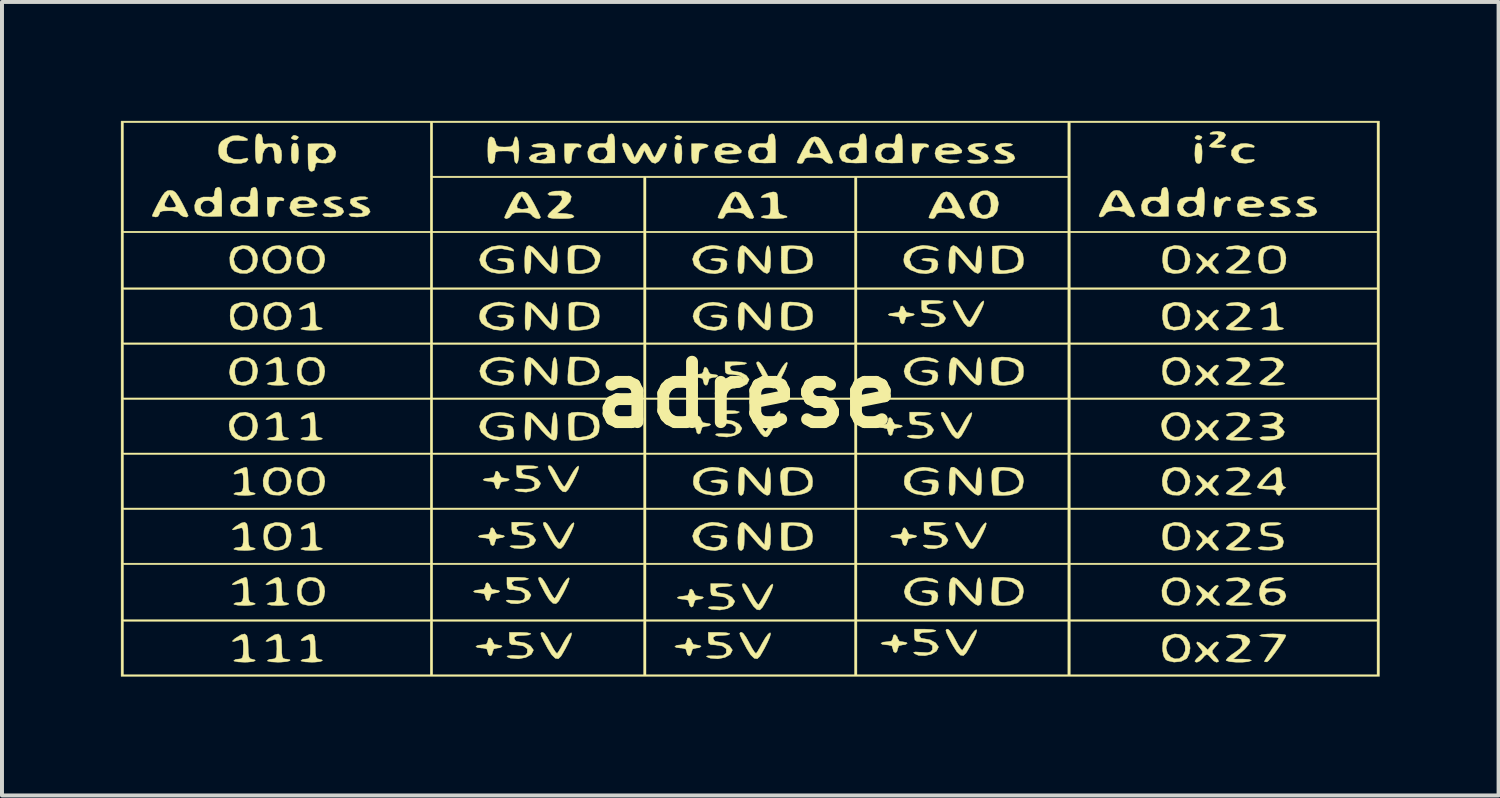
<source format=kicad_pcb>
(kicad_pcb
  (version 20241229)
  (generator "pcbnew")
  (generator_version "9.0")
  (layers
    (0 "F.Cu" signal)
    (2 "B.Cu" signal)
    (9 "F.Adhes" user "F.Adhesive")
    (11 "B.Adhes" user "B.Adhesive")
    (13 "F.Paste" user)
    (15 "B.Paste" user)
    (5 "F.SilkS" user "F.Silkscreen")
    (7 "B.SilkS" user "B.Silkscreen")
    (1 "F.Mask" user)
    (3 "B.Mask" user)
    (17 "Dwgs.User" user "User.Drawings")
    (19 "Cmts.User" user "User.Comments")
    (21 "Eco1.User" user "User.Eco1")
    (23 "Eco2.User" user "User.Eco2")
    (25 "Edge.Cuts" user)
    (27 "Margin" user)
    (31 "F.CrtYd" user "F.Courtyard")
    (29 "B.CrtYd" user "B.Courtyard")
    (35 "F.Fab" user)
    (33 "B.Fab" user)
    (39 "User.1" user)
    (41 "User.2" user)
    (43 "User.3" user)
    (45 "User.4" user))
  (footprint "adrese"
    (layer "F.Cu")
    (at 15.789 6.911)
    (property "Reference" "adrese" (at 0 0 0) (layer "F.SilkS") (effects (font (size 1.524 1.524) (thickness 0.3))))
    (attr through_hole)
    (fp_poly (pts (xy -11.32 -6.517) (xy -11.309 -6.489) (xy -11.357 -6.436) (xy -11.4 -6.429) (xy -11.48 -6.461) (xy -11.49 -6.489) (xy -11.442 -6.542) (xy -11.4 -6.548) (xy -11.32 -6.517)) (stroke (width 0.01) (type solid)) (fill yes) (layer "F.SilkS"))
    (fp_poly (pts (xy -1.643 -6.517) (xy -1.633 -6.489) (xy -1.681 -6.436) (xy -1.724 -6.429) (xy -1.804 -6.461) (xy -1.814 -6.489) (xy -1.766 -6.542) (xy -1.724 -6.548) (xy -1.643 -6.517)) (stroke (width 0.01) (type solid)) (fill yes) (layer "F.SilkS"))
    (fp_poly (pts (xy 11.48 -6.517) (xy 11.49 -6.489) (xy 11.442 -6.436) (xy 11.4 -6.429) (xy 11.32 -6.461) (xy 11.309 -6.489) (xy 11.357 -6.542) (xy 11.4 -6.548) (xy 11.48 -6.517)) (stroke (width 0.01) (type solid)) (fill yes) (layer "F.SilkS"))
    (fp_poly (pts (xy -11.349 -6.333) (xy -11.321 -6.271) (xy -11.31 -6.151) (xy -11.309 -6.092) (xy -11.315 -5.947) (xy -11.337 -5.867) (xy -11.379 -5.836) (xy -11.4 -5.834) (xy -11.451 -5.851) (xy -11.479 -5.913) (xy -11.49 -6.033) (xy -11.49 -6.092) (xy -11.484 -6.237) (xy -11.463 -6.317) (xy -11.42 -6.348) (xy -11.4 -6.35) (xy -11.349 -6.333)) (stroke (width 0.01) (type solid)) (fill yes) (layer "F.SilkS"))
    (fp_poly (pts (xy -1.673 -6.333) (xy -1.644 -6.271) (xy -1.634 -6.151) (xy -1.633 -6.092) (xy -1.639 -5.947) (xy -1.661 -5.867) (xy -1.703 -5.836) (xy -1.724 -5.834) (xy -1.774 -5.851) (xy -1.803 -5.913) (xy -1.814 -6.033) (xy -1.814 -6.092) (xy -1.808 -6.237) (xy -1.787 -6.317) (xy -1.744 -6.348) (xy -1.724 -6.35) (xy -1.673 -6.333)) (stroke (width 0.01) (type solid)) (fill yes) (layer "F.SilkS"))
    (fp_poly (pts (xy -1.031 -6.325) (xy -0.966 -6.289) (xy -0.995 -6.246) (xy -1.089 -6.219) (xy -1.165 -6.191) (xy -1.201 -6.127) (xy -1.21 -6.016) (xy -1.221 -5.897) (xy -1.26 -5.842) (xy -1.3 -5.834) (xy -1.352 -5.852) (xy -1.38 -5.914) (xy -1.391 -6.037) (xy -1.391 -6.084) (xy -1.391 -6.334) (xy -1.179 -6.338) (xy -1.031 -6.325)) (stroke (width 0.01) (type solid)) (fill yes) (layer "F.SilkS"))
    (fp_poly (pts (xy 11.451 -6.333) (xy 11.479 -6.271) (xy 11.49 -6.151) (xy 11.49 -6.092) (xy 11.484 -5.947) (xy 11.463 -5.867) (xy 11.42 -5.836) (xy 11.4 -5.834) (xy 11.349 -5.851) (xy 11.321 -5.913) (xy 11.31 -6.033) (xy 11.309 -6.092) (xy 11.315 -6.237) (xy 11.337 -6.317) (xy 11.379 -6.348) (xy 11.4 -6.35) (xy 11.451 -6.333)) (stroke (width 0.01) (type solid)) (fill yes) (layer "F.SilkS"))
    (fp_poly (pts (xy -11.731 -4.981) (xy -11.674 -4.944) (xy -11.672 -4.931) (xy -11.691 -4.89) (xy -11.712 -4.894) (xy -11.785 -4.904) (xy -11.853 -4.852) (xy -11.9 -4.756) (xy -11.914 -4.658) (xy -11.926 -4.542) (xy -11.969 -4.491) (xy -12.005 -4.485) (xy -12.056 -4.502) (xy -12.084 -4.565) (xy -12.095 -4.688) (xy -12.095 -4.735) (xy -12.095 -4.985) (xy -11.884 -4.989) (xy -11.731 -4.981)) (stroke (width 0.01) (type solid)) (fill yes) (layer "F.SilkS"))
    (fp_poly (pts (xy -4.232 -6.33) (xy -4.175 -6.294) (xy -4.173 -6.28) (xy -4.192 -6.239) (xy -4.213 -6.244) (xy -4.286 -6.254) (xy -4.353 -6.202) (xy -4.401 -6.105) (xy -4.415 -6.008) (xy -4.427 -5.892) (xy -4.47 -5.84) (xy -4.505 -5.834) (xy -4.557 -5.852) (xy -4.585 -5.914) (xy -4.596 -6.037) (xy -4.596 -6.084) (xy -4.596 -6.334) (xy -4.385 -6.338) (xy -4.232 -6.33)) (stroke (width 0.01) (type solid)) (fill yes) (layer "F.SilkS"))
    (fp_poly (pts (xy 4.537 -6.33) (xy 4.594 -6.294) (xy 4.596 -6.28) (xy 4.577 -6.239) (xy 4.556 -6.244) (xy 4.483 -6.254) (xy 4.416 -6.202) (xy 4.368 -6.105) (xy 4.354 -6.008) (xy 4.342 -5.892) (xy 4.299 -5.84) (xy 4.264 -5.834) (xy 4.212 -5.852) (xy 4.184 -5.914) (xy 4.173 -6.037) (xy 4.173 -6.084) (xy 4.173 -6.334) (xy 4.385 -6.338) (xy 4.537 -6.33)) (stroke (width 0.01) (type solid)) (fill yes) (layer "F.SilkS"))
    (fp_poly (pts (xy 11.91 -4.969) (xy 11.914 -4.953) (xy 11.932 -4.925) (xy 11.986 -4.953) (xy 12.099 -4.997) (xy 12.188 -4.985) (xy 12.216 -4.934) (xy 12.198 -4.891) (xy 12.176 -4.894) (xy 12.103 -4.904) (xy 12.036 -4.852) (xy 11.988 -4.756) (xy 11.974 -4.658) (xy 11.962 -4.542) (xy 11.919 -4.491) (xy 11.884 -4.485) (xy 11.833 -4.502) (xy 11.804 -4.563) (xy 11.794 -4.684) (xy 11.793 -4.743) (xy 11.801 -4.877) (xy 11.824 -4.97) (xy 11.853 -5.001) (xy 11.91 -4.969)) (stroke (width 0.01) (type solid)) (fill yes) (layer "F.SilkS"))
    (fp_poly (pts (xy 12.734 -6.318) (xy 12.808 -6.277) (xy 12.808 -6.276) (xy 12.799 -6.241) (xy 12.704 -6.25) (xy 12.545 -6.249) (xy 12.433 -6.185) (xy 12.398 -6.092) (xy 12.445 -5.987) (xy 12.565 -5.931) (xy 12.704 -5.934) (xy 12.8 -5.943) (xy 12.808 -5.908) (xy 12.735 -5.866) (xy 12.596 -5.842) (xy 12.595 -5.842) (xy 12.428 -5.853) (xy 12.313 -5.92) (xy 12.23 -6.048) (xy 12.236 -6.173) (xy 12.319 -6.275) (xy 12.466 -6.335) (xy 12.595 -6.342) (xy 12.734 -6.318)) (stroke (width 0.01) (type solid)) (fill yes) (layer "F.SilkS"))
    (fp_poly (pts (xy 12.034 -6.623) (xy 12.087 -6.558) (xy 12.04 -6.466) (xy 11.969 -6.406) (xy 11.832 -6.31) (xy 11.964 -6.31) (xy 12.068 -6.295) (xy 12.095 -6.271) (xy 12.042 -6.244) (xy 11.911 -6.231) (xy 11.884 -6.231) (xy 11.744 -6.241) (xy 11.674 -6.265) (xy 11.672 -6.271) (xy 11.711 -6.325) (xy 11.793 -6.39) (xy 11.89 -6.476) (xy 11.912 -6.545) (xy 11.859 -6.579) (xy 11.789 -6.576) (xy 11.697 -6.575) (xy 11.689 -6.601) (xy 11.759 -6.635) (xy 11.888 -6.648) (xy 12.034 -6.623)) (stroke (width 0.01) (type solid)) (fill yes) (layer "F.SilkS"))
    (fp_poly (pts (xy -6.481 4.799) (xy -6.471 4.844) (xy -6.426 4.909) (xy -6.35 4.921) (xy -6.252 4.938) (xy -6.229 4.961) (xy -6.28 4.993) (xy -6.35 5.001) (xy -6.445 5.024) (xy -6.471 5.1) (xy -6.492 5.174) (xy -6.531 5.199) (xy -6.577 5.165) (xy -6.592 5.1) (xy -6.617 5.024) (xy -6.715 5.001) (xy -6.743 5.001) (xy -6.857 4.987) (xy -6.894 4.961) (xy -6.843 4.931) (xy -6.743 4.921) (xy -6.629 4.905) (xy -6.593 4.842) (xy -6.592 4.82) (xy -6.573 4.752) (xy -6.531 4.743) (xy -6.481 4.799)) (stroke (width 0.01) (type solid)) (fill yes) (layer "F.SilkS"))
    (fp_poly (pts (xy -6.42 6.188) (xy -6.41 6.233) (xy -6.366 6.298) (xy -6.29 6.31) (xy -6.191 6.327) (xy -6.169 6.35) (xy -6.219 6.382) (xy -6.29 6.39) (xy -6.384 6.413) (xy -6.41 6.489) (xy -6.431 6.563) (xy -6.471 6.588) (xy -6.516 6.554) (xy -6.531 6.489) (xy -6.556 6.413) (xy -6.655 6.39) (xy -6.683 6.39) (xy -6.796 6.376) (xy -6.834 6.35) (xy -6.782 6.32) (xy -6.683 6.31) (xy -6.568 6.294) (xy -6.532 6.231) (xy -6.531 6.209) (xy -6.512 6.141) (xy -6.471 6.132) (xy -6.42 6.188)) (stroke (width 0.01) (type solid)) (fill yes) (layer "F.SilkS"))
    (fp_poly (pts (xy -6.36 3.41) (xy -6.35 3.455) (xy -6.306 3.52) (xy -6.229 3.532) (xy -6.131 3.549) (xy -6.108 3.572) (xy -6.159 3.604) (xy -6.229 3.612) (xy -6.324 3.635) (xy -6.35 3.711) (xy -6.371 3.785) (xy -6.41 3.81) (xy -6.456 3.776) (xy -6.471 3.711) (xy -6.496 3.635) (xy -6.594 3.612) (xy -6.622 3.612) (xy -6.736 3.598) (xy -6.773 3.572) (xy -6.722 3.542) (xy -6.622 3.532) (xy -6.508 3.516) (xy -6.472 3.453) (xy -6.471 3.431) (xy -6.452 3.363) (xy -6.41 3.354) (xy -6.36 3.41)) (stroke (width 0.01) (type solid)) (fill yes) (layer "F.SilkS"))
    (fp_poly (pts (xy -6.239 1.981) (xy -6.229 2.026) (xy -6.185 2.091) (xy -6.108 2.103) (xy -6.01 2.12) (xy -5.987 2.143) (xy -6.038 2.175) (xy -6.108 2.183) (xy -6.203 2.206) (xy -6.229 2.282) (xy -6.25 2.357) (xy -6.29 2.381) (xy -6.335 2.347) (xy -6.35 2.282) (xy -6.375 2.207) (xy -6.473 2.183) (xy -6.501 2.183) (xy -6.615 2.169) (xy -6.652 2.143) (xy -6.601 2.113) (xy -6.501 2.103) (xy -6.387 2.088) (xy -6.351 2.024) (xy -6.35 2.002) (xy -6.331 1.934) (xy -6.29 1.925) (xy -6.239 1.981)) (stroke (width 0.01) (type solid)) (fill yes) (layer "F.SilkS"))
    (fp_poly (pts (xy -1.401 6.188) (xy -1.391 6.233) (xy -1.346 6.298) (xy -1.27 6.31) (xy -1.172 6.327) (xy -1.149 6.35) (xy -1.2 6.382) (xy -1.27 6.39) (xy -1.365 6.413) (xy -1.391 6.489) (xy -1.412 6.563) (xy -1.451 6.588) (xy -1.497 6.554) (xy -1.512 6.489) (xy -1.537 6.413) (xy -1.635 6.39) (xy -1.663 6.39) (xy -1.777 6.376) (xy -1.814 6.35) (xy -1.763 6.32) (xy -1.663 6.31) (xy -1.549 6.294) (xy -1.513 6.231) (xy -1.512 6.209) (xy -1.493 6.141) (xy -1.451 6.132) (xy -1.401 6.188)) (stroke (width 0.01) (type solid)) (fill yes) (layer "F.SilkS"))
    (fp_poly (pts (xy -1.34 4.957) (xy -1.33 5.003) (xy -1.286 5.068) (xy -1.21 5.08) (xy -1.111 5.097) (xy -1.089 5.12) (xy -1.139 5.152) (xy -1.21 5.159) (xy -1.304 5.183) (xy -1.33 5.259) (xy -1.351 5.333) (xy -1.391 5.358) (xy -1.436 5.324) (xy -1.451 5.259) (xy -1.476 5.183) (xy -1.575 5.16) (xy -1.603 5.159) (xy -1.716 5.146) (xy -1.754 5.12) (xy -1.702 5.09) (xy -1.603 5.08) (xy -1.488 5.064) (xy -1.452 5.001) (xy -1.451 4.978) (xy -1.432 4.911) (xy -1.391 4.901) (xy -1.34 4.957)) (stroke (width 0.01) (type solid)) (fill yes) (layer "F.SilkS"))
    (fp_poly (pts (xy -1.159 0.592) (xy -1.149 0.637) (xy -1.105 0.702) (xy -1.028 0.714) (xy -0.93 0.731) (xy -0.907 0.754) (xy -0.958 0.786) (xy -1.028 0.794) (xy -1.123 0.817) (xy -1.149 0.893) (xy -1.17 0.968) (xy -1.21 0.992) (xy -1.255 0.958) (xy -1.27 0.893) (xy -1.295 0.817) (xy -1.393 0.794) (xy -1.421 0.794) (xy -1.535 0.78) (xy -1.572 0.754) (xy -1.521 0.724) (xy -1.421 0.714) (xy -1.307 0.698) (xy -1.271 0.635) (xy -1.27 0.613) (xy -1.251 0.545) (xy -1.21 0.536) (xy -1.159 0.592)) (stroke (width 0.01) (type solid)) (fill yes) (layer "F.SilkS"))
    (fp_poly (pts (xy -0.977 -0.639) (xy -0.968 -0.593) (xy -0.923 -0.528) (xy -0.847 -0.516) (xy -0.748 -0.499) (xy -0.726 -0.476) (xy -0.776 -0.444) (xy -0.847 -0.437) (xy -0.942 -0.413) (xy -0.968 -0.337) (xy -0.988 -0.263) (xy -1.028 -0.238) (xy -1.074 -0.272) (xy -1.089 -0.337) (xy -1.114 -0.413) (xy -1.212 -0.436) (xy -1.24 -0.437) (xy -1.353 -0.45) (xy -1.391 -0.476) (xy -1.339 -0.506) (xy -1.24 -0.516) (xy -1.126 -0.532) (xy -1.089 -0.595) (xy -1.089 -0.617) (xy -1.069 -0.685) (xy -1.028 -0.695) (xy -0.977 -0.639)) (stroke (width 0.01) (type solid)) (fill yes) (layer "F.SilkS"))
    (fp_poly (pts (xy 3.679 0.631) (xy 3.689 0.677) (xy 3.734 0.742) (xy 3.81 0.754) (xy 3.908 0.771) (xy 3.931 0.794) (xy 3.88 0.826) (xy 3.81 0.833) (xy 3.715 0.857) (xy 3.689 0.933) (xy 3.668 1.007) (xy 3.629 1.032) (xy 3.583 0.998) (xy 3.568 0.933) (xy 3.543 0.857) (xy 3.445 0.834) (xy 3.417 0.833) (xy 3.303 0.82) (xy 3.266 0.794) (xy 3.317 0.764) (xy 3.417 0.754) (xy 3.531 0.738) (xy 3.567 0.675) (xy 3.568 0.653) (xy 3.587 0.585) (xy 3.629 0.575) (xy 3.679 0.631)) (stroke (width 0.01) (type solid)) (fill yes) (layer "F.SilkS"))
    (fp_poly (pts (xy 3.8 6.108) (xy 3.81 6.154) (xy 3.854 6.219) (xy 3.931 6.231) (xy 4.029 6.248) (xy 4.052 6.271) (xy 4.001 6.303) (xy 3.931 6.31) (xy 3.836 6.334) (xy 3.81 6.41) (xy 3.789 6.484) (xy 3.75 6.509) (xy 3.704 6.475) (xy 3.689 6.41) (xy 3.664 6.334) (xy 3.566 6.311) (xy 3.538 6.31) (xy 3.424 6.297) (xy 3.387 6.271) (xy 3.438 6.241) (xy 3.538 6.231) (xy 3.652 6.215) (xy 3.688 6.152) (xy 3.689 6.129) (xy 3.708 6.062) (xy 3.75 6.052) (xy 3.8 6.108)) (stroke (width 0.01) (type solid)) (fill yes) (layer "F.SilkS"))
    (fp_poly (pts (xy 3.982 -2.186) (xy 3.991 -2.141) (xy 4.036 -2.076) (xy 4.112 -2.064) (xy 4.211 -2.047) (xy 4.233 -2.024) (xy 4.183 -1.992) (xy 4.112 -1.984) (xy 4.018 -1.961) (xy 3.991 -1.885) (xy 3.971 -1.811) (xy 3.931 -1.786) (xy 3.885 -1.82) (xy 3.87 -1.885) (xy 3.845 -1.961) (xy 3.747 -1.984) (xy 3.719 -1.984) (xy 3.606 -1.998) (xy 3.568 -2.024) (xy 3.62 -2.054) (xy 3.719 -2.064) (xy 3.833 -2.08) (xy 3.87 -2.143) (xy 3.87 -2.165) (xy 3.89 -2.233) (xy 3.931 -2.242) (xy 3.982 -2.186)) (stroke (width 0.01) (type solid)) (fill yes) (layer "F.SilkS"))
    (fp_poly (pts (xy 4.042 3.41) (xy 4.052 3.455) (xy 4.096 3.52) (xy 4.173 3.532) (xy 4.271 3.549) (xy 4.294 3.572) (xy 4.243 3.604) (xy 4.173 3.612) (xy 4.078 3.635) (xy 4.052 3.711) (xy 4.031 3.785) (xy 3.991 3.81) (xy 3.946 3.776) (xy 3.931 3.711) (xy 3.906 3.635) (xy 3.808 3.612) (xy 3.78 3.612) (xy 3.666 3.598) (xy 3.629 3.572) (xy 3.68 3.542) (xy 3.78 3.532) (xy 3.894 3.516) (xy 3.93 3.453) (xy 3.931 3.431) (xy 3.95 3.363) (xy 3.991 3.354) (xy 4.042 3.41)) (stroke (width 0.01) (type solid)) (fill yes) (layer "F.SilkS"))
    (fp_poly (pts (xy 5.977 -6.345) (xy 6.045 -6.319) (xy 6.048 -6.31) (xy 5.996 -6.28) (xy 5.896 -6.271) (xy 5.773 -6.256) (xy 5.759 -6.216) (xy 5.852 -6.16) (xy 5.927 -6.132) (xy 6.068 -6.055) (xy 6.104 -5.965) (xy 6.036 -5.882) (xy 5.925 -5.847) (xy 5.771 -5.834) (xy 5.639 -5.847) (xy 5.604 -5.861) (xy 5.565 -5.909) (xy 5.636 -5.927) (xy 5.745 -5.922) (xy 5.884 -5.927) (xy 5.929 -5.967) (xy 5.876 -6.024) (xy 5.774 -6.065) (xy 5.623 -6.136) (xy 5.578 -6.221) (xy 5.625 -6.291) (xy 5.719 -6.329) (xy 5.852 -6.348) (xy 5.977 -6.345)) (stroke (width 0.01) (type solid)) (fill yes) (layer "F.SilkS"))
    (fp_poly (pts (xy 13.457 6.038) (xy 13.578 6.052) (xy 13.607 6.066) (xy 13.583 6.127) (xy 13.519 6.233) (xy 13.432 6.365) (xy 13.334 6.502) (xy 13.24 6.624) (xy 13.165 6.71) (xy 13.127 6.739) (xy 13.066 6.735) (xy 13.063 6.727) (xy 13.086 6.68) (xy 13.146 6.581) (xy 13.231 6.45) (xy 13.244 6.429) (xy 13.332 6.296) (xy 13.396 6.192) (xy 13.425 6.138) (xy 13.426 6.135) (xy 13.372 6.121) (xy 13.238 6.112) (xy 13.184 6.112) (xy 13.032 6.103) (xy 12.948 6.081) (xy 12.942 6.072) (xy 12.997 6.05) (xy 13.138 6.036) (xy 13.275 6.032) (xy 13.457 6.038)) (stroke (width 0.01) (type solid)) (fill yes) (layer "F.SilkS"))
    (fp_poly (pts (xy 13.615 -4.989) (xy 13.668 -4.961) (xy 13.668 -4.961) (xy 13.616 -4.931) (xy 13.516 -4.921) (xy 13.393 -4.906) (xy 13.379 -4.867) (xy 13.472 -4.811) (xy 13.547 -4.782) (xy 13.688 -4.705) (xy 13.724 -4.615) (xy 13.656 -4.532) (xy 13.545 -4.498) (xy 13.391 -4.485) (xy 13.259 -4.497) (xy 13.224 -4.511) (xy 13.185 -4.559) (xy 13.256 -4.578) (xy 13.365 -4.573) (xy 13.499 -4.571) (xy 13.546 -4.606) (xy 13.547 -4.616) (xy 13.496 -4.677) (xy 13.431 -4.702) (xy 13.276 -4.762) (xy 13.214 -4.844) (xy 13.24 -4.925) (xy 13.35 -4.984) (xy 13.488 -5.001) (xy 13.615 -4.989)) (stroke (width 0.01) (type solid)) (fill yes) (layer "F.SilkS"))
    (fp_poly (pts (xy -12.696 -6.507) (xy -12.592 -6.454) (xy -12.6 -6.418) (xy -12.711 -6.41) (xy -12.76 -6.415) (xy -12.934 -6.417) (xy -13.032 -6.39) (xy -13.091 -6.318) (xy -13.12 -6.206) (xy -13.116 -6.09) (xy -13.077 -6.01) (xy -12.948 -5.947) (xy -12.779 -5.937) (xy -12.696 -5.955) (xy -12.604 -5.975) (xy -12.579 -5.941) (xy -12.579 -5.939) (xy -12.63 -5.875) (xy -12.757 -5.84) (xy -12.924 -5.838) (xy -13.096 -5.87) (xy -13.187 -5.907) (xy -13.278 -5.975) (xy -13.318 -6.071) (xy -13.325 -6.172) (xy -13.312 -6.302) (xy -13.259 -6.387) (xy -13.16 -6.455) (xy -12.988 -6.531) (xy -12.832 -6.542) (xy -12.696 -6.507)) (stroke (width 0.01) (type solid)) (fill yes) (layer "F.SilkS"))
    (fp_poly (pts (xy -10.273 -4.989) (xy -10.22 -4.961) (xy -10.22 -4.961) (xy -10.272 -4.931) (xy -10.372 -4.921) (xy -10.495 -4.906) (xy -10.509 -4.867) (xy -10.417 -4.811) (xy -10.341 -4.782) (xy -10.2 -4.705) (xy -10.164 -4.615) (xy -10.233 -4.532) (xy -10.343 -4.498) (xy -10.497 -4.485) (xy -10.629 -4.497) (xy -10.664 -4.511) (xy -10.703 -4.559) (xy -10.633 -4.578) (xy -10.523 -4.573) (xy -10.39 -4.571) (xy -10.343 -4.605) (xy -10.341 -4.619) (xy -10.372 -4.675) (xy -10.402 -4.683) (xy -10.485 -4.709) (xy -10.585 -4.763) (xy -10.665 -4.855) (xy -10.638 -4.936) (xy -10.519 -4.989) (xy -10.4 -5.001) (xy -10.273 -4.989)) (stroke (width 0.01) (type solid)) (fill yes) (layer "F.SilkS"))
    (fp_poly (pts (xy -9.625 -4.996) (xy -9.558 -4.97) (xy -9.555 -4.961) (xy -9.607 -4.931) (xy -9.706 -4.921) (xy -9.83 -4.906) (xy -9.844 -4.867) (xy -9.751 -4.811) (xy -9.676 -4.782) (xy -9.534 -4.705) (xy -9.499 -4.615) (xy -9.567 -4.532) (xy -9.678 -4.498) (xy -9.831 -4.485) (xy -9.964 -4.497) (xy -9.999 -4.511) (xy -10.038 -4.559) (xy -9.967 -4.578) (xy -9.858 -4.573) (xy -9.724 -4.571) (xy -9.677 -4.606) (xy -9.676 -4.616) (xy -9.727 -4.677) (xy -9.797 -4.703) (xy -9.932 -4.759) (xy -10.004 -4.843) (xy -9.992 -4.927) (xy -9.975 -4.944) (xy -9.882 -4.981) (xy -9.749 -4.999) (xy -9.625 -4.996)) (stroke (width 0.01) (type solid)) (fill yes) (layer "F.SilkS"))
    (fp_poly (pts (xy -5.397 -0.91) (xy -5.273 -0.793) (xy -5.165 -0.667) (xy -4.929 -0.377) (xy -4.911 -0.665) (xy -4.892 -0.833) (xy -4.865 -0.926) (xy -4.834 -0.945) (xy -4.806 -0.894) (xy -4.785 -0.775) (xy -4.778 -0.595) (xy -4.786 -0.4) (xy -4.814 -0.283) (xy -4.867 -0.242) (xy -4.951 -0.277) (xy -5.072 -0.388) (xy -5.195 -0.526) (xy -5.44 -0.814) (xy -5.441 -0.526) (xy -5.453 -0.365) (xy -5.482 -0.265) (xy -5.527 -0.231) (xy -5.581 -0.268) (xy -5.591 -0.319) (xy -5.598 -0.429) (xy -5.6 -0.575) (xy -5.599 -0.615) (xy -5.586 -0.804) (xy -5.55 -0.915) (xy -5.488 -0.951) (xy -5.397 -0.91)) (stroke (width 0.01) (type solid)) (fill yes) (layer "F.SilkS"))
    (fp_poly (pts (xy -5.039 3.25) (xy -4.973 3.342) (xy -4.9 3.472) (xy -4.891 3.492) (xy -4.821 3.622) (xy -4.762 3.713) (xy -4.724 3.748) (xy -4.721 3.747) (xy -4.685 3.7) (xy -4.626 3.601) (xy -4.562 3.482) (xy -4.488 3.355) (xy -4.416 3.261) (xy -4.368 3.224) (xy -4.354 3.251) (xy -4.378 3.336) (xy -4.433 3.464) (xy -4.511 3.62) (xy -4.606 3.786) (xy -4.627 3.82) (xy -4.689 3.881) (xy -4.761 3.872) (xy -4.847 3.789) (xy -4.948 3.632) (xy -4.976 3.582) (xy -5.065 3.414) (xy -5.117 3.306) (xy -5.134 3.246) (xy -5.122 3.22) (xy -5.083 3.215) (xy -5.039 3.25)) (stroke (width 0.01) (type solid)) (fill yes) (layer "F.SilkS"))
    (fp_poly (pts (xy -4.486 -5.094) (xy -4.425 -5.003) (xy -4.452 -4.882) (xy -4.574 -4.744) (xy -4.601 -4.723) (xy -4.783 -4.584) (xy -4.568 -4.572) (xy -4.409 -4.547) (xy -4.354 -4.502) (xy -4.388 -4.467) (xy -4.503 -4.449) (xy -4.687 -4.445) (xy -4.884 -4.45) (xy -4.986 -4.467) (xy -5.019 -4.502) (xy -5.02 -4.509) (xy -4.982 -4.577) (xy -4.887 -4.67) (xy -4.838 -4.709) (xy -4.724 -4.817) (xy -4.661 -4.921) (xy -4.657 -4.947) (xy -4.671 -5.017) (xy -4.739 -5.038) (xy -4.838 -5.032) (xy -4.978 -5.035) (xy -5.02 -5.067) (xy -4.965 -5.109) (xy -4.842 -5.139) (xy -4.627 -5.144) (xy -4.486 -5.094)) (stroke (width 0.01) (type solid)) (fill yes) (layer "F.SilkS"))
    (fp_poly (pts (xy -0.025 -3.736) (xy 0.093 -3.628) (xy 0.218 -3.484) (xy 0.454 -3.195) (xy 0.471 -3.483) (xy 0.49 -3.651) (xy 0.517 -3.744) (xy 0.548 -3.763) (xy 0.576 -3.712) (xy 0.597 -3.593) (xy 0.605 -3.413) (xy 0.596 -3.217) (xy 0.568 -3.1) (xy 0.514 -3.059) (xy 0.429 -3.094) (xy 0.308 -3.204) (xy 0.184 -3.344) (xy -0.059 -3.631) (xy -0.06 -3.344) (xy -0.066 -3.187) (xy -0.086 -3.096) (xy -0.124 -3.059) (xy -0.145 -3.056) (xy -0.187 -3.072) (xy -0.211 -3.131) (xy -0.221 -3.244) (xy -0.22 -3.403) (xy -0.205 -3.602) (xy -0.17 -3.724) (xy -0.112 -3.768) (xy -0.025 -3.736)) (stroke (width 0.01) (type solid)) (fill yes) (layer "F.SilkS"))
    (fp_poly (pts (xy -0.025 3.249) (xy 0.093 3.357) (xy 0.218 3.501) (xy 0.454 3.79) (xy 0.471 3.502) (xy 0.49 3.334) (xy 0.517 3.241) (xy 0.548 3.222) (xy 0.576 3.273) (xy 0.597 3.392) (xy 0.605 3.572) (xy 0.596 3.768) (xy 0.568 3.885) (xy 0.514 3.926) (xy 0.429 3.891) (xy 0.308 3.781) (xy 0.184 3.641) (xy -0.059 3.354) (xy -0.06 3.641) (xy -0.066 3.798) (xy -0.086 3.889) (xy -0.124 3.926) (xy -0.145 3.929) (xy -0.187 3.913) (xy -0.211 3.854) (xy -0.221 3.741) (xy -0.22 3.582) (xy -0.205 3.383) (xy -0.17 3.261) (xy -0.112 3.217) (xy -0.025 3.249)) (stroke (width 0.01) (type solid)) (fill yes) (layer "F.SilkS"))
    (fp_poly (pts (xy -0.019 4.797) (xy 0.046 4.89) (xy 0.119 5.02) (xy 0.129 5.039) (xy 0.198 5.17) (xy 0.258 5.261) (xy 0.295 5.295) (xy 0.299 5.295) (xy 0.334 5.248) (xy 0.394 5.149) (xy 0.457 5.03) (xy 0.532 4.902) (xy 0.603 4.809) (xy 0.652 4.772) (xy 0.665 4.799) (xy 0.641 4.884) (xy 0.587 5.012) (xy 0.509 5.167) (xy 0.414 5.334) (xy 0.393 5.368) (xy 0.33 5.429) (xy 0.258 5.419) (xy 0.173 5.337) (xy 0.071 5.18) (xy 0.044 5.13) (xy -0.046 4.961) (xy -0.097 4.854) (xy -0.115 4.794) (xy -0.102 4.768) (xy -0.064 4.763) (xy -0.019 4.797)) (stroke (width 0.01) (type solid)) (fill yes) (layer "F.SilkS"))
    (fp_poly (pts (xy 0.162 0.432) (xy 0.228 0.524) (xy 0.301 0.655) (xy 0.31 0.674) (xy 0.38 0.804) (xy 0.439 0.895) (xy 0.477 0.93) (xy 0.48 0.929) (xy 0.516 0.883) (xy 0.575 0.783) (xy 0.639 0.664) (xy 0.713 0.537) (xy 0.785 0.443) (xy 0.833 0.406) (xy 0.846 0.433) (xy 0.822 0.519) (xy 0.768 0.647) (xy 0.69 0.802) (xy 0.595 0.968) (xy 0.574 1.002) (xy 0.512 1.063) (xy 0.439 1.054) (xy 0.354 0.972) (xy 0.253 0.814) (xy 0.225 0.764) (xy 0.136 0.596) (xy 0.084 0.488) (xy 0.067 0.429) (xy 0.079 0.403) (xy 0.117 0.397) (xy 0.162 0.432)) (stroke (width 0.01) (type solid)) (fill yes) (layer "F.SilkS"))
    (fp_poly (pts (xy 0.344 -0.798) (xy 0.409 -0.706) (xy 0.482 -0.576) (xy 0.492 -0.557) (xy 0.561 -0.426) (xy 0.621 -0.335) (xy 0.658 -0.3) (xy 0.662 -0.301) (xy 0.697 -0.348) (xy 0.756 -0.447) (xy 0.82 -0.566) (xy 0.895 -0.693) (xy 0.966 -0.787) (xy 1.015 -0.824) (xy 1.028 -0.797) (xy 1.004 -0.712) (xy 0.949 -0.584) (xy 0.871 -0.429) (xy 0.777 -0.262) (xy 0.756 -0.228) (xy 0.693 -0.167) (xy 0.621 -0.177) (xy 0.536 -0.259) (xy 0.434 -0.416) (xy 0.407 -0.466) (xy 0.317 -0.635) (xy 0.266 -0.742) (xy 0.248 -0.802) (xy 0.261 -0.828) (xy 0.299 -0.833) (xy 0.344 -0.798)) (stroke (width 0.01) (type solid)) (fill yes) (layer "F.SilkS"))
    (fp_poly (pts (xy 5.297 -3.736) (xy 5.415 -3.628) (xy 5.54 -3.484) (xy 5.775 -3.195) (xy 5.793 -3.483) (xy 5.812 -3.651) (xy 5.839 -3.744) (xy 5.87 -3.763) (xy 5.898 -3.712) (xy 5.919 -3.593) (xy 5.927 -3.413) (xy 5.918 -3.217) (xy 5.89 -3.1) (xy 5.835 -3.059) (xy 5.751 -3.094) (xy 5.63 -3.204) (xy 5.506 -3.344) (xy 5.263 -3.631) (xy 5.262 -3.344) (xy 5.256 -3.187) (xy 5.236 -3.096) (xy 5.198 -3.059) (xy 5.177 -3.056) (xy 5.135 -3.072) (xy 5.111 -3.131) (xy 5.101 -3.244) (xy 5.102 -3.403) (xy 5.117 -3.602) (xy 5.152 -3.724) (xy 5.21 -3.768) (xy 5.297 -3.736)) (stroke (width 0.01) (type solid)) (fill yes) (layer "F.SilkS"))
    (fp_poly (pts (xy 6.66 -6.338) (xy 6.713 -6.31) (xy 6.713 -6.31) (xy 6.661 -6.28) (xy 6.562 -6.271) (xy 6.438 -6.256) (xy 6.424 -6.216) (xy 6.517 -6.16) (xy 6.592 -6.132) (xy 6.734 -6.055) (xy 6.769 -5.965) (xy 6.701 -5.882) (xy 6.59 -5.847) (xy 6.437 -5.834) (xy 6.304 -5.847) (xy 6.269 -5.861) (xy 6.231 -5.909) (xy 6.301 -5.927) (xy 6.41 -5.922) (xy 6.543 -5.92) (xy 6.59 -5.954) (xy 6.592 -5.968) (xy 6.561 -6.024) (xy 6.531 -6.032) (xy 6.448 -6.058) (xy 6.349 -6.113) (xy 6.269 -6.204) (xy 6.295 -6.285) (xy 6.414 -6.339) (xy 6.534 -6.35) (xy 6.66 -6.338)) (stroke (width 0.01) (type solid)) (fill yes) (layer "F.SilkS"))
    (fp_poly (pts (xy 14.28 -4.989) (xy 14.333 -4.961) (xy 14.333 -4.961) (xy 14.281 -4.931) (xy 14.182 -4.921) (xy 14.058 -4.906) (xy 14.044 -4.867) (xy 14.137 -4.811) (xy 14.212 -4.782) (xy 14.354 -4.705) (xy 14.389 -4.615) (xy 14.321 -4.532) (xy 14.21 -4.498) (xy 14.057 -4.485) (xy 13.924 -4.497) (xy 13.889 -4.511) (xy 13.851 -4.559) (xy 13.921 -4.578) (xy 14.03 -4.573) (xy 14.163 -4.571) (xy 14.21 -4.605) (xy 14.212 -4.619) (xy 14.181 -4.675) (xy 14.151 -4.683) (xy 14.068 -4.709) (xy 13.969 -4.763) (xy 13.889 -4.855) (xy 13.915 -4.936) (xy 14.034 -4.989) (xy 14.154 -5.001) (xy 14.28 -4.989)) (stroke (width 0.01) (type solid)) (fill yes) (layer "F.SilkS"))
    (fp_poly (pts (xy -5.16 4.639) (xy -5.094 4.731) (xy -5.021 4.861) (xy -5.012 4.881) (xy -4.942 5.011) (xy -4.883 5.102) (xy -4.845 5.137) (xy -4.842 5.136) (xy -4.806 5.09) (xy -4.747 4.99) (xy -4.683 4.871) (xy -4.608 4.744) (xy -4.537 4.65) (xy -4.489 4.613) (xy -4.475 4.64) (xy -4.499 4.725) (xy -4.554 4.853) (xy -4.632 5.009) (xy -4.727 5.175) (xy -4.747 5.209) (xy -4.813 5.271) (xy -4.888 5.26) (xy -4.977 5.173) (xy -5.08 5.01) (xy -5.1 4.971) (xy -5.188 4.802) (xy -5.238 4.695) (xy -5.255 4.635) (xy -5.243 4.609) (xy -5.204 4.604) (xy -5.204 4.604) (xy -5.16 4.639)) (stroke (width 0.01) (type solid)) (fill yes) (layer "F.SilkS"))
    (fp_poly (pts (xy -5.099 6.028) (xy -5.034 6.12) (xy -4.961 6.251) (xy -4.951 6.27) (xy -4.882 6.4) (xy -4.822 6.491) (xy -4.785 6.526) (xy -4.781 6.525) (xy -4.746 6.479) (xy -4.686 6.379) (xy -4.623 6.26) (xy -4.548 6.133) (xy -4.477 6.039) (xy -4.428 6.002) (xy -4.415 6.029) (xy -4.439 6.115) (xy -4.493 6.243) (xy -4.571 6.398) (xy -4.666 6.564) (xy -4.687 6.598) (xy -4.752 6.66) (xy -4.828 6.649) (xy -4.916 6.562) (xy -5.019 6.399) (xy -5.04 6.36) (xy -5.128 6.192) (xy -5.178 6.084) (xy -5.195 6.024) (xy -5.182 5.998) (xy -5.144 5.993) (xy -5.144 5.993) (xy -5.099 6.028)) (stroke (width 0.01) (type solid)) (fill yes) (layer "F.SilkS"))
    (fp_poly (pts (xy -4.918 1.821) (xy -4.852 1.913) (xy -4.779 2.044) (xy -4.77 2.063) (xy -4.7 2.193) (xy -4.641 2.284) (xy -4.603 2.319) (xy -4.6 2.318) (xy -4.564 2.272) (xy -4.505 2.172) (xy -4.441 2.053) (xy -4.367 1.926) (xy -4.295 1.832) (xy -4.247 1.795) (xy -4.234 1.822) (xy -4.258 1.908) (xy -4.312 2.036) (xy -4.39 2.191) (xy -4.485 2.357) (xy -4.506 2.391) (xy -4.568 2.452) (xy -4.639 2.443) (xy -4.723 2.362) (xy -4.823 2.206) (xy -4.853 2.151) (xy -4.942 1.984) (xy -4.994 1.877) (xy -5.012 1.818) (xy -5.002 1.792) (xy -4.966 1.786) (xy -4.963 1.786) (xy -4.918 1.821)) (stroke (width 0.01) (type solid)) (fill yes) (layer "F.SilkS"))
    (fp_poly (pts (xy -0.08 6.028) (xy -0.014 6.12) (xy 0.059 6.251) (xy 0.068 6.27) (xy 0.138 6.4) (xy 0.197 6.491) (xy 0.235 6.526) (xy 0.238 6.525) (xy 0.274 6.479) (xy 0.333 6.379) (xy 0.397 6.26) (xy 0.472 6.133) (xy 0.543 6.039) (xy 0.591 6.002) (xy 0.605 6.029) (xy 0.581 6.115) (xy 0.526 6.243) (xy 0.448 6.398) (xy 0.353 6.564) (xy 0.333 6.598) (xy 0.267 6.66) (xy 0.192 6.649) (xy 0.103 6.562) (xy 0.000493 6.399) (xy -0.02 6.36) (xy -0.108 6.192) (xy -0.158 6.084) (xy -0.175 6.024) (xy -0.163 5.998) (xy -0.124 5.993) (xy -0.124 5.993) (xy -0.08 6.028)) (stroke (width 0.01) (type solid)) (fill yes) (layer "F.SilkS"))
    (fp_poly (pts (xy 5 0.472) (xy 5.066 0.564) (xy 5.139 0.694) (xy 5.148 0.713) (xy 5.218 0.844) (xy 5.277 0.935) (xy 5.315 0.97) (xy 5.318 0.969) (xy 5.354 0.922) (xy 5.413 0.823) (xy 5.477 0.704) (xy 5.552 0.577) (xy 5.623 0.483) (xy 5.671 0.446) (xy 5.685 0.473) (xy 5.661 0.558) (xy 5.606 0.686) (xy 5.528 0.841) (xy 5.433 1.008) (xy 5.413 1.042) (xy 5.347 1.104) (xy 5.272 1.092) (xy 5.183 1.006) (xy 5.08 0.843) (xy 5.06 0.804) (xy 4.972 0.635) (xy 4.922 0.528) (xy 4.905 0.468) (xy 4.917 0.442) (xy 4.956 0.437) (xy 4.956 0.437) (xy 5 0.472)) (stroke (width 0.01) (type solid)) (fill yes) (layer "F.SilkS"))
    (fp_poly (pts (xy 5.121 5.948) (xy 5.187 6.041) (xy 5.26 6.171) (xy 5.269 6.19) (xy 5.339 6.321) (xy 5.398 6.412) (xy 5.436 6.446) (xy 5.439 6.446) (xy 5.475 6.399) (xy 5.534 6.3) (xy 5.598 6.181) (xy 5.672 6.053) (xy 5.744 5.96) (xy 5.792 5.923) (xy 5.806 5.95) (xy 5.782 6.035) (xy 5.727 6.163) (xy 5.649 6.318) (xy 5.554 6.485) (xy 5.533 6.519) (xy 5.468 6.581) (xy 5.393 6.569) (xy 5.304 6.483) (xy 5.201 6.319) (xy 5.18 6.281) (xy 5.093 6.112) (xy 5.043 6.005) (xy 5.026 5.945) (xy 5.038 5.919) (xy 5.076 5.913) (xy 5.077 5.913) (xy 5.121 5.948)) (stroke (width 0.01) (type solid)) (fill yes) (layer "F.SilkS"))
    (fp_poly (pts (xy 5.303 -2.346) (xy 5.368 -2.254) (xy 5.441 -2.124) (xy 5.451 -2.104) (xy 5.52 -1.974) (xy 5.58 -1.883) (xy 5.617 -1.848) (xy 5.621 -1.849) (xy 5.656 -1.895) (xy 5.716 -1.995) (xy 5.779 -2.114) (xy 5.854 -2.241) (xy 5.925 -2.335) (xy 5.974 -2.372) (xy 5.987 -2.345) (xy 5.963 -2.26) (xy 5.909 -2.132) (xy 5.83 -1.976) (xy 5.736 -1.81) (xy 5.715 -1.776) (xy 5.65 -1.714) (xy 5.574 -1.725) (xy 5.486 -1.812) (xy 5.383 -1.975) (xy 5.362 -2.014) (xy 5.274 -2.183) (xy 5.224 -2.29) (xy 5.207 -2.35) (xy 5.22 -2.376) (xy 5.258 -2.381) (xy 5.258 -2.381) (xy 5.303 -2.346)) (stroke (width 0.01) (type solid)) (fill yes) (layer "F.SilkS"))
    (fp_poly (pts (xy 5.363 3.25) (xy 5.429 3.342) (xy 5.502 3.472) (xy 5.511 3.492) (xy 5.581 3.622) (xy 5.64 3.713) (xy 5.678 3.748) (xy 5.681 3.747) (xy 5.717 3.7) (xy 5.776 3.601) (xy 5.84 3.482) (xy 5.914 3.355) (xy 5.986 3.261) (xy 6.034 3.224) (xy 6.047 3.251) (xy 6.023 3.336) (xy 5.969 3.464) (xy 5.891 3.62) (xy 5.796 3.786) (xy 5.775 3.82) (xy 5.71 3.882) (xy 5.634 3.871) (xy 5.546 3.784) (xy 5.443 3.621) (xy 5.422 3.582) (xy 5.335 3.413) (xy 5.285 3.306) (xy 5.268 3.246) (xy 5.28 3.22) (xy 5.318 3.215) (xy 5.318 3.215) (xy 5.363 3.25)) (stroke (width 0.01) (type solid)) (fill yes) (layer "F.SilkS"))
    (fp_poly (pts (xy 12.564 -3.73) (xy 12.675 -3.649) (xy 12.7 -3.572) (xy 12.665 -3.501) (xy 12.574 -3.397) (xy 12.489 -3.317) (xy 12.277 -3.135) (xy 12.523 -3.135) (xy 12.676 -3.127) (xy 12.734 -3.104) (xy 12.73 -3.096) (xy 12.651 -3.069) (xy 12.506 -3.056) (xy 12.339 -3.057) (xy 12.19 -3.07) (xy 12.103 -3.096) (xy 12.095 -3.108) (xy 12.136 -3.167) (xy 12.237 -3.248) (xy 12.274 -3.272) (xy 12.434 -3.397) (xy 12.517 -3.513) (xy 12.524 -3.608) (xy 12.456 -3.668) (xy 12.313 -3.683) (xy 12.247 -3.675) (xy 12.129 -3.671) (xy 12.097 -3.699) (xy 12.165 -3.739) (xy 12.191 -3.746) (xy 12.392 -3.766) (xy 12.564 -3.73)) (stroke (width 0.01) (type solid)) (fill yes) (layer "F.SilkS"))
    (fp_poly (pts (xy 12.564 -2.301) (xy 12.675 -2.22) (xy 12.7 -2.143) (xy 12.665 -2.073) (xy 12.574 -1.968) (xy 12.489 -1.888) (xy 12.277 -1.707) (xy 12.519 -1.707) (xy 12.67 -1.698) (xy 12.754 -1.676) (xy 12.76 -1.667) (xy 12.706 -1.645) (xy 12.565 -1.631) (xy 12.428 -1.627) (xy 12.217 -1.634) (xy 12.112 -1.657) (xy 12.095 -1.679) (xy 12.136 -1.738) (xy 12.237 -1.82) (xy 12.274 -1.844) (xy 12.434 -1.968) (xy 12.517 -2.084) (xy 12.524 -2.179) (xy 12.456 -2.24) (xy 12.313 -2.254) (xy 12.247 -2.246) (xy 12.129 -2.243) (xy 12.097 -2.271) (xy 12.165 -2.31) (xy 12.191 -2.317) (xy 12.392 -2.337) (xy 12.564 -2.301)) (stroke (width 0.01) (type solid)) (fill yes) (layer "F.SilkS"))
    (fp_poly (pts (xy 12.564 -0.912) (xy 12.675 -0.831) (xy 12.7 -0.754) (xy 12.665 -0.684) (xy 12.574 -0.579) (xy 12.489 -0.499) (xy 12.277 -0.318) (xy 12.523 -0.318) (xy 12.676 -0.309) (xy 12.734 -0.286) (xy 12.73 -0.278) (xy 12.651 -0.251) (xy 12.506 -0.238) (xy 12.339 -0.239) (xy 12.19 -0.252) (xy 12.103 -0.278) (xy 12.095 -0.29) (xy 12.136 -0.346) (xy 12.239 -0.43) (xy 12.31 -0.478) (xy 12.448 -0.58) (xy 12.505 -0.668) (xy 12.506 -0.734) (xy 12.48 -0.816) (xy 12.408 -0.846) (xy 12.292 -0.847) (xy 12.147 -0.855) (xy 12.097 -0.881) (xy 12.151 -0.917) (xy 12.191 -0.928) (xy 12.392 -0.948) (xy 12.564 -0.912)) (stroke (width 0.01) (type solid)) (fill yes) (layer "F.SilkS"))
    (fp_poly (pts (xy 12.564 0.477) (xy 12.675 0.558) (xy 12.7 0.635) (xy 12.665 0.705) (xy 12.574 0.81) (xy 12.489 0.89) (xy 12.277 1.072) (xy 12.519 1.072) (xy 12.67 1.08) (xy 12.754 1.102) (xy 12.76 1.111) (xy 12.706 1.133) (xy 12.565 1.147) (xy 12.428 1.151) (xy 12.217 1.144) (xy 12.112 1.121) (xy 12.095 1.099) (xy 12.136 1.04) (xy 12.237 0.959) (xy 12.274 0.935) (xy 12.434 0.81) (xy 12.517 0.694) (xy 12.524 0.599) (xy 12.456 0.539) (xy 12.313 0.524) (xy 12.247 0.532) (xy 12.129 0.535) (xy 12.097 0.507) (xy 12.165 0.468) (xy 12.191 0.461) (xy 12.392 0.441) (xy 12.564 0.477)) (stroke (width 0.01) (type solid)) (fill yes) (layer "F.SilkS"))
    (fp_poly (pts (xy 12.564 1.866) (xy 12.675 1.947) (xy 12.7 2.024) (xy 12.665 2.095) (xy 12.574 2.199) (xy 12.489 2.279) (xy 12.277 2.461) (xy 12.523 2.461) (xy 12.676 2.469) (xy 12.734 2.492) (xy 12.73 2.5) (xy 12.651 2.527) (xy 12.506 2.54) (xy 12.339 2.539) (xy 12.19 2.526) (xy 12.103 2.5) (xy 12.095 2.488) (xy 12.136 2.43) (xy 12.239 2.348) (xy 12.283 2.319) (xy 12.465 2.182) (xy 12.535 2.064) (xy 12.506 1.97) (xy 12.427 1.919) (xy 12.289 1.917) (xy 12.271 1.92) (xy 12.142 1.923) (xy 12.095 1.899) (xy 12.147 1.863) (xy 12.191 1.85) (xy 12.392 1.83) (xy 12.564 1.866)) (stroke (width 0.01) (type solid)) (fill yes) (layer "F.SilkS"))
    (fp_poly (pts (xy 12.564 3.255) (xy 12.675 3.336) (xy 12.7 3.413) (xy 12.665 3.484) (xy 12.574 3.588) (xy 12.489 3.668) (xy 12.277 3.85) (xy 12.523 3.85) (xy 12.676 3.858) (xy 12.734 3.881) (xy 12.73 3.889) (xy 12.651 3.916) (xy 12.506 3.929) (xy 12.339 3.928) (xy 12.19 3.915) (xy 12.103 3.889) (xy 12.095 3.877) (xy 12.136 3.818) (xy 12.237 3.737) (xy 12.274 3.713) (xy 12.434 3.588) (xy 12.517 3.472) (xy 12.524 3.377) (xy 12.456 3.317) (xy 12.313 3.302) (xy 12.247 3.31) (xy 12.129 3.314) (xy 12.097 3.286) (xy 12.165 3.246) (xy 12.191 3.239) (xy 12.392 3.219) (xy 12.564 3.255)) (stroke (width 0.01) (type solid)) (fill yes) (layer "F.SilkS"))
    (fp_poly (pts (xy 12.564 4.644) (xy 12.675 4.725) (xy 12.7 4.802) (xy 12.665 4.873) (xy 12.574 4.977) (xy 12.489 5.057) (xy 12.277 5.239) (xy 12.519 5.239) (xy 12.67 5.248) (xy 12.754 5.27) (xy 12.76 5.278) (xy 12.706 5.3) (xy 12.565 5.315) (xy 12.428 5.318) (xy 12.218 5.311) (xy 12.113 5.289) (xy 12.095 5.266) (xy 12.136 5.205) (xy 12.237 5.126) (xy 12.252 5.117) (xy 12.44 4.977) (xy 12.527 4.854) (xy 12.507 4.754) (xy 12.495 4.742) (xy 12.39 4.692) (xy 12.256 4.698) (xy 12.134 4.703) (xy 12.095 4.677) (xy 12.155 4.638) (xy 12.191 4.628) (xy 12.392 4.608) (xy 12.564 4.644)) (stroke (width 0.01) (type solid)) (fill yes) (layer "F.SilkS"))
    (fp_poly (pts (xy 12.564 6.073) (xy 12.675 6.154) (xy 12.7 6.231) (xy 12.665 6.301) (xy 12.574 6.406) (xy 12.489 6.486) (xy 12.277 6.668) (xy 12.523 6.668) (xy 12.676 6.676) (xy 12.734 6.699) (xy 12.73 6.707) (xy 12.651 6.734) (xy 12.506 6.747) (xy 12.339 6.746) (xy 12.19 6.733) (xy 12.103 6.707) (xy 12.095 6.695) (xy 12.136 6.639) (xy 12.239 6.555) (xy 12.31 6.507) (xy 12.448 6.405) (xy 12.505 6.317) (xy 12.506 6.251) (xy 12.48 6.169) (xy 12.408 6.139) (xy 12.292 6.138) (xy 12.147 6.13) (xy 12.097 6.104) (xy 12.151 6.068) (xy 12.191 6.057) (xy 12.392 6.037) (xy 12.564 6.073)) (stroke (width 0.01) (type solid)) (fill yes) (layer "F.SilkS"))
    (fp_poly (pts (xy 13.41 -0.912) (xy 13.522 -0.831) (xy 13.547 -0.754) (xy 13.512 -0.684) (xy 13.421 -0.579) (xy 13.335 -0.499) (xy 13.124 -0.318) (xy 13.369 -0.318) (xy 13.522 -0.309) (xy 13.581 -0.286) (xy 13.577 -0.278) (xy 13.498 -0.251) (xy 13.353 -0.238) (xy 13.185 -0.239) (xy 13.037 -0.252) (xy 12.95 -0.278) (xy 12.942 -0.29) (xy 12.983 -0.348) (xy 13.085 -0.43) (xy 13.13 -0.459) (xy 13.311 -0.596) (xy 13.382 -0.714) (xy 13.353 -0.808) (xy 13.273 -0.86) (xy 13.136 -0.861) (xy 13.118 -0.859) (xy 12.988 -0.855) (xy 12.942 -0.879) (xy 12.994 -0.915) (xy 13.038 -0.928) (xy 13.238 -0.948) (xy 13.41 -0.912)) (stroke (width 0.01) (type solid)) (fill yes) (layer "F.SilkS"))
    (fp_poly (pts (xy -12.611 3.259) (xy -12.585 3.372) (xy -12.579 3.532) (xy -12.575 3.695) (xy -12.559 3.793) (xy -12.529 3.84) (xy -12.488 3.85) (xy -12.408 3.871) (xy -12.398 3.889) (xy -12.452 3.913) (xy -12.588 3.927) (xy -12.67 3.929) (xy -12.832 3.921) (xy -12.929 3.901) (xy -12.942 3.889) (xy -12.891 3.857) (xy -12.821 3.85) (xy -12.756 3.842) (xy -12.719 3.806) (xy -12.703 3.725) (xy -12.7 3.59) (xy -12.702 3.452) (xy -12.715 3.379) (xy -12.746 3.356) (xy -12.803 3.367) (xy -12.817 3.372) (xy -12.946 3.409) (xy -12.979 3.398) (xy -12.916 3.339) (xy -12.881 3.314) (xy -12.752 3.235) (xy -12.664 3.215) (xy -12.611 3.259)) (stroke (width 0.01) (type solid)) (fill yes) (layer "F.SilkS"))
    (fp_poly (pts (xy -12.611 6.077) (xy -12.585 6.19) (xy -12.579 6.35) (xy -12.575 6.513) (xy -12.559 6.611) (xy -12.529 6.657) (xy -12.488 6.668) (xy -12.408 6.689) (xy -12.398 6.707) (xy -12.452 6.731) (xy -12.588 6.745) (xy -12.67 6.747) (xy -12.832 6.739) (xy -12.929 6.719) (xy -12.942 6.707) (xy -12.891 6.675) (xy -12.821 6.668) (xy -12.756 6.66) (xy -12.719 6.624) (xy -12.703 6.543) (xy -12.7 6.408) (xy -12.702 6.27) (xy -12.715 6.197) (xy -12.746 6.173) (xy -12.803 6.185) (xy -12.817 6.19) (xy -12.946 6.227) (xy -12.979 6.216) (xy -12.916 6.156) (xy -12.881 6.132) (xy -12.752 6.053) (xy -12.664 6.033) (xy -12.611 6.077)) (stroke (width 0.01) (type solid)) (fill yes) (layer "F.SilkS"))
    (fp_poly (pts (xy -11.765 -0.908) (xy -11.738 -0.795) (xy -11.732 -0.635) (xy -11.728 -0.472) (xy -11.713 -0.374) (xy -11.682 -0.328) (xy -11.642 -0.318) (xy -11.561 -0.296) (xy -11.551 -0.278) (xy -11.605 -0.254) (xy -11.742 -0.24) (xy -11.823 -0.238) (xy -11.985 -0.246) (xy -12.083 -0.266) (xy -12.095 -0.278) (xy -12.045 -0.31) (xy -11.974 -0.318) (xy -11.909 -0.325) (xy -11.872 -0.361) (xy -11.857 -0.442) (xy -11.853 -0.577) (xy -11.856 -0.715) (xy -11.869 -0.788) (xy -11.9 -0.812) (xy -11.957 -0.8) (xy -11.97 -0.795) (xy -12.099 -0.758) (xy -12.132 -0.769) (xy -12.069 -0.829) (xy -12.035 -0.853) (xy -11.905 -0.932) (xy -11.818 -0.952) (xy -11.765 -0.908)) (stroke (width 0.01) (type solid)) (fill yes) (layer "F.SilkS"))
    (fp_poly (pts (xy -11.765 0.481) (xy -11.738 0.594) (xy -11.732 0.754) (xy -11.728 0.917) (xy -11.713 1.015) (xy -11.682 1.061) (xy -11.642 1.072) (xy -11.561 1.093) (xy -11.551 1.111) (xy -11.605 1.135) (xy -11.742 1.149) (xy -11.823 1.151) (xy -11.985 1.143) (xy -12.083 1.123) (xy -12.095 1.111) (xy -12.045 1.079) (xy -11.974 1.072) (xy -11.909 1.064) (xy -11.872 1.028) (xy -11.857 0.947) (xy -11.853 0.812) (xy -11.856 0.674) (xy -11.869 0.601) (xy -11.9 0.578) (xy -11.957 0.589) (xy -11.97 0.594) (xy -12.099 0.631) (xy -12.132 0.62) (xy -12.069 0.561) (xy -12.035 0.536) (xy -11.905 0.457) (xy -11.818 0.437) (xy -11.765 0.481)) (stroke (width 0.01) (type solid)) (fill yes) (layer "F.SilkS"))
    (fp_poly (pts (xy -11.765 4.648) (xy -11.738 4.761) (xy -11.732 4.921) (xy -11.728 5.084) (xy -11.713 5.182) (xy -11.682 5.229) (xy -11.642 5.239) (xy -11.561 5.26) (xy -11.551 5.278) (xy -11.605 5.302) (xy -11.742 5.316) (xy -11.823 5.318) (xy -11.985 5.31) (xy -12.083 5.29) (xy -12.095 5.278) (xy -12.045 5.246) (xy -11.974 5.239) (xy -11.909 5.231) (xy -11.872 5.195) (xy -11.857 5.114) (xy -11.853 4.979) (xy -11.856 4.841) (xy -11.869 4.768) (xy -11.9 4.745) (xy -11.957 4.756) (xy -11.97 4.761) (xy -12.099 4.798) (xy -12.132 4.787) (xy -12.069 4.728) (xy -12.035 4.703) (xy -11.905 4.624) (xy -11.818 4.604) (xy -11.765 4.648)) (stroke (width 0.01) (type solid)) (fill yes) (layer "F.SilkS"))
    (fp_poly (pts (xy -10.908 6.095) (xy -10.889 6.218) (xy -10.886 6.35) (xy -10.881 6.513) (xy -10.866 6.611) (xy -10.835 6.657) (xy -10.795 6.668) (xy -10.715 6.689) (xy -10.704 6.707) (xy -10.758 6.731) (xy -10.895 6.745) (xy -10.976 6.747) (xy -11.139 6.739) (xy -11.236 6.719) (xy -11.249 6.707) (xy -11.198 6.675) (xy -11.128 6.668) (xy -11.062 6.66) (xy -11.026 6.624) (xy -11.01 6.543) (xy -11.007 6.408) (xy -11.009 6.27) (xy -11.021 6.197) (xy -11.052 6.173) (xy -11.11 6.185) (xy -11.128 6.191) (xy -11.225 6.211) (xy -11.242 6.184) (xy -11.177 6.123) (xy -11.138 6.098) (xy -11.026 6.043) (xy -10.952 6.039) (xy -10.908 6.095)) (stroke (width 0.01) (type solid)) (fill yes) (layer "F.SilkS"))
    (fp_poly (pts (xy -12.604 1.862) (xy -12.588 1.959) (xy -12.58 2.098) (xy -12.579 2.143) (xy -12.575 2.306) (xy -12.559 2.404) (xy -12.529 2.451) (xy -12.488 2.461) (xy -12.408 2.482) (xy -12.398 2.5) (xy -12.452 2.524) (xy -12.588 2.538) (xy -12.67 2.54) (xy -12.832 2.532) (xy -12.929 2.512) (xy -12.942 2.5) (xy -12.891 2.468) (xy -12.821 2.461) (xy -12.756 2.453) (xy -12.719 2.417) (xy -12.703 2.336) (xy -12.7 2.201) (xy -12.702 2.063) (xy -12.715 1.99) (xy -12.746 1.967) (xy -12.803 1.978) (xy -12.821 1.984) (xy -12.918 2.005) (xy -12.939 1.981) (xy -12.886 1.93) (xy -12.807 1.887) (xy -12.692 1.841) (xy -12.626 1.826) (xy -12.604 1.862)) (stroke (width 0.01) (type solid)) (fill yes) (layer "F.SilkS"))
    (fp_poly (pts (xy -12.56 -3.753) (xy -12.431 -3.672) (xy -12.354 -3.535) (xy -12.337 -3.413) (xy -12.372 -3.241) (xy -12.468 -3.121) (xy -12.611 -3.061) (xy -12.786 -3.067) (xy -12.915 -3.112) (xy -12.993 -3.192) (xy -13.035 -3.318) (xy -13.039 -3.413) (xy -12.942 -3.413) (xy -12.91 -3.283) (xy -12.83 -3.188) (xy -12.723 -3.139) (xy -12.61 -3.147) (xy -12.521 -3.212) (xy -12.461 -3.337) (xy -12.461 -3.469) (xy -12.511 -3.587) (xy -12.604 -3.668) (xy -12.704 -3.691) (xy -12.814 -3.655) (xy -12.899 -3.563) (xy -12.941 -3.439) (xy -12.942 -3.413) (xy -13.039 -3.413) (xy -13.041 -3.463) (xy -13.01 -3.599) (xy -12.944 -3.696) (xy -12.915 -3.714) (xy -12.727 -3.769) (xy -12.56 -3.753)) (stroke (width 0.01) (type solid)) (fill yes) (layer "F.SilkS"))
    (fp_poly (pts (xy -11.765 6.077) (xy -11.738 6.19) (xy -11.732 6.35) (xy -11.73 6.508) (xy -11.719 6.603) (xy -11.692 6.65) (xy -11.644 6.666) (xy -11.608 6.668) (xy -11.524 6.683) (xy -11.521 6.707) (xy -11.599 6.731) (xy -11.752 6.745) (xy -11.827 6.747) (xy -11.988 6.739) (xy -12.084 6.719) (xy -12.095 6.707) (xy -12.045 6.675) (xy -11.974 6.668) (xy -11.909 6.66) (xy -11.872 6.624) (xy -11.857 6.543) (xy -11.853 6.408) (xy -11.856 6.27) (xy -11.869 6.197) (xy -11.9 6.173) (xy -11.957 6.185) (xy -11.97 6.19) (xy -12.099 6.227) (xy -12.132 6.216) (xy -12.069 6.156) (xy -12.035 6.132) (xy -11.905 6.053) (xy -11.818 6.033) (xy -11.765 6.077)) (stroke (width 0.01) (type solid)) (fill yes) (layer "F.SilkS"))
    (fp_poly (pts (xy -10.911 0.473) (xy -10.894 0.57) (xy -10.886 0.709) (xy -10.886 0.754) (xy -10.881 0.917) (xy -10.866 1.015) (xy -10.835 1.061) (xy -10.795 1.072) (xy -10.715 1.093) (xy -10.704 1.111) (xy -10.758 1.135) (xy -10.895 1.149) (xy -10.976 1.151) (xy -11.139 1.143) (xy -11.236 1.123) (xy -11.249 1.111) (xy -11.198 1.079) (xy -11.128 1.072) (xy -11.062 1.064) (xy -11.026 1.028) (xy -11.01 0.947) (xy -11.007 0.812) (xy -11.009 0.674) (xy -11.021 0.601) (xy -11.052 0.577) (xy -11.11 0.589) (xy -11.128 0.595) (xy -11.225 0.616) (xy -11.246 0.592) (xy -11.192 0.541) (xy -11.114 0.498) (xy -10.998 0.452) (xy -10.933 0.437) (xy -10.911 0.473)) (stroke (width 0.01) (type solid)) (fill yes) (layer "F.SilkS"))
    (fp_poly (pts (xy -10.911 3.251) (xy -10.894 3.348) (xy -10.886 3.487) (xy -10.886 3.532) (xy -10.881 3.695) (xy -10.866 3.793) (xy -10.835 3.84) (xy -10.795 3.85) (xy -10.715 3.871) (xy -10.704 3.889) (xy -10.758 3.913) (xy -10.895 3.927) (xy -10.976 3.929) (xy -11.139 3.921) (xy -11.236 3.901) (xy -11.249 3.889) (xy -11.198 3.857) (xy -11.128 3.85) (xy -11.062 3.842) (xy -11.026 3.806) (xy -11.01 3.725) (xy -11.007 3.59) (xy -11.009 3.452) (xy -11.021 3.379) (xy -11.052 3.356) (xy -11.11 3.367) (xy -11.128 3.373) (xy -11.225 3.394) (xy -11.246 3.37) (xy -11.192 3.319) (xy -11.114 3.276) (xy -10.998 3.23) (xy -10.933 3.215) (xy -10.911 3.251)) (stroke (width 0.01) (type solid)) (fill yes) (layer "F.SilkS"))
    (fp_poly (pts (xy -5.453 -2.326) (xy -5.341 -2.244) (xy -5.208 -2.108) (xy -5.163 -2.054) (xy -4.929 -1.766) (xy -4.911 -2.054) (xy -4.892 -2.222) (xy -4.865 -2.315) (xy -4.834 -2.334) (xy -4.806 -2.283) (xy -4.785 -2.164) (xy -4.778 -1.984) (xy -4.786 -1.789) (xy -4.815 -1.671) (xy -4.869 -1.63) (xy -4.954 -1.665) (xy -5.074 -1.775) (xy -5.198 -1.915) (xy -5.441 -2.203) (xy -5.442 -1.915) (xy -5.453 -1.756) (xy -5.482 -1.655) (xy -5.525 -1.619) (xy -5.578 -1.656) (xy -5.579 -1.657) (xy -5.587 -1.705) (xy -5.591 -1.809) (xy -5.591 -1.945) (xy -5.587 -2.087) (xy -5.581 -2.214) (xy -5.572 -2.3) (xy -5.571 -2.302) (xy -5.532 -2.347) (xy -5.453 -2.326)) (stroke (width 0.01) (type solid)) (fill yes) (layer "F.SilkS"))
    (fp_poly (pts (xy 0.736 -5.109) (xy 0.768 -5.067) (xy 0.783 -4.977) (xy 0.786 -4.838) (xy 0.79 -4.689) (xy 0.807 -4.601) (xy 0.843 -4.556) (xy 0.906 -4.536) (xy 0.907 -4.536) (xy 1.017 -4.506) (xy 1.018 -4.478) (xy 0.921 -4.456) (xy 0.738 -4.445) (xy 0.695 -4.445) (xy 0.513 -4.452) (xy 0.393 -4.468) (xy 0.363 -4.485) (xy 0.414 -4.517) (xy 0.484 -4.524) (xy 0.551 -4.533) (xy 0.588 -4.571) (xy 0.602 -4.656) (xy 0.605 -4.765) (xy 0.602 -4.897) (xy 0.586 -4.966) (xy 0.548 -4.988) (xy 0.484 -4.981) (xy 0.388 -4.972) (xy 0.363 -4.984) (xy 0.412 -5.034) (xy 0.526 -5.086) (xy 0.652 -5.117) (xy 0.68 -5.118) (xy 0.736 -5.109)) (stroke (width 0.01) (type solid)) (fill yes) (layer "F.SilkS"))
    (fp_poly (pts (xy 11.905 4.825) (xy 11.902 4.832) (xy 11.861 4.886) (xy 11.799 4.968) (xy 11.753 5.047) (xy 11.771 5.113) (xy 11.85 5.196) (xy 11.929 5.276) (xy 11.934 5.311) (xy 11.886 5.318) (xy 11.793 5.285) (xy 11.721 5.219) (xy 11.658 5.146) (xy 11.611 5.12) (xy 11.559 5.152) (xy 11.501 5.219) (xy 11.429 5.292) (xy 11.365 5.318) (xy 11.346 5.289) (xy 11.393 5.212) (xy 11.413 5.189) (xy 11.485 5.101) (xy 11.494 5.039) (xy 11.441 4.962) (xy 11.413 4.931) (xy 11.351 4.84) (xy 11.363 4.805) (xy 11.434 4.829) (xy 11.533 4.904) (xy 11.647 5.006) (xy 11.73 4.904) (xy 11.807 4.831) (xy 11.869 4.802) (xy 11.905 4.825)) (stroke (width 0.01) (type solid)) (fill yes) (layer "F.SilkS"))
    (fp_poly (pts (xy -12.607 4.64) (xy -12.589 4.737) (xy -12.58 4.876) (xy -12.579 4.921) (xy -12.575 5.084) (xy -12.559 5.182) (xy -12.529 5.229) (xy -12.488 5.239) (xy -12.408 5.26) (xy -12.398 5.278) (xy -12.452 5.302) (xy -12.588 5.316) (xy -12.67 5.318) (xy -12.832 5.31) (xy -12.929 5.29) (xy -12.942 5.278) (xy -12.891 5.246) (xy -12.821 5.239) (xy -12.756 5.231) (xy -12.719 5.195) (xy -12.703 5.114) (xy -12.7 4.979) (xy -12.702 4.841) (xy -12.714 4.768) (xy -12.745 4.745) (xy -12.803 4.756) (xy -12.826 4.764) (xy -12.934 4.792) (xy -12.981 4.79) (xy -12.958 4.757) (xy -12.873 4.703) (xy -12.761 4.646) (xy -12.663 4.609) (xy -12.631 4.604) (xy -12.607 4.64)) (stroke (width 0.01) (type solid)) (fill yes) (layer "F.SilkS"))
    (fp_poly (pts (xy -11.627 -3.721) (xy -11.591 -3.698) (xy -11.522 -3.601) (xy -11.492 -3.462) (xy -11.502 -3.312) (xy -11.552 -3.184) (xy -11.585 -3.144) (xy -11.728 -3.071) (xy -11.908 -3.062) (xy -12.055 -3.106) (xy -12.139 -3.185) (xy -12.195 -3.312) (xy -12.207 -3.413) (xy -12.095 -3.413) (xy -12.064 -3.283) (xy -11.984 -3.188) (xy -11.877 -3.139) (xy -11.764 -3.147) (xy -11.674 -3.212) (xy -11.614 -3.337) (xy -11.614 -3.469) (xy -11.665 -3.587) (xy -11.757 -3.668) (xy -11.857 -3.691) (xy -11.967 -3.655) (xy -12.053 -3.563) (xy -12.094 -3.439) (xy -12.095 -3.413) (xy -12.207 -3.413) (xy -12.212 -3.453) (xy -12.193 -3.547) (xy -12.1 -3.674) (xy -11.956 -3.75) (xy -11.788 -3.768) (xy -11.627 -3.721)) (stroke (width 0.01) (type solid)) (fill yes) (layer "F.SilkS"))
    (fp_poly (pts (xy -10.914 -2.305) (xy -10.895 -2.208) (xy -10.886 -2.069) (xy -10.886 -2.024) (xy -10.881 -1.861) (xy -10.866 -1.763) (xy -10.835 -1.717) (xy -10.795 -1.707) (xy -10.715 -1.685) (xy -10.704 -1.667) (xy -10.758 -1.643) (xy -10.895 -1.629) (xy -10.976 -1.627) (xy -11.139 -1.635) (xy -11.236 -1.655) (xy -11.249 -1.667) (xy -11.198 -1.699) (xy -11.128 -1.707) (xy -11.062 -1.715) (xy -11.026 -1.75) (xy -11.01 -1.831) (xy -11.007 -1.966) (xy -11.009 -2.104) (xy -11.021 -2.177) (xy -11.052 -2.201) (xy -11.11 -2.189) (xy -11.133 -2.181) (xy -11.241 -2.154) (xy -11.287 -2.155) (xy -11.265 -2.188) (xy -11.179 -2.243) (xy -11.068 -2.299) (xy -10.969 -2.336) (xy -10.938 -2.342) (xy -10.914 -2.305)) (stroke (width 0.01) (type solid)) (fill yes) (layer "F.SilkS"))
    (fp_poly (pts (xy -10.867 -3.753) (xy -10.738 -3.672) (xy -10.66 -3.535) (xy -10.644 -3.413) (xy -10.679 -3.241) (xy -10.775 -3.121) (xy -10.918 -3.061) (xy -11.093 -3.067) (xy -11.222 -3.112) (xy -11.3 -3.192) (xy -11.342 -3.318) (xy -11.343 -3.346) (xy -11.224 -3.346) (xy -11.176 -3.233) (xy -11.092 -3.157) (xy -10.99 -3.129) (xy -10.885 -3.16) (xy -10.827 -3.212) (xy -10.768 -3.335) (xy -10.768 -3.467) (xy -10.816 -3.585) (xy -10.906 -3.667) (xy -11.005 -3.691) (xy -11.105 -3.68) (xy -11.166 -3.633) (xy -11.207 -3.532) (xy -11.22 -3.484) (xy -11.224 -3.346) (xy -11.343 -3.346) (xy -11.348 -3.463) (xy -11.317 -3.599) (xy -11.25 -3.696) (xy -11.222 -3.714) (xy -11.033 -3.769) (xy -10.867 -3.753)) (stroke (width 0.01) (type solid)) (fill yes) (layer "F.SilkS"))
    (fp_poly (pts (xy -5.397 -3.727) (xy -5.273 -3.61) (xy -5.165 -3.484) (xy -4.929 -3.195) (xy -4.911 -3.483) (xy -4.892 -3.651) (xy -4.865 -3.744) (xy -4.835 -3.763) (xy -4.807 -3.712) (xy -4.786 -3.594) (xy -4.778 -3.411) (xy -4.778 -3.41) (xy -4.78 -3.239) (xy -4.79 -3.133) (xy -4.812 -3.079) (xy -4.85 -3.062) (xy -4.879 -3.063) (xy -4.954 -3.102) (xy -5.062 -3.194) (xy -5.183 -3.321) (xy -5.211 -3.354) (xy -5.441 -3.631) (xy -5.442 -3.344) (xy -5.453 -3.182) (xy -5.483 -3.082) (xy -5.527 -3.049) (xy -5.581 -3.086) (xy -5.592 -3.137) (xy -5.599 -3.246) (xy -5.6 -3.393) (xy -5.6 -3.432) (xy -5.586 -3.621) (xy -5.55 -3.733) (xy -5.488 -3.768) (xy -5.397 -3.727)) (stroke (width 0.01) (type solid)) (fill yes) (layer "F.SilkS"))
    (fp_poly (pts (xy -0.027 -2.309) (xy 0.091 -2.202) (xy 0.218 -2.056) (xy 0.454 -1.766) (xy 0.471 -2.054) (xy 0.49 -2.222) (xy 0.517 -2.315) (xy 0.548 -2.334) (xy 0.576 -2.283) (xy 0.597 -2.165) (xy 0.605 -1.982) (xy 0.605 -1.981) (xy 0.602 -1.81) (xy 0.592 -1.704) (xy 0.57 -1.65) (xy 0.532 -1.633) (xy 0.503 -1.634) (xy 0.428 -1.673) (xy 0.32 -1.765) (xy 0.199 -1.892) (xy 0.172 -1.925) (xy -0.059 -2.203) (xy -0.06 -1.915) (xy -0.067 -1.754) (xy -0.089 -1.662) (xy -0.13 -1.628) (xy -0.14 -1.627) (xy -0.18 -1.648) (xy -0.204 -1.719) (xy -0.215 -1.851) (xy -0.215 -1.974) (xy -0.204 -2.174) (xy -0.171 -2.296) (xy -0.114 -2.34) (xy -0.027 -2.309)) (stroke (width 0.01) (type solid)) (fill yes) (layer "F.SilkS"))
    (fp_poly (pts (xy 5.294 4.636) (xy 5.413 4.744) (xy 5.54 4.89) (xy 5.775 5.179) (xy 5.793 4.891) (xy 5.812 4.723) (xy 5.839 4.63) (xy 5.87 4.611) (xy 5.898 4.662) (xy 5.919 4.78) (xy 5.927 4.963) (xy 5.927 4.964) (xy 5.924 5.135) (xy 5.914 5.241) (xy 5.892 5.295) (xy 5.854 5.312) (xy 5.825 5.311) (xy 5.75 5.272) (xy 5.642 5.18) (xy 5.521 5.053) (xy 5.494 5.02) (xy 5.263 4.743) (xy 5.262 5.03) (xy 5.255 5.191) (xy 5.232 5.284) (xy 5.192 5.317) (xy 5.182 5.318) (xy 5.142 5.297) (xy 5.118 5.225) (xy 5.107 5.091) (xy 5.107 4.971) (xy 5.118 4.772) (xy 5.151 4.65) (xy 5.208 4.605) (xy 5.294 4.636)) (stroke (width 0.01) (type solid)) (fill yes) (layer "F.SilkS"))
    (fp_poly (pts (xy 5.303 -0.914) (xy 5.42 -0.805) (xy 5.54 -0.667) (xy 5.775 -0.377) (xy 5.793 -0.665) (xy 5.812 -0.833) (xy 5.839 -0.926) (xy 5.87 -0.945) (xy 5.898 -0.894) (xy 5.919 -0.776) (xy 5.927 -0.593) (xy 5.927 -0.592) (xy 5.924 -0.421) (xy 5.914 -0.315) (xy 5.891 -0.261) (xy 5.853 -0.244) (xy 5.827 -0.245) (xy 5.752 -0.284) (xy 5.645 -0.376) (xy 5.528 -0.503) (xy 5.51 -0.525) (xy 5.292 -0.792) (xy 5.274 -0.515) (xy 5.256 -0.356) (xy 5.224 -0.267) (xy 5.177 -0.238) (xy 5.175 -0.238) (xy 5.135 -0.257) (xy 5.113 -0.321) (xy 5.105 -0.443) (xy 5.108 -0.585) (xy 5.125 -0.784) (xy 5.16 -0.904) (xy 5.217 -0.947) (xy 5.303 -0.914)) (stroke (width 0.01) (type solid)) (fill yes) (layer "F.SilkS"))
    (fp_poly (pts (xy 6.225 -5.082) (xy 6.229 -5.08) (xy 6.316 -4.988) (xy 6.349 -4.851) (xy 6.35 -4.811) (xy 6.316 -4.627) (xy 6.216 -4.505) (xy 6.054 -4.449) (xy 5.987 -4.445) (xy 5.802 -4.48) (xy 5.718 -4.533) (xy 5.636 -4.669) (xy 5.627 -4.819) (xy 5.806 -4.819) (xy 5.817 -4.7) (xy 5.868 -4.601) (xy 5.95 -4.533) (xy 6.04 -4.541) (xy 6.096 -4.572) (xy 6.146 -4.647) (xy 6.167 -4.763) (xy 6.159 -4.89) (xy 6.124 -4.995) (xy 6.084 -5.037) (xy 5.985 -5.057) (xy 5.899 -5.015) (xy 5.837 -4.93) (xy 5.806 -4.819) (xy 5.627 -4.819) (xy 5.626 -4.828) (xy 5.686 -4.978) (xy 5.773 -5.062) (xy 5.934 -5.142) (xy 6.078 -5.149) (xy 6.225 -5.082)) (stroke (width 0.01) (type solid)) (fill yes) (layer "F.SilkS"))
    (fp_poly (pts (xy 10.965 1.843) (xy 11.094 1.924) (xy 11.172 2.062) (xy 11.188 2.183) (xy 11.153 2.355) (xy 11.057 2.475) (xy 10.914 2.535) (xy 10.739 2.529) (xy 10.61 2.484) (xy 10.533 2.405) (xy 10.492 2.279) (xy 10.489 2.186) (xy 10.602 2.186) (xy 10.619 2.313) (xy 10.637 2.351) (xy 10.732 2.437) (xy 10.855 2.459) (xy 10.972 2.416) (xy 11.005 2.384) (xy 11.064 2.26) (xy 11.065 2.131) (xy 11.016 2.015) (xy 10.926 1.935) (xy 10.804 1.91) (xy 10.791 1.911) (xy 10.697 1.959) (xy 10.631 2.06) (xy 10.602 2.186) (xy 10.489 2.186) (xy 10.487 2.134) (xy 10.517 1.998) (xy 10.582 1.9) (xy 10.612 1.881) (xy 10.8 1.826) (xy 10.965 1.843)) (stroke (width 0.01) (type solid)) (fill yes) (layer "F.SilkS"))
    (fp_poly (pts (xy 11.031 0.479) (xy 11.094 0.525) (xy 11.152 0.619) (xy 11.185 0.749) (xy 11.188 0.794) (xy 11.153 0.963) (xy 11.058 1.084) (xy 10.918 1.147) (xy 10.747 1.144) (xy 10.624 1.101) (xy 10.539 1.021) (xy 10.484 0.895) (xy 10.472 0.794) (xy 10.583 0.794) (xy 10.615 0.924) (xy 10.695 1.019) (xy 10.802 1.067) (xy 10.915 1.06) (xy 11.005 0.995) (xy 11.064 0.87) (xy 11.064 0.738) (xy 11.014 0.62) (xy 10.921 0.539) (xy 10.822 0.516) (xy 10.712 0.552) (xy 10.626 0.644) (xy 10.585 0.768) (xy 10.583 0.794) (xy 10.472 0.794) (xy 10.467 0.754) (xy 10.485 0.66) (xy 10.576 0.534) (xy 10.717 0.458) (xy 10.878 0.438) (xy 11.031 0.479)) (stroke (width 0.01) (type solid)) (fill yes) (layer "F.SilkS"))
    (fp_poly (pts (xy 11.907 -0.742) (xy 11.891 -0.696) (xy 11.813 -0.611) (xy 11.749 -0.534) (xy 11.753 -0.473) (xy 11.813 -0.397) (xy 11.893 -0.3) (xy 11.907 -0.252) (xy 11.857 -0.238) (xy 11.852 -0.238) (xy 11.784 -0.27) (xy 11.721 -0.337) (xy 11.658 -0.41) (xy 11.611 -0.437) (xy 11.559 -0.405) (xy 11.501 -0.337) (xy 11.431 -0.269) (xy 11.358 -0.236) (xy 11.313 -0.251) (xy 11.31 -0.268) (xy 11.345 -0.318) (xy 11.424 -0.393) (xy 11.492 -0.459) (xy 11.5 -0.513) (xy 11.446 -0.588) (xy 11.416 -0.621) (xy 11.354 -0.714) (xy 11.366 -0.752) (xy 11.434 -0.729) (xy 11.53 -0.651) (xy 11.633 -0.548) (xy 11.715 -0.651) (xy 11.792 -0.725) (xy 11.855 -0.754) (xy 11.907 -0.742)) (stroke (width 0.01) (type solid)) (fill yes) (layer "F.SilkS"))
    (fp_poly (pts (xy 11.907 0.647) (xy 11.891 0.693) (xy 11.813 0.779) (xy 11.749 0.855) (xy 11.753 0.916) (xy 11.813 0.992) (xy 11.893 1.089) (xy 11.907 1.137) (xy 11.857 1.151) (xy 11.852 1.151) (xy 11.784 1.119) (xy 11.721 1.052) (xy 11.658 0.979) (xy 11.611 0.953) (xy 11.559 0.984) (xy 11.501 1.052) (xy 11.431 1.12) (xy 11.358 1.153) (xy 11.313 1.138) (xy 11.31 1.121) (xy 11.345 1.071) (xy 11.424 0.996) (xy 11.492 0.93) (xy 11.5 0.876) (xy 11.446 0.801) (xy 11.416 0.768) (xy 11.354 0.675) (xy 11.366 0.637) (xy 11.434 0.66) (xy 11.53 0.738) (xy 11.633 0.841) (xy 11.715 0.738) (xy 11.792 0.664) (xy 11.855 0.635) (xy 11.907 0.647)) (stroke (width 0.01) (type solid)) (fill yes) (layer "F.SilkS"))
    (fp_poly (pts (xy 11.907 2.036) (xy 11.891 2.082) (xy 11.813 2.168) (xy 11.749 2.244) (xy 11.753 2.305) (xy 11.813 2.381) (xy 11.893 2.478) (xy 11.907 2.526) (xy 11.857 2.54) (xy 11.852 2.54) (xy 11.784 2.508) (xy 11.721 2.441) (xy 11.658 2.368) (xy 11.611 2.342) (xy 11.559 2.373) (xy 11.501 2.441) (xy 11.431 2.509) (xy 11.358 2.542) (xy 11.313 2.527) (xy 11.31 2.51) (xy 11.345 2.46) (xy 11.424 2.385) (xy 11.492 2.319) (xy 11.5 2.265) (xy 11.446 2.19) (xy 11.416 2.157) (xy 11.354 2.064) (xy 11.366 2.026) (xy 11.434 2.049) (xy 11.53 2.127) (xy 11.633 2.23) (xy 11.715 2.127) (xy 11.792 2.053) (xy 11.855 2.024) (xy 11.907 2.036)) (stroke (width 0.01) (type solid)) (fill yes) (layer "F.SilkS"))
    (fp_poly (pts (xy 11.907 6.243) (xy 11.891 6.289) (xy 11.813 6.374) (xy 11.749 6.451) (xy 11.753 6.512) (xy 11.813 6.588) (xy 11.893 6.685) (xy 11.907 6.733) (xy 11.857 6.747) (xy 11.852 6.747) (xy 11.784 6.715) (xy 11.721 6.648) (xy 11.658 6.575) (xy 11.611 6.548) (xy 11.559 6.58) (xy 11.501 6.648) (xy 11.431 6.716) (xy 11.358 6.749) (xy 11.313 6.734) (xy 11.31 6.717) (xy 11.345 6.667) (xy 11.424 6.592) (xy 11.492 6.526) (xy 11.5 6.472) (xy 11.446 6.397) (xy 11.416 6.364) (xy 11.354 6.271) (xy 11.366 6.233) (xy 11.434 6.256) (xy 11.53 6.334) (xy 11.633 6.437) (xy 11.715 6.334) (xy 11.792 6.26) (xy 11.855 6.231) (xy 11.907 6.243)) (stroke (width 0.01) (type solid)) (fill yes) (layer "F.SilkS"))
    (fp_poly (pts (xy 13.337 -2.305) (xy 13.356 -2.208) (xy 13.365 -2.069) (xy 13.365 -2.024) (xy 13.37 -1.861) (xy 13.385 -1.763) (xy 13.416 -1.717) (xy 13.456 -1.707) (xy 13.536 -1.685) (xy 13.547 -1.667) (xy 13.493 -1.643) (xy 13.356 -1.629) (xy 13.275 -1.627) (xy 13.112 -1.635) (xy 13.015 -1.655) (xy 13.002 -1.667) (xy 13.053 -1.699) (xy 13.123 -1.707) (xy 13.189 -1.715) (xy 13.225 -1.75) (xy 13.241 -1.831) (xy 13.244 -1.966) (xy 13.242 -2.104) (xy 13.23 -2.177) (xy 13.199 -2.201) (xy 13.141 -2.189) (xy 13.118 -2.181) (xy 13.01 -2.154) (xy 12.964 -2.155) (xy 12.986 -2.188) (xy 13.072 -2.243) (xy 13.183 -2.299) (xy 13.282 -2.336) (xy 13.313 -2.342) (xy 13.337 -2.305)) (stroke (width 0.01) (type solid)) (fill yes) (layer "F.SilkS"))
    (fp_poly (pts (xy -12.494 0.479) (xy -12.431 0.525) (xy -12.373 0.619) (xy -12.34 0.749) (xy -12.337 0.794) (xy -12.372 0.963) (xy -12.467 1.084) (xy -12.608 1.147) (xy -12.778 1.144) (xy -12.901 1.101) (xy -12.986 1.021) (xy -13.041 0.895) (xy -13.053 0.794) (xy -12.942 0.794) (xy -12.91 0.924) (xy -12.83 1.019) (xy -12.723 1.067) (xy -12.61 1.06) (xy -12.521 0.995) (xy -12.474 0.893) (xy -12.46 0.765) (xy -12.478 0.645) (xy -12.528 0.566) (xy -12.531 0.564) (xy -12.661 0.518) (xy -12.785 0.54) (xy -12.884 0.619) (xy -12.938 0.743) (xy -12.942 0.794) (xy -13.053 0.794) (xy -13.058 0.754) (xy -13.04 0.66) (xy -12.949 0.534) (xy -12.808 0.458) (xy -12.647 0.438) (xy -12.494 0.479)) (stroke (width 0.01) (type solid)) (fill yes) (layer "F.SilkS"))
    (fp_poly (pts (xy -5.613 4.612) (xy -5.516 4.632) (xy -5.503 4.643) (xy -5.556 4.67) (xy -5.687 4.683) (xy -5.715 4.683) (xy -5.861 4.692) (xy -5.92 4.727) (xy -5.927 4.763) (xy -5.884 4.829) (xy -5.819 4.842) (xy -5.652 4.873) (xy -5.513 4.948) (xy -5.444 5.044) (xy -5.443 5.06) (xy -5.493 5.159) (xy -5.619 5.233) (xy -5.781 5.273) (xy -5.941 5.267) (xy -6.043 5.222) (xy -6.071 5.188) (xy -6.019 5.178) (xy -5.875 5.187) (xy -5.717 5.195) (xy -5.636 5.175) (xy -5.595 5.122) (xy -5.595 5.019) (xy -5.695 4.948) (xy -5.874 4.921) (xy -5.985 4.915) (xy -6.035 4.879) (xy -6.047 4.793) (xy -6.048 4.763) (xy -6.048 4.604) (xy -5.775 4.604) (xy -5.613 4.612)) (stroke (width 0.01) (type solid)) (fill yes) (layer "F.SilkS"))
    (fp_poly (pts (xy 4.668 5.921) (xy 4.765 5.941) (xy 4.778 5.953) (xy 4.724 5.979) (xy 4.594 5.992) (xy 4.566 5.993) (xy 4.42 6.002) (xy 4.361 6.036) (xy 4.354 6.072) (xy 4.397 6.139) (xy 4.462 6.152) (xy 4.629 6.182) (xy 4.768 6.258) (xy 4.837 6.354) (xy 4.838 6.37) (xy 4.788 6.468) (xy 4.662 6.543) (xy 4.5 6.582) (xy 4.34 6.577) (xy 4.238 6.532) (xy 4.21 6.498) (xy 4.262 6.488) (xy 4.405 6.497) (xy 4.564 6.505) (xy 4.645 6.484) (xy 4.686 6.432) (xy 4.686 6.329) (xy 4.586 6.257) (xy 4.407 6.231) (xy 4.296 6.224) (xy 4.246 6.189) (xy 4.234 6.102) (xy 4.233 6.072) (xy 4.233 5.913) (xy 4.505 5.913) (xy 4.668 5.921)) (stroke (width 0.01) (type solid)) (fill yes) (layer "F.SilkS"))
    (fp_poly (pts (xy 4.849 -2.373) (xy 4.947 -2.353) (xy 4.959 -2.342) (xy 4.906 -2.315) (xy 4.775 -2.302) (xy 4.747 -2.302) (xy 4.601 -2.293) (xy 4.543 -2.258) (xy 4.536 -2.223) (xy 4.579 -2.156) (xy 4.643 -2.143) (xy 4.81 -2.112) (xy 4.949 -2.037) (xy 5.018 -1.941) (xy 5.02 -1.925) (xy 4.969 -1.826) (xy 4.844 -1.752) (xy 4.681 -1.712) (xy 4.521 -1.718) (xy 4.419 -1.763) (xy 4.392 -1.797) (xy 4.443 -1.807) (xy 4.587 -1.798) (xy 4.746 -1.79) (xy 4.827 -1.81) (xy 4.867 -1.863) (xy 4.867 -1.966) (xy 4.768 -2.037) (xy 4.589 -2.064) (xy 4.477 -2.07) (xy 4.427 -2.106) (xy 4.415 -2.192) (xy 4.415 -2.223) (xy 4.415 -2.381) (xy 4.687 -2.381) (xy 4.849 -2.373)) (stroke (width 0.01) (type solid)) (fill yes) (layer "F.SilkS"))
    (fp_poly (pts (xy 4.91 3.223) (xy 5.007 3.243) (xy 5.02 3.254) (xy 4.966 3.281) (xy 4.836 3.294) (xy 4.808 3.294) (xy 4.662 3.303) (xy 4.603 3.338) (xy 4.596 3.373) (xy 4.639 3.44) (xy 4.704 3.453) (xy 4.871 3.484) (xy 5.01 3.559) (xy 5.078 3.655) (xy 5.08 3.671) (xy 5.03 3.77) (xy 4.904 3.844) (xy 4.742 3.884) (xy 4.582 3.878) (xy 4.48 3.833) (xy 4.452 3.799) (xy 4.504 3.789) (xy 4.647 3.798) (xy 4.806 3.806) (xy 4.887 3.786) (xy 4.927 3.733) (xy 4.928 3.63) (xy 4.828 3.558) (xy 4.649 3.532) (xy 4.538 3.525) (xy 4.488 3.49) (xy 4.475 3.403) (xy 4.475 3.373) (xy 4.475 3.215) (xy 4.747 3.215) (xy 4.91 3.223)) (stroke (width 0.01) (type solid)) (fill yes) (layer "F.SilkS"))
    (fp_poly (pts (xy 5.23 -6.328) (xy 5.349 -6.262) (xy 5.433 -6.162) (xy 5.421 -6.103) (xy 5.303 -6.076) (xy 5.171 -6.072) (xy 5.008 -6.065) (xy 4.911 -6.048) (xy 4.899 -6.037) (xy 4.951 -5.973) (xy 5.077 -5.93) (xy 5.229 -5.923) (xy 5.233 -5.923) (xy 5.346 -5.925) (xy 5.365 -5.898) (xy 5.29 -5.858) (xy 5.148 -5.843) (xy 4.989 -5.854) (xy 4.871 -5.887) (xy 4.781 -5.974) (xy 4.75 -6.094) (xy 4.778 -6.201) (xy 4.914 -6.201) (xy 4.945 -6.164) (xy 5.08 -6.152) (xy 5.219 -6.165) (xy 5.246 -6.201) (xy 5.173 -6.24) (xy 5.08 -6.251) (xy 4.96 -6.232) (xy 4.914 -6.201) (xy 4.778 -6.201) (xy 4.781 -6.213) (xy 4.868 -6.295) (xy 5.053 -6.346) (xy 5.23 -6.328)) (stroke (width 0.01) (type solid)) (fill yes) (layer "F.SilkS"))
    (fp_poly (pts (xy 10.952 4.62) (xy 11.093 4.691) (xy 11.094 4.692) (xy 11.152 4.786) (xy 11.185 4.916) (xy 11.188 4.961) (xy 11.153 5.134) (xy 11.055 5.254) (xy 10.908 5.314) (xy 10.724 5.305) (xy 10.633 5.277) (xy 10.536 5.199) (xy 10.484 5.073) (xy 10.478 4.927) (xy 10.593 4.927) (xy 10.603 5.057) (xy 10.662 5.161) (xy 10.755 5.227) (xy 10.873 5.239) (xy 10.995 5.191) (xy 11.042 5.118) (xy 11.064 5.001) (xy 11.059 4.873) (xy 11.027 4.769) (xy 10.995 4.731) (xy 10.858 4.685) (xy 10.725 4.709) (xy 10.642 4.785) (xy 10.593 4.927) (xy 10.478 4.927) (xy 10.478 4.926) (xy 10.518 4.785) (xy 10.605 4.675) (xy 10.62 4.665) (xy 10.778 4.61) (xy 10.952 4.62)) (stroke (width 0.01) (type solid)) (fill yes) (layer "F.SilkS"))
    (fp_poly (pts (xy 11.907 -3.56) (xy 11.891 -3.514) (xy 11.813 -3.428) (xy 11.749 -3.352) (xy 11.753 -3.291) (xy 11.813 -3.215) (xy 11.893 -3.118) (xy 11.907 -3.069) (xy 11.857 -3.056) (xy 11.852 -3.056) (xy 11.784 -3.088) (xy 11.721 -3.155) (xy 11.658 -3.228) (xy 11.611 -3.254) (xy 11.559 -3.222) (xy 11.501 -3.155) (xy 11.429 -3.082) (xy 11.365 -3.056) (xy 11.347 -3.085) (xy 11.394 -3.162) (xy 11.417 -3.189) (xy 11.492 -3.279) (xy 11.504 -3.339) (xy 11.455 -3.407) (xy 11.417 -3.447) (xy 11.356 -3.527) (xy 11.352 -3.569) (xy 11.362 -3.572) (xy 11.438 -3.542) (xy 11.53 -3.469) (xy 11.53 -3.469) (xy 11.633 -3.366) (xy 11.715 -3.469) (xy 11.792 -3.543) (xy 11.855 -3.572) (xy 11.907 -3.56)) (stroke (width 0.01) (type solid)) (fill yes) (layer "F.SilkS"))
    (fp_poly (pts (xy 11.907 -2.131) (xy 11.891 -2.085) (xy 11.813 -2) (xy 11.749 -1.923) (xy 11.753 -1.862) (xy 11.813 -1.787) (xy 11.893 -1.689) (xy 11.907 -1.641) (xy 11.857 -1.627) (xy 11.852 -1.627) (xy 11.784 -1.659) (xy 11.721 -1.726) (xy 11.658 -1.799) (xy 11.611 -1.826) (xy 11.559 -1.794) (xy 11.501 -1.726) (xy 11.431 -1.658) (xy 11.358 -1.625) (xy 11.313 -1.64) (xy 11.31 -1.657) (xy 11.345 -1.707) (xy 11.426 -1.784) (xy 11.427 -1.785) (xy 11.499 -1.854) (xy 11.508 -1.906) (xy 11.454 -1.978) (xy 11.421 -2.014) (xy 11.356 -2.104) (xy 11.366 -2.141) (xy 11.433 -2.119) (xy 11.53 -2.04) (xy 11.633 -1.937) (xy 11.715 -2.04) (xy 11.792 -2.114) (xy 11.855 -2.143) (xy 11.907 -2.131)) (stroke (width 0.01) (type solid)) (fill yes) (layer "F.SilkS"))
    (fp_poly (pts (xy 11.907 3.425) (xy 11.891 3.471) (xy 11.813 3.557) (xy 11.749 3.633) (xy 11.753 3.694) (xy 11.813 3.77) (xy 11.893 3.867) (xy 11.907 3.916) (xy 11.857 3.929) (xy 11.852 3.929) (xy 11.784 3.897) (xy 11.721 3.83) (xy 11.658 3.757) (xy 11.611 3.731) (xy 11.559 3.763) (xy 11.501 3.83) (xy 11.429 3.903) (xy 11.365 3.929) (xy 11.347 3.9) (xy 11.394 3.823) (xy 11.417 3.796) (xy 11.492 3.706) (xy 11.504 3.646) (xy 11.455 3.578) (xy 11.417 3.538) (xy 11.356 3.458) (xy 11.352 3.416) (xy 11.362 3.413) (xy 11.438 3.443) (xy 11.53 3.516) (xy 11.53 3.516) (xy 11.633 3.619) (xy 11.715 3.516) (xy 11.792 3.442) (xy 11.855 3.413) (xy 11.907 3.425)) (stroke (width 0.01) (type solid)) (fill yes) (layer "F.SilkS"))
    (fp_poly (pts (xy -11.727 1.842) (xy -11.585 1.913) (xy -11.585 1.914) (xy -11.526 2.008) (xy -11.493 2.138) (xy -11.49 2.183) (xy -11.526 2.356) (xy -11.623 2.476) (xy -11.77 2.535) (xy -11.954 2.527) (xy -12.045 2.499) (xy -12.142 2.421) (xy -12.195 2.295) (xy -12.197 2.235) (xy -12.073 2.235) (xy -12.033 2.356) (xy -11.95 2.437) (xy -11.837 2.464) (xy -11.707 2.427) (xy -11.684 2.413) (xy -11.633 2.337) (xy -11.613 2.219) (xy -11.622 2.092) (xy -11.659 1.987) (xy -11.699 1.946) (xy -11.838 1.906) (xy -11.955 1.94) (xy -12.039 2.043) (xy -12.055 2.084) (xy -12.073 2.235) (xy -12.197 2.235) (xy -12.201 2.148) (xy -12.161 2.007) (xy -12.074 1.897) (xy -12.058 1.886) (xy -11.9 1.832) (xy -11.727 1.842)) (stroke (width 0.01) (type solid)) (fill yes) (layer "F.SilkS"))
    (fp_poly (pts (xy -11.714 -2.324) (xy -11.585 -2.243) (xy -11.507 -2.106) (xy -11.49 -1.984) (xy -11.511 -1.853) (xy -11.562 -1.741) (xy -11.585 -1.715) (xy -11.721 -1.646) (xy -11.895 -1.629) (xy -12.055 -1.664) (xy -12.103 -1.693) (xy -12.154 -1.776) (xy -12.182 -1.914) (xy -12.186 -1.984) (xy -12.095 -1.984) (xy -12.064 -1.854) (xy -11.984 -1.759) (xy -11.877 -1.711) (xy -11.764 -1.718) (xy -11.674 -1.783) (xy -11.614 -1.908) (xy -11.614 -2.04) (xy -11.665 -2.158) (xy -11.757 -2.239) (xy -11.857 -2.262) (xy -11.967 -2.226) (xy -12.053 -2.135) (xy -12.094 -2.01) (xy -12.095 -1.984) (xy -12.186 -1.984) (xy -12.186 -1.994) (xy -12.177 -2.138) (xy -12.144 -2.226) (xy -12.079 -2.28) (xy -12.069 -2.285) (xy -11.88 -2.341) (xy -11.714 -2.324)) (stroke (width 0.01) (type solid)) (fill yes) (layer "F.SilkS"))
    (fp_poly (pts (xy -10.609 -6.334) (xy -10.499 -6.306) (xy -10.425 -6.249) (xy -10.366 -6.13) (xy -10.383 -5.997) (xy -10.47 -5.888) (xy -10.496 -5.872) (xy -10.619 -5.845) (xy -10.734 -5.85) (xy -10.84 -5.859) (xy -10.88 -5.823) (xy -10.886 -5.755) (xy -10.912 -5.661) (xy -10.976 -5.636) (xy -11.021 -5.65) (xy -11.049 -5.701) (xy -11.063 -5.804) (xy -11.067 -5.972) (xy -11.067 -5.983) (xy -11.067 -6.038) (xy -10.875 -6.038) (xy -10.813 -5.961) (xy -10.717 -5.917) (xy -10.628 -5.941) (xy -10.595 -5.961) (xy -10.527 -6.056) (xy -10.567 -6.17) (xy -10.607 -6.212) (xy -10.685 -6.263) (xy -10.762 -6.248) (xy -10.788 -6.235) (xy -10.871 -6.146) (xy -10.875 -6.038) (xy -11.067 -6.038) (xy -11.067 -6.33) (xy -10.793 -6.337) (xy -10.609 -6.334)) (stroke (width 0.01) (type solid)) (fill yes) (layer "F.SilkS"))
    (fp_poly (pts (xy -5.553 6.001) (xy -5.455 6.021) (xy -5.443 6.032) (xy -5.496 6.059) (xy -5.627 6.072) (xy -5.655 6.072) (xy -5.8 6.081) (xy -5.859 6.116) (xy -5.866 6.152) (xy -5.823 6.218) (xy -5.759 6.231) (xy -5.592 6.262) (xy -5.453 6.337) (xy -5.384 6.433) (xy -5.382 6.449) (xy -5.436 6.552) (xy -5.572 6.627) (xy -5.757 6.662) (xy -5.956 6.645) (xy -5.972 6.641) (xy -6.05 6.607) (xy -6.025 6.582) (xy -5.916 6.572) (xy -5.812 6.577) (xy -5.654 6.584) (xy -5.574 6.563) (xy -5.535 6.512) (xy -5.535 6.408) (xy -5.634 6.337) (xy -5.813 6.31) (xy -5.925 6.304) (xy -5.974 6.268) (xy -5.987 6.182) (xy -5.987 6.152) (xy -5.987 5.993) (xy -5.715 5.993) (xy -5.553 6.001)) (stroke (width 0.01) (type solid)) (fill yes) (layer "F.SilkS"))
    (fp_poly (pts (xy -5.492 3.223) (xy -5.395 3.243) (xy -5.382 3.254) (xy -5.436 3.281) (xy -5.566 3.294) (xy -5.594 3.294) (xy -5.74 3.303) (xy -5.799 3.338) (xy -5.806 3.373) (xy -5.763 3.44) (xy -5.698 3.453) (xy -5.531 3.484) (xy -5.392 3.559) (xy -5.323 3.655) (xy -5.322 3.671) (xy -5.375 3.774) (xy -5.508 3.849) (xy -5.684 3.884) (xy -5.866 3.87) (xy -5.927 3.85) (xy -5.976 3.821) (xy -5.939 3.807) (xy -5.801 3.806) (xy -5.705 3.809) (xy -5.557 3.799) (xy -5.483 3.749) (xy -5.473 3.731) (xy -5.474 3.629) (xy -5.574 3.558) (xy -5.753 3.532) (xy -5.864 3.525) (xy -5.914 3.49) (xy -5.926 3.403) (xy -5.927 3.373) (xy -5.927 3.215) (xy -5.655 3.215) (xy -5.492 3.223)) (stroke (width 0.01) (type solid)) (fill yes) (layer "F.SilkS"))
    (fp_poly (pts (xy -5.371 1.794) (xy -5.274 1.814) (xy -5.261 1.826) (xy -5.315 1.852) (xy -5.445 1.865) (xy -5.473 1.865) (xy -5.619 1.874) (xy -5.678 1.909) (xy -5.685 1.945) (xy -5.642 2.012) (xy -5.577 2.024) (xy -5.41 2.055) (xy -5.271 2.131) (xy -5.203 2.226) (xy -5.201 2.242) (xy -5.254 2.345) (xy -5.387 2.42) (xy -5.563 2.456) (xy -5.745 2.441) (xy -5.806 2.421) (xy -5.855 2.392) (xy -5.818 2.378) (xy -5.68 2.377) (xy -5.584 2.38) (xy -5.436 2.371) (xy -5.362 2.32) (xy -5.353 2.303) (xy -5.353 2.201) (xy -5.454 2.13) (xy -5.632 2.103) (xy -5.743 2.097) (xy -5.793 2.061) (xy -5.805 1.975) (xy -5.806 1.945) (xy -5.806 1.786) (xy -5.534 1.786) (xy -5.371 1.794)) (stroke (width 0.01) (type solid)) (fill yes) (layer "F.SilkS"))
    (fp_poly (pts (xy -5.019 -6.337) (xy -4.903 -6.285) (xy -4.848 -6.174) (xy -4.838 -6.056) (xy -4.838 -5.851) (xy -5.104 -5.844) (xy -5.331 -5.855) (xy -5.448 -5.898) (xy -5.491 -5.978) (xy -5.49 -5.98) (xy -5.312 -5.98) (xy -5.301 -5.926) (xy -5.208 -5.919) (xy -5.192 -5.92) (xy -5.073 -5.958) (xy -5.03 -6.006) (xy -5.04 -6.059) (xy -5.134 -6.067) (xy -5.15 -6.065) (xy -5.269 -6.027) (xy -5.312 -5.98) (xy -5.49 -5.98) (xy -5.431 -6.049) (xy -5.285 -6.096) (xy -5.206 -6.105) (xy -5.069 -6.125) (xy -5.03 -6.169) (xy -5.033 -6.184) (xy -5.092 -6.233) (xy -5.239 -6.245) (xy -5.252 -6.245) (xy -5.39 -6.254) (xy -5.427 -6.283) (xy -5.368 -6.317) (xy -5.222 -6.342) (xy -5.207 -6.343) (xy -5.019 -6.337)) (stroke (width 0.01) (type solid)) (fill yes) (layer "F.SilkS"))
    (fp_poly (pts (xy -3.373 -6.574) (xy -3.346 -6.524) (xy -3.331 -6.425) (xy -3.326 -6.261) (xy -3.326 -6.221) (xy -3.326 -5.854) (xy -3.595 -5.847) (xy -3.821 -5.858) (xy -3.94 -5.9) (xy -4.001 -5.998) (xy -4.009 -6.104) (xy -3.87 -6.104) (xy -3.85 -6.012) (xy -3.798 -5.961) (xy -3.701 -5.917) (xy -3.613 -5.941) (xy -3.58 -5.961) (xy -3.519 -6.041) (xy -3.513 -6.139) (xy -3.557 -6.221) (xy -3.606 -6.247) (xy -3.732 -6.246) (xy -3.825 -6.191) (xy -3.87 -6.104) (xy -4.009 -6.104) (xy -4.011 -6.127) (xy -3.97 -6.247) (xy -3.931 -6.29) (xy -3.793 -6.34) (xy -3.677 -6.34) (xy -3.562 -6.337) (xy -3.516 -6.371) (xy -3.508 -6.456) (xy -3.486 -6.556) (xy -3.417 -6.588) (xy -3.417 -6.588) (xy -3.373 -6.574)) (stroke (width 0.01) (type solid)) (fill yes) (layer "F.SilkS"))
    (fp_poly (pts (xy -0.533 6.001) (xy -0.436 6.021) (xy -0.423 6.032) (xy -0.476 6.059) (xy -0.607 6.072) (xy -0.635 6.072) (xy -0.781 6.081) (xy -0.84 6.116) (xy -0.847 6.152) (xy -0.804 6.218) (xy -0.739 6.231) (xy -0.572 6.262) (xy -0.433 6.337) (xy -0.364 6.433) (xy -0.363 6.449) (xy -0.416 6.552) (xy -0.549 6.627) (xy -0.725 6.662) (xy -0.907 6.648) (xy -0.968 6.628) (xy -1.017 6.599) (xy -0.98 6.585) (xy -0.842 6.584) (xy -0.746 6.587) (xy -0.598 6.578) (xy -0.524 6.527) (xy -0.514 6.51) (xy -0.515 6.407) (xy -0.615 6.337) (xy -0.794 6.31) (xy -0.905 6.304) (xy -0.955 6.268) (xy -0.967 6.182) (xy -0.968 6.152) (xy -0.968 5.993) (xy -0.695 5.993) (xy -0.533 6.001)) (stroke (width 0.01) (type solid)) (fill yes) (layer "F.SilkS"))
    (fp_poly (pts (xy -0.473 4.77) (xy -0.375 4.79) (xy -0.363 4.802) (xy -0.416 4.828) (xy -0.547 4.842) (xy -0.575 4.842) (xy -0.72 4.851) (xy -0.779 4.885) (xy -0.786 4.921) (xy -0.743 4.988) (xy -0.679 5.001) (xy -0.512 5.031) (xy -0.373 5.107) (xy -0.304 5.203) (xy -0.302 5.219) (xy -0.356 5.322) (xy -0.492 5.397) (xy -0.677 5.431) (xy -0.876 5.415) (xy -0.892 5.411) (xy -0.97 5.377) (xy -0.945 5.351) (xy -0.836 5.341) (xy -0.732 5.346) (xy -0.574 5.354) (xy -0.494 5.332) (xy -0.455 5.281) (xy -0.455 5.178) (xy -0.554 5.106) (xy -0.733 5.08) (xy -0.845 5.073) (xy -0.894 5.038) (xy -0.907 4.951) (xy -0.907 4.921) (xy -0.907 4.763) (xy -0.635 4.763) (xy -0.473 4.77)) (stroke (width 0.01) (type solid)) (fill yes) (layer "F.SilkS"))
    (fp_poly (pts (xy -0.291 0.405) (xy -0.194 0.425) (xy -0.181 0.437) (xy -0.235 0.463) (xy -0.365 0.476) (xy -0.393 0.476) (xy -0.539 0.485) (xy -0.598 0.52) (xy -0.605 0.556) (xy -0.562 0.623) (xy -0.497 0.635) (xy -0.33 0.666) (xy -0.191 0.741) (xy -0.123 0.837) (xy -0.121 0.853) (xy -0.174 0.956) (xy -0.311 1.031) (xy -0.496 1.066) (xy -0.695 1.049) (xy -0.711 1.045) (xy -0.789 1.011) (xy -0.764 0.986) (xy -0.654 0.976) (xy -0.551 0.981) (xy -0.393 0.988) (xy -0.312 0.967) (xy -0.273 0.916) (xy -0.273 0.812) (xy -0.373 0.741) (xy -0.552 0.714) (xy -0.663 0.708) (xy -0.713 0.672) (xy -0.725 0.586) (xy -0.726 0.556) (xy -0.726 0.397) (xy -0.454 0.397) (xy -0.291 0.405)) (stroke (width 0.01) (type solid)) (fill yes) (layer "F.SilkS"))
    (fp_poly (pts (xy -0.11 -0.826) (xy -0.012 -0.806) (xy 0 -0.794) (xy -0.053 -0.768) (xy -0.184 -0.754) (xy -0.212 -0.754) (xy -0.358 -0.745) (xy -0.416 -0.711) (xy -0.423 -0.675) (xy -0.38 -0.608) (xy -0.316 -0.595) (xy -0.149 -0.565) (xy -0.01 -0.489) (xy 0.059 -0.393) (xy 0.06 -0.377) (xy 0.007 -0.274) (xy -0.129 -0.199) (xy -0.314 -0.165) (xy -0.513 -0.181) (xy -0.529 -0.185) (xy -0.607 -0.219) (xy -0.582 -0.245) (xy -0.473 -0.255) (xy -0.369 -0.25) (xy -0.211 -0.242) (xy -0.131 -0.263) (xy -0.092 -0.315) (xy -0.092 -0.418) (xy -0.191 -0.49) (xy -0.37 -0.516) (xy -0.482 -0.523) (xy -0.532 -0.558) (xy -0.544 -0.645) (xy -0.544 -0.675) (xy -0.544 -0.833) (xy -0.272 -0.833) (xy -0.11 -0.826)) (stroke (width 0.01) (type solid)) (fill yes) (layer "F.SilkS"))
    (fp_poly (pts (xy 0.679 -6.574) (xy 0.706 -6.524) (xy 0.721 -6.425) (xy 0.726 -6.261) (xy 0.726 -6.221) (xy 0.726 -5.854) (xy 0.457 -5.847) (xy 0.231 -5.858) (xy 0.112 -5.9) (xy 0.051 -5.998) (xy 0.043 -6.104) (xy 0.193 -6.104) (xy 0.242 -5.993) (xy 0.244 -5.99) (xy 0.326 -5.922) (xy 0.416 -5.93) (xy 0.472 -5.961) (xy 0.533 -6.041) (xy 0.539 -6.139) (xy 0.495 -6.221) (xy 0.446 -6.247) (xy 0.31 -6.251) (xy 0.221 -6.197) (xy 0.193 -6.104) (xy 0.043 -6.104) (xy 0.041 -6.127) (xy 0.082 -6.247) (xy 0.121 -6.29) (xy 0.259 -6.34) (xy 0.375 -6.34) (xy 0.49 -6.337) (xy 0.536 -6.371) (xy 0.544 -6.456) (xy 0.566 -6.556) (xy 0.635 -6.588) (xy 0.635 -6.588) (xy 0.679 -6.574)) (stroke (width 0.01) (type solid)) (fill yes) (layer "F.SilkS"))
    (fp_poly (pts (xy 2.977 -6.574) (xy 3.004 -6.524) (xy 3.019 -6.425) (xy 3.024 -6.261) (xy 3.024 -6.221) (xy 3.024 -5.854) (xy 2.755 -5.847) (xy 2.529 -5.858) (xy 2.41 -5.9) (xy 2.349 -5.998) (xy 2.341 -6.104) (xy 2.48 -6.104) (xy 2.5 -6.012) (xy 2.552 -5.961) (xy 2.649 -5.917) (xy 2.737 -5.941) (xy 2.77 -5.961) (xy 2.831 -6.041) (xy 2.837 -6.139) (xy 2.793 -6.221) (xy 2.744 -6.247) (xy 2.618 -6.246) (xy 2.525 -6.191) (xy 2.48 -6.104) (xy 2.341 -6.104) (xy 2.339 -6.127) (xy 2.38 -6.247) (xy 2.419 -6.29) (xy 2.557 -6.34) (xy 2.673 -6.34) (xy 2.788 -6.337) (xy 2.834 -6.371) (xy 2.842 -6.456) (xy 2.864 -6.556) (xy 2.933 -6.588) (xy 2.933 -6.588) (xy 2.977 -6.574)) (stroke (width 0.01) (type solid)) (fill yes) (layer "F.SilkS"))
    (fp_poly (pts (xy 4.547 0.444) (xy 4.644 0.464) (xy 4.657 0.476) (xy 4.604 0.502) (xy 4.473 0.516) (xy 4.445 0.516) (xy 4.299 0.525) (xy 4.24 0.559) (xy 4.233 0.595) (xy 4.276 0.662) (xy 4.341 0.675) (xy 4.508 0.705) (xy 4.647 0.781) (xy 4.716 0.877) (xy 4.717 0.893) (xy 4.664 0.996) (xy 4.527 1.071) (xy 4.342 1.105) (xy 4.143 1.089) (xy 4.128 1.085) (xy 4.049 1.051) (xy 4.074 1.025) (xy 4.184 1.015) (xy 4.287 1.02) (xy 4.445 1.028) (xy 4.526 1.007) (xy 4.565 0.955) (xy 4.565 0.852) (xy 4.465 0.78) (xy 4.286 0.754) (xy 4.175 0.747) (xy 4.125 0.712) (xy 4.113 0.625) (xy 4.112 0.595) (xy 4.112 0.437) (xy 4.385 0.437) (xy 4.547 0.444)) (stroke (width 0.01) (type solid)) (fill yes) (layer "F.SilkS"))
    (fp_poly (pts (xy 10.965 -0.935) (xy 11.094 -0.854) (xy 11.172 -0.717) (xy 11.188 -0.595) (xy 11.168 -0.464) (xy 11.116 -0.352) (xy 11.094 -0.326) (xy 10.958 -0.257) (xy 10.784 -0.24) (xy 10.624 -0.275) (xy 10.576 -0.304) (xy 10.525 -0.387) (xy 10.496 -0.525) (xy 10.493 -0.595) (xy 10.583 -0.595) (xy 10.615 -0.465) (xy 10.695 -0.37) (xy 10.802 -0.322) (xy 10.915 -0.329) (xy 11.005 -0.394) (xy 11.064 -0.519) (xy 11.064 -0.651) (xy 11.014 -0.769) (xy 10.921 -0.85) (xy 10.822 -0.873) (xy 10.712 -0.837) (xy 10.626 -0.746) (xy 10.585 -0.621) (xy 10.583 -0.595) (xy 10.493 -0.595) (xy 10.493 -0.605) (xy 10.502 -0.749) (xy 10.534 -0.837) (xy 10.6 -0.891) (xy 10.61 -0.896) (xy 10.799 -0.952) (xy 10.965 -0.935)) (stroke (width 0.01) (type solid)) (fill yes) (layer "F.SilkS"))
    (fp_poly (pts (xy 10.965 6.05) (xy 11.094 6.131) (xy 11.172 6.268) (xy 11.188 6.39) (xy 11.168 6.521) (xy 11.116 6.633) (xy 11.094 6.659) (xy 10.958 6.728) (xy 10.784 6.745) (xy 10.624 6.71) (xy 10.576 6.681) (xy 10.525 6.598) (xy 10.496 6.46) (xy 10.493 6.39) (xy 10.583 6.39) (xy 10.615 6.52) (xy 10.695 6.615) (xy 10.802 6.663) (xy 10.915 6.656) (xy 11.005 6.591) (xy 11.064 6.466) (xy 11.064 6.334) (xy 11.014 6.216) (xy 10.921 6.135) (xy 10.822 6.112) (xy 10.712 6.148) (xy 10.626 6.239) (xy 10.585 6.364) (xy 10.583 6.39) (xy 10.493 6.39) (xy 10.493 6.38) (xy 10.502 6.236) (xy 10.534 6.148) (xy 10.6 6.094) (xy 10.61 6.089) (xy 10.799 6.033) (xy 10.965 6.05)) (stroke (width 0.01) (type solid)) (fill yes) (layer "F.SilkS"))
    (fp_poly (pts (xy -13.291 -5.225) (xy -13.264 -5.175) (xy -13.249 -5.075) (xy -13.244 -4.912) (xy -13.244 -4.872) (xy -13.244 -4.505) (xy -13.513 -4.498) (xy -13.739 -4.509) (xy -13.858 -4.551) (xy -13.919 -4.649) (xy -13.923 -4.706) (xy -13.776 -4.706) (xy -13.729 -4.617) (xy -13.64 -4.567) (xy -13.607 -4.564) (xy -13.538 -4.589) (xy -13.498 -4.612) (xy -13.428 -4.694) (xy -13.426 -4.784) (xy -13.478 -4.86) (xy -13.568 -4.902) (xy -13.678 -4.89) (xy -13.706 -4.877) (xy -13.771 -4.802) (xy -13.776 -4.706) (xy -13.923 -4.706) (xy -13.929 -4.778) (xy -13.888 -4.897) (xy -13.849 -4.941) (xy -13.711 -4.991) (xy -13.595 -4.991) (xy -13.48 -4.987) (xy -13.434 -5.022) (xy -13.426 -5.107) (xy -13.404 -5.207) (xy -13.335 -5.239) (xy -13.335 -5.239) (xy -13.291 -5.225)) (stroke (width 0.01) (type solid)) (fill yes) (layer "F.SilkS"))
    (fp_poly (pts (xy -12.573 -0.937) (xy -12.432 -0.865) (xy -12.431 -0.864) (xy -12.373 -0.77) (xy -12.34 -0.64) (xy -12.337 -0.595) (xy -12.372 -0.417) (xy -12.473 -0.297) (xy -12.634 -0.242) (xy -12.696 -0.238) (xy -12.843 -0.255) (xy -12.93 -0.288) (xy -13.018 -0.409) (xy -13.05 -0.564) (xy -13.036 -0.656) (xy -12.915 -0.656) (xy -12.911 -0.518) (xy -12.876 -0.396) (xy -12.847 -0.353) (xy -12.755 -0.318) (xy -12.631 -0.331) (xy -12.529 -0.385) (xy -12.521 -0.394) (xy -12.474 -0.496) (xy -12.46 -0.624) (xy -12.478 -0.744) (xy -12.528 -0.823) (xy -12.531 -0.826) (xy -12.667 -0.872) (xy -12.799 -0.847) (xy -12.885 -0.768) (xy -12.915 -0.656) (xy -13.036 -0.656) (xy -13.027 -0.723) (xy -12.949 -0.855) (xy -12.905 -0.892) (xy -12.747 -0.946) (xy -12.573 -0.937)) (stroke (width 0.01) (type solid)) (fill yes) (layer "F.SilkS"))
    (fp_poly (pts (xy -12.551 -2.32) (xy -12.431 -2.253) (xy -12.363 -2.138) (xy -12.34 -1.985) (xy -12.363 -1.832) (xy -12.431 -1.716) (xy -12.431 -1.715) (xy -12.567 -1.646) (xy -12.741 -1.629) (xy -12.902 -1.664) (xy -12.95 -1.693) (xy -13.001 -1.776) (xy -13.029 -1.914) (xy -13.032 -1.984) (xy -12.942 -1.984) (xy -12.91 -1.854) (xy -12.83 -1.759) (xy -12.723 -1.711) (xy -12.61 -1.718) (xy -12.521 -1.783) (xy -12.474 -1.885) (xy -12.46 -2.013) (xy -12.478 -2.134) (xy -12.528 -2.212) (xy -12.531 -2.215) (xy -12.661 -2.26) (xy -12.785 -2.238) (xy -12.884 -2.159) (xy -12.938 -2.035) (xy -12.942 -1.984) (xy -13.032 -1.984) (xy -13.033 -1.994) (xy -13.024 -2.138) (xy -12.991 -2.226) (xy -12.925 -2.28) (xy -12.915 -2.285) (xy -12.729 -2.337) (xy -12.551 -2.32)) (stroke (width 0.01) (type solid)) (fill yes) (layer "F.SilkS"))
    (fp_poly (pts (xy -12.384 -5.225) (xy -12.357 -5.175) (xy -12.342 -5.075) (xy -12.337 -4.912) (xy -12.337 -4.872) (xy -12.337 -4.505) (xy -12.606 -4.498) (xy -12.831 -4.509) (xy -12.951 -4.551) (xy -13.012 -4.649) (xy -13.016 -4.706) (xy -12.869 -4.706) (xy -12.822 -4.617) (xy -12.733 -4.567) (xy -12.7 -4.564) (xy -12.631 -4.589) (xy -12.591 -4.612) (xy -12.521 -4.694) (xy -12.519 -4.784) (xy -12.571 -4.86) (xy -12.66 -4.902) (xy -12.771 -4.89) (xy -12.798 -4.877) (xy -12.864 -4.802) (xy -12.869 -4.706) (xy -13.016 -4.706) (xy -13.022 -4.778) (xy -12.981 -4.897) (xy -12.942 -4.941) (xy -12.804 -4.991) (xy -12.688 -4.991) (xy -12.573 -4.987) (xy -12.527 -5.022) (xy -12.519 -5.107) (xy -12.497 -5.207) (xy -12.428 -5.239) (xy -12.428 -5.239) (xy -12.384 -5.225)) (stroke (width 0.01) (type solid)) (fill yes) (layer "F.SilkS"))
    (fp_poly (pts (xy -12.24 -6.558) (xy -12.216 -6.462) (xy -12.216 -6.448) (xy -12.208 -6.357) (xy -12.167 -6.325) (xy -12.068 -6.333) (xy -12.064 -6.334) (xy -11.899 -6.338) (xy -11.794 -6.281) (xy -11.741 -6.159) (xy -11.732 -6.047) (xy -11.741 -5.918) (xy -11.771 -5.851) (xy -11.823 -5.834) (xy -11.88 -5.856) (xy -11.908 -5.93) (xy -11.914 -6.03) (xy -11.926 -6.149) (xy -11.956 -6.232) (xy -11.977 -6.252) (xy -12.076 -6.257) (xy -12.158 -6.197) (xy -12.208 -6.087) (xy -12.216 -6.008) (xy -12.229 -5.892) (xy -12.271 -5.84) (xy -12.307 -5.834) (xy -12.35 -5.848) (xy -12.378 -5.897) (xy -12.392 -5.995) (xy -12.397 -6.156) (xy -12.398 -6.211) (xy -12.394 -6.391) (xy -12.382 -6.505) (xy -12.359 -6.566) (xy -12.32 -6.587) (xy -12.307 -6.588) (xy -12.24 -6.558)) (stroke (width 0.01) (type solid)) (fill yes) (layer "F.SilkS"))
    (fp_poly (pts (xy -11.695 3.237) (xy -11.591 3.287) (xy -11.522 3.384) (xy -11.492 3.523) (xy -11.502 3.673) (xy -11.552 3.801) (xy -11.585 3.841) (xy -11.721 3.91) (xy -11.895 3.928) (xy -12.055 3.892) (xy -12.103 3.863) (xy -12.154 3.781) (xy -12.182 3.643) (xy -12.186 3.563) (xy -12.184 3.538) (xy -12.085 3.538) (xy -12.075 3.668) (xy -12.017 3.772) (xy -11.923 3.838) (xy -11.805 3.85) (xy -11.684 3.802) (xy -11.633 3.726) (xy -11.614 3.607) (xy -11.626 3.478) (xy -11.671 3.375) (xy -11.674 3.371) (xy -11.78 3.304) (xy -11.906 3.303) (xy -12.014 3.365) (xy -12.036 3.396) (xy -12.085 3.538) (xy -12.184 3.538) (xy -12.177 3.418) (xy -12.144 3.33) (xy -12.079 3.276) (xy -12.069 3.271) (xy -11.879 3.219) (xy -11.695 3.237)) (stroke (width 0.01) (type solid)) (fill yes) (layer "F.SilkS"))
    (fp_poly (pts (xy -10.867 -0.935) (xy -10.738 -0.854) (xy -10.66 -0.717) (xy -10.644 -0.595) (xy -10.664 -0.464) (xy -10.716 -0.352) (xy -10.738 -0.326) (xy -10.874 -0.257) (xy -11.048 -0.24) (xy -11.208 -0.275) (xy -11.256 -0.304) (xy -11.307 -0.387) (xy -11.336 -0.525) (xy -11.339 -0.605) (xy -11.338 -0.629) (xy -11.239 -0.629) (xy -11.228 -0.499) (xy -11.17 -0.395) (xy -11.076 -0.329) (xy -10.959 -0.317) (xy -10.837 -0.365) (xy -10.787 -0.441) (xy -10.767 -0.56) (xy -10.779 -0.689) (xy -10.824 -0.793) (xy -10.827 -0.796) (xy -10.933 -0.863) (xy -11.06 -0.864) (xy -11.167 -0.802) (xy -11.19 -0.771) (xy -11.239 -0.629) (xy -11.338 -0.629) (xy -11.33 -0.749) (xy -11.298 -0.837) (xy -11.232 -0.891) (xy -11.222 -0.896) (xy -11.033 -0.952) (xy -10.867 -0.935)) (stroke (width 0.01) (type solid)) (fill yes) (layer "F.SilkS"))
    (fp_poly (pts (xy -10.867 1.843) (xy -10.738 1.924) (xy -10.66 2.062) (xy -10.644 2.183) (xy -10.664 2.314) (xy -10.716 2.426) (xy -10.738 2.452) (xy -10.874 2.521) (xy -11.048 2.539) (xy -11.208 2.503) (xy -11.256 2.474) (xy -11.308 2.39) (xy -11.335 2.248) (xy -11.337 2.172) (xy -11.335 2.149) (xy -11.239 2.149) (xy -11.228 2.279) (xy -11.17 2.383) (xy -11.076 2.449) (xy -10.959 2.461) (xy -10.837 2.413) (xy -10.793 2.347) (xy -10.768 2.235) (xy -10.765 2.183) (xy -10.78 2.062) (xy -10.817 1.973) (xy -10.837 1.953) (xy -10.974 1.907) (xy -11.107 1.931) (xy -11.19 2.007) (xy -11.239 2.149) (xy -11.335 2.149) (xy -11.326 2.026) (xy -11.292 1.937) (xy -11.225 1.883) (xy -11.22 1.881) (xy -11.032 1.826) (xy -10.867 1.843)) (stroke (width 0.01) (type solid)) (fill yes) (layer "F.SilkS"))
    (fp_poly (pts (xy -10.867 4.621) (xy -10.738 4.702) (xy -10.66 4.84) (xy -10.644 4.961) (xy -10.664 5.093) (xy -10.716 5.204) (xy -10.738 5.23) (xy -10.874 5.299) (xy -11.048 5.317) (xy -11.208 5.281) (xy -11.256 5.252) (xy -11.308 5.168) (xy -11.335 5.026) (xy -11.337 4.95) (xy -11.335 4.927) (xy -11.239 4.927) (xy -11.228 5.057) (xy -11.17 5.161) (xy -11.076 5.227) (xy -10.959 5.239) (xy -10.837 5.191) (xy -10.793 5.125) (xy -10.768 5.013) (xy -10.765 4.961) (xy -10.78 4.841) (xy -10.817 4.751) (xy -10.837 4.731) (xy -10.974 4.685) (xy -11.107 4.709) (xy -11.19 4.785) (xy -11.239 4.927) (xy -11.335 4.927) (xy -11.326 4.804) (xy -11.292 4.715) (xy -11.225 4.661) (xy -11.22 4.659) (xy -11.032 4.604) (xy -10.867 4.621)) (stroke (width 0.01) (type solid)) (fill yes) (layer "F.SilkS"))
    (fp_poly (pts (xy 3.884 -6.574) (xy 3.911 -6.524) (xy 3.926 -6.425) (xy 3.931 -6.261) (xy 3.931 -6.221) (xy 3.931 -5.854) (xy 3.662 -5.847) (xy 3.437 -5.858) (xy 3.318 -5.9) (xy 3.256 -5.998) (xy 3.248 -6.104) (xy 3.387 -6.104) (xy 3.407 -6.012) (xy 3.459 -5.961) (xy 3.556 -5.917) (xy 3.644 -5.941) (xy 3.677 -5.961) (xy 3.738 -6.041) (xy 3.745 -6.139) (xy 3.7 -6.221) (xy 3.651 -6.247) (xy 3.526 -6.246) (xy 3.432 -6.191) (xy 3.387 -6.104) (xy 3.248 -6.104) (xy 3.247 -6.127) (xy 3.287 -6.247) (xy 3.326 -6.29) (xy 3.454 -6.338) (xy 3.58 -6.335) (xy 3.694 -6.326) (xy 3.74 -6.356) (xy 3.75 -6.443) (xy 3.75 -6.45) (xy 3.769 -6.553) (xy 3.833 -6.588) (xy 3.84 -6.588) (xy 3.884 -6.574)) (stroke (width 0.01) (type solid)) (fill yes) (layer "F.SilkS"))
    (fp_poly (pts (xy 10.597 -5.225) (xy 10.624 -5.175) (xy 10.639 -5.075) (xy 10.644 -4.912) (xy 10.644 -4.872) (xy 10.644 -4.505) (xy 10.375 -4.498) (xy 10.149 -4.509) (xy 10.03 -4.551) (xy 9.969 -4.649) (xy 9.965 -4.708) (xy 10.112 -4.708) (xy 10.156 -4.619) (xy 10.245 -4.568) (xy 10.281 -4.564) (xy 10.35 -4.589) (xy 10.39 -4.612) (xy 10.456 -4.692) (xy 10.456 -4.781) (xy 10.405 -4.858) (xy 10.319 -4.902) (xy 10.214 -4.893) (xy 10.19 -4.882) (xy 10.12 -4.805) (xy 10.112 -4.708) (xy 9.965 -4.708) (xy 9.959 -4.778) (xy 10 -4.897) (xy 10.039 -4.941) (xy 10.177 -4.991) (xy 10.293 -4.991) (xy 10.408 -4.987) (xy 10.454 -5.022) (xy 10.462 -5.107) (xy 10.484 -5.207) (xy 10.553 -5.239) (xy 10.553 -5.239) (xy 10.597 -5.225)) (stroke (width 0.01) (type solid)) (fill yes) (layer "F.SilkS"))
    (fp_poly (pts (xy 10.965 -3.753) (xy 11.094 -3.672) (xy 11.172 -3.534) (xy 11.188 -3.413) (xy 11.168 -3.281) (xy 11.116 -3.17) (xy 11.094 -3.144) (xy 10.958 -3.075) (xy 10.784 -3.057) (xy 10.624 -3.093) (xy 10.576 -3.122) (xy 10.524 -3.206) (xy 10.497 -3.348) (xy 10.495 -3.424) (xy 10.496 -3.444) (xy 10.618 -3.444) (xy 10.622 -3.315) (xy 10.649 -3.225) (xy 10.743 -3.152) (xy 10.879 -3.14) (xy 10.995 -3.183) (xy 11.042 -3.256) (xy 11.064 -3.373) (xy 11.059 -3.501) (xy 11.027 -3.605) (xy 10.995 -3.643) (xy 10.876 -3.684) (xy 10.747 -3.684) (xy 10.676 -3.653) (xy 10.637 -3.569) (xy 10.618 -3.444) (xy 10.496 -3.444) (xy 10.506 -3.57) (xy 10.54 -3.659) (xy 10.607 -3.713) (xy 10.612 -3.715) (xy 10.8 -3.77) (xy 10.965 -3.753)) (stroke (width 0.01) (type solid)) (fill yes) (layer "F.SilkS"))
    (fp_poly (pts (xy 10.965 3.232) (xy 11.094 3.313) (xy 11.172 3.451) (xy 11.188 3.572) (xy 11.168 3.704) (xy 11.116 3.815) (xy 11.094 3.841) (xy 10.958 3.91) (xy 10.784 3.928) (xy 10.624 3.892) (xy 10.576 3.863) (xy 10.524 3.779) (xy 10.497 3.637) (xy 10.495 3.561) (xy 10.496 3.541) (xy 10.618 3.541) (xy 10.622 3.67) (xy 10.649 3.76) (xy 10.743 3.833) (xy 10.879 3.845) (xy 10.995 3.802) (xy 11.042 3.729) (xy 11.064 3.612) (xy 11.059 3.484) (xy 11.027 3.38) (xy 10.995 3.342) (xy 10.876 3.301) (xy 10.747 3.301) (xy 10.676 3.332) (xy 10.637 3.416) (xy 10.618 3.541) (xy 10.496 3.541) (xy 10.506 3.415) (xy 10.54 3.326) (xy 10.607 3.272) (xy 10.612 3.27) (xy 10.8 3.215) (xy 10.965 3.232)) (stroke (width 0.01) (type solid)) (fill yes) (layer "F.SilkS"))
    (fp_poly (pts (xy 13.404 -3.748) (xy 13.507 -3.698) (xy 13.576 -3.601) (xy 13.606 -3.462) (xy 13.596 -3.312) (xy 13.546 -3.184) (xy 13.513 -3.144) (xy 13.377 -3.075) (xy 13.203 -3.057) (xy 13.043 -3.093) (xy 12.995 -3.122) (xy 12.943 -3.206) (xy 12.916 -3.348) (xy 12.914 -3.424) (xy 12.918 -3.474) (xy 13.029 -3.474) (xy 13.033 -3.336) (xy 13.069 -3.214) (xy 13.097 -3.17) (xy 13.188 -3.138) (xy 13.319 -3.147) (xy 13.414 -3.183) (xy 13.462 -3.256) (xy 13.483 -3.373) (xy 13.478 -3.501) (xy 13.446 -3.605) (xy 13.414 -3.643) (xy 13.277 -3.69) (xy 13.145 -3.665) (xy 13.059 -3.585) (xy 13.029 -3.474) (xy 12.918 -3.474) (xy 12.925 -3.57) (xy 12.959 -3.659) (xy 13.026 -3.713) (xy 13.031 -3.715) (xy 13.22 -3.766) (xy 13.404 -3.748)) (stroke (width 0.01) (type solid)) (fill yes) (layer "F.SilkS"))
    (fp_poly (pts (xy -11.125 -4.994) (xy -10.973 -4.949) (xy -10.919 -4.912) (xy -10.835 -4.813) (xy -10.847 -4.754) (xy -10.965 -4.727) (xy -11.097 -4.723) (xy -11.26 -4.716) (xy -11.357 -4.698) (xy -11.37 -4.688) (xy -11.317 -4.624) (xy -11.191 -4.58) (xy -11.039 -4.574) (xy -11.035 -4.574) (xy -10.922 -4.575) (xy -10.903 -4.549) (xy -10.972 -4.517) (xy -11.114 -4.494) (xy -11.144 -4.492) (xy -11.309 -4.496) (xy -11.415 -4.539) (xy -11.463 -4.581) (xy -11.528 -4.712) (xy -11.499 -4.855) (xy -11.492 -4.864) (xy -11.33 -4.864) (xy -11.328 -4.82) (xy -11.236 -4.803) (xy -11.181 -4.802) (xy -11.047 -4.816) (xy -11.021 -4.852) (xy -11.097 -4.901) (xy -11.214 -4.912) (xy -11.312 -4.883) (xy -11.33 -4.864) (xy -11.492 -4.864) (xy -11.418 -4.951) (xy -11.291 -4.996) (xy -11.125 -4.994)) (stroke (width 0.01) (type solid)) (fill yes) (layer "F.SilkS"))
    (fp_poly (pts (xy -5.415 0.469) (xy -5.315 0.557) (xy -5.199 0.682) (xy -5.163 0.724) (xy -4.929 1.012) (xy -4.911 0.724) (xy -4.892 0.556) (xy -4.865 0.463) (xy -4.835 0.444) (xy -4.807 0.495) (xy -4.786 0.613) (xy -4.778 0.796) (xy -4.778 0.797) (xy -4.78 0.968) (xy -4.79 1.074) (xy -4.812 1.128) (xy -4.85 1.145) (xy -4.879 1.144) (xy -4.954 1.105) (xy -5.062 1.013) (xy -5.183 0.886) (xy -5.211 0.853) (xy -5.441 0.575) (xy -5.442 0.863) (xy -5.449 1.023) (xy -5.471 1.114) (xy -5.511 1.15) (xy -5.524 1.151) (xy -5.565 1.132) (xy -5.588 1.065) (xy -5.595 0.94) (xy -5.593 0.824) (xy -5.586 0.646) (xy -5.578 0.533) (xy -5.566 0.47) (xy -5.545 0.443) (xy -5.51 0.437) (xy -5.481 0.437) (xy -5.415 0.469)) (stroke (width 0.01) (type solid)) (fill yes) (layer "F.SilkS"))
    (fp_poly (pts (xy -0.262 -6.295) (xy -0.215 -6.262) (xy -0.13 -6.162) (xy -0.143 -6.103) (xy -0.261 -6.076) (xy -0.393 -6.072) (xy -0.555 -6.065) (xy -0.653 -6.048) (xy -0.665 -6.037) (xy -0.613 -5.973) (xy -0.487 -5.93) (xy -0.335 -5.923) (xy -0.331 -5.923) (xy -0.218 -5.925) (xy -0.199 -5.898) (xy -0.274 -5.858) (xy -0.416 -5.842) (xy -0.575 -5.849) (xy -0.702 -5.88) (xy -0.728 -5.895) (xy -0.793 -5.996) (xy -0.806 -6.126) (xy -0.778 -6.213) (xy -0.625 -6.213) (xy -0.623 -6.169) (xy -0.531 -6.152) (xy -0.477 -6.152) (xy -0.343 -6.165) (xy -0.317 -6.201) (xy -0.392 -6.25) (xy -0.51 -6.261) (xy -0.608 -6.232) (xy -0.625 -6.213) (xy -0.778 -6.213) (xy -0.767 -6.246) (xy -0.73 -6.287) (xy -0.592 -6.342) (xy -0.418 -6.344) (xy -0.262 -6.295)) (stroke (width 0.01) (type solid)) (fill yes) (layer "F.SilkS"))
    (fp_poly (pts (xy -0.098 1.826) (xy -0.033 1.858) (xy 0.067 1.946) (xy 0.184 2.071) (xy 0.219 2.113) (xy 0.454 2.401) (xy 0.471 2.113) (xy 0.49 1.945) (xy 0.517 1.852) (xy 0.548 1.833) (xy 0.576 1.884) (xy 0.597 2.002) (xy 0.605 2.185) (xy 0.605 2.186) (xy 0.602 2.357) (xy 0.592 2.463) (xy 0.57 2.517) (xy 0.532 2.534) (xy 0.503 2.533) (xy 0.428 2.494) (xy 0.32 2.402) (xy 0.199 2.275) (xy 0.172 2.242) (xy -0.059 1.965) (xy -0.06 2.252) (xy -0.066 2.411) (xy -0.088 2.503) (xy -0.127 2.538) (xy -0.142 2.54) (xy -0.183 2.522) (xy -0.206 2.458) (xy -0.212 2.336) (xy -0.208 2.213) (xy -0.2 2.035) (xy -0.192 1.922) (xy -0.181 1.859) (xy -0.162 1.832) (xy -0.132 1.825) (xy -0.098 1.826)) (stroke (width 0.01) (type solid)) (fill yes) (layer "F.SilkS"))
    (fp_poly (pts (xy 5.224 1.826) (xy 5.289 1.858) (xy 5.389 1.946) (xy 5.505 2.071) (xy 5.541 2.113) (xy 5.775 2.401) (xy 5.793 2.113) (xy 5.812 1.945) (xy 5.839 1.852) (xy 5.87 1.833) (xy 5.898 1.884) (xy 5.919 2.002) (xy 5.927 2.185) (xy 5.927 2.186) (xy 5.924 2.357) (xy 5.914 2.463) (xy 5.892 2.517) (xy 5.854 2.534) (xy 5.825 2.533) (xy 5.75 2.494) (xy 5.642 2.402) (xy 5.521 2.275) (xy 5.494 2.242) (xy 5.263 1.965) (xy 5.262 2.252) (xy 5.256 2.41) (xy 5.235 2.501) (xy 5.196 2.538) (xy 5.178 2.54) (xy 5.136 2.523) (xy 5.113 2.463) (xy 5.106 2.347) (xy 5.11 2.213) (xy 5.119 2.035) (xy 5.127 1.922) (xy 5.139 1.859) (xy 5.16 1.832) (xy 5.192 1.826) (xy 5.224 1.826)) (stroke (width 0.01) (type solid)) (fill yes) (layer "F.SilkS"))
    (fp_poly (pts (xy 10.984 -2.319) (xy 11.088 -2.269) (xy 11.157 -2.173) (xy 11.187 -2.033) (xy 11.177 -1.883) (xy 11.127 -1.755) (xy 11.094 -1.715) (xy 10.958 -1.646) (xy 10.784 -1.629) (xy 10.624 -1.664) (xy 10.576 -1.693) (xy 10.525 -1.776) (xy 10.496 -1.914) (xy 10.493 -1.994) (xy 10.493 -1.998) (xy 10.611 -1.998) (xy 10.628 -1.857) (xy 10.678 -1.745) (xy 10.685 -1.736) (xy 10.769 -1.708) (xy 10.896 -1.717) (xy 10.995 -1.754) (xy 11.046 -1.832) (xy 11.065 -1.952) (xy 11.05 -2.08) (xy 11.004 -2.182) (xy 10.988 -2.199) (xy 10.872 -2.255) (xy 10.751 -2.241) (xy 10.655 -2.164) (xy 10.633 -2.123) (xy 10.611 -1.998) (xy 10.493 -1.998) (xy 10.502 -2.138) (xy 10.534 -2.226) (xy 10.6 -2.28) (xy 10.61 -2.285) (xy 10.8 -2.337) (xy 10.984 -2.319)) (stroke (width 0.01) (type solid)) (fill yes) (layer "F.SilkS"))
    (fp_poly (pts (xy 12.922 -4.946) (xy 12.969 -4.912) (xy 13.053 -4.813) (xy 13.041 -4.754) (xy 12.923 -4.727) (xy 12.791 -4.723) (xy 12.628 -4.716) (xy 12.531 -4.698) (xy 12.519 -4.688) (xy 12.571 -4.624) (xy 12.697 -4.58) (xy 12.849 -4.574) (xy 12.853 -4.574) (xy 12.966 -4.575) (xy 12.985 -4.549) (xy 12.91 -4.509) (xy 12.768 -4.492) (xy 12.609 -4.499) (xy 12.482 -4.53) (xy 12.456 -4.546) (xy 12.391 -4.646) (xy 12.378 -4.777) (xy 12.406 -4.864) (xy 12.558 -4.864) (xy 12.56 -4.82) (xy 12.652 -4.803) (xy 12.707 -4.802) (xy 12.841 -4.816) (xy 12.867 -4.852) (xy 12.791 -4.901) (xy 12.674 -4.912) (xy 12.576 -4.883) (xy 12.558 -4.864) (xy 12.406 -4.864) (xy 12.417 -4.897) (xy 12.453 -4.937) (xy 12.592 -4.993) (xy 12.766 -4.995) (xy 12.922 -4.946)) (stroke (width 0.01) (type solid)) (fill yes) (layer "F.SilkS"))
    (fp_poly (pts (xy -3.981 -0.927) (xy -3.817 -0.848) (xy -3.733 -0.711) (xy -3.719 -0.595) (xy -3.73 -0.461) (xy -3.774 -0.377) (xy -3.862 -0.314) (xy -4.013 -0.263) (xy -4.193 -0.239) (xy -4.362 -0.244) (xy -4.477 -0.279) (xy -4.498 -0.299) (xy -4.511 -0.367) (xy -4.51 -0.489) (xy -4.501 -0.595) (xy -4.354 -0.595) (xy -4.352 -0.45) (xy -4.339 -0.367) (xy -4.306 -0.329) (xy -4.243 -0.318) (xy -4.203 -0.318) (xy -4.049 -0.345) (xy -3.924 -0.401) (xy -3.837 -0.482) (xy -3.823 -0.583) (xy -3.832 -0.629) (xy -3.912 -0.774) (xy -4.062 -0.855) (xy -4.215 -0.873) (xy -4.288 -0.868) (xy -4.329 -0.841) (xy -4.349 -0.775) (xy -4.354 -0.653) (xy -4.354 -0.595) (xy -4.501 -0.595) (xy -4.498 -0.639) (xy -4.496 -0.656) (xy -4.457 -0.953) (xy -4.231 -0.953) (xy -3.981 -0.927)) (stroke (width 0.01) (type solid)) (fill yes) (layer "F.SilkS"))
    (fp_poly (pts (xy 13.396 3.223) (xy 13.481 3.243) (xy 13.486 3.252) (xy 13.433 3.28) (xy 13.302 3.294) (xy 13.275 3.294) (xy 13.131 3.301) (xy 13.073 3.335) (xy 13.063 3.393) (xy 13.091 3.471) (xy 13.188 3.493) (xy 13.395 3.52) (xy 13.515 3.602) (xy 13.547 3.711) (xy 13.514 3.83) (xy 13.43 3.888) (xy 13.237 3.922) (xy 13.023 3.916) (xy 12.957 3.903) (xy 12.907 3.865) (xy 12.913 3.848) (xy 12.989 3.829) (xy 13.035 3.836) (xy 13.159 3.844) (xy 13.278 3.833) (xy 13.392 3.798) (xy 13.418 3.728) (xy 13.414 3.699) (xy 13.38 3.623) (xy 13.286 3.585) (xy 13.184 3.572) (xy 13.048 3.553) (xy 12.988 3.514) (xy 12.972 3.43) (xy 12.972 3.393) (xy 12.978 3.294) (xy 13.018 3.246) (xy 13.125 3.228) (xy 13.229 3.222) (xy 13.396 3.223)) (stroke (width 0.01) (type solid)) (fill yes) (layer "F.SilkS"))
    (fp_poly (pts (xy 13.429 0.485) (xy 13.452 0.499) (xy 13.539 0.596) (xy 13.509 0.688) (xy 13.467 0.72) (xy 13.423 0.768) (xy 13.471 0.823) (xy 13.496 0.84) (xy 13.569 0.934) (xy 13.529 1.035) (xy 13.436 1.101) (xy 13.311 1.137) (xy 13.151 1.151) (xy 13.017 1.138) (xy 12.982 1.124) (xy 12.945 1.081) (xy 13.008 1.058) (xy 13.169 1.052) (xy 13.318 1.045) (xy 13.382 1.016) (xy 13.395 0.953) (xy 13.375 0.882) (xy 13.289 0.849) (xy 13.199 0.841) (xy 13.058 0.819) (xy 13.005 0.788) (xy 13.05 0.762) (xy 13.151 0.754) (xy 13.29 0.725) (xy 13.376 0.657) (xy 13.38 0.575) (xy 13.367 0.558) (xy 13.265 0.522) (xy 13.129 0.529) (xy 12.995 0.534) (xy 12.941 0.513) (xy 12.984 0.477) (xy 13.038 0.461) (xy 13.252 0.439) (xy 13.429 0.485)) (stroke (width 0.01) (type solid)) (fill yes) (layer "F.SilkS"))
    (fp_poly (pts (xy 13.538 4.626) (xy 13.547 4.643) (xy 13.495 4.674) (xy 13.4 4.683) (xy 13.242 4.71) (xy 13.115 4.777) (xy 13.063 4.858) (xy 13.116 4.892) (xy 13.245 4.89) (xy 13.444 4.899) (xy 13.568 4.967) (xy 13.607 5.079) (xy 13.559 5.198) (xy 13.438 5.28) (xy 13.278 5.315) (xy 13.112 5.293) (xy 13.037 5.256) (xy 12.966 5.163) (xy 12.943 5.055) (xy 13.073 5.055) (xy 13.089 5.142) (xy 13.165 5.219) (xy 13.287 5.237) (xy 13.414 5.188) (xy 13.423 5.181) (xy 13.472 5.094) (xy 13.429 5.011) (xy 13.316 4.964) (xy 13.274 4.961) (xy 13.127 4.984) (xy 13.073 5.055) (xy 12.943 5.055) (xy 12.937 5.028) (xy 12.949 4.88) (xy 13 4.75) (xy 13.063 4.683) (xy 13.177 4.636) (xy 13.322 4.609) (xy 13.456 4.604) (xy 13.538 4.626)) (stroke (width 0.01) (type solid)) (fill yes) (layer "F.SilkS"))
    (fp_poly (pts (xy -5.791 -6.486) (xy -5.764 -6.4) (xy -5.748 -6.268) (xy -5.745 -6.171) (xy -5.752 -6.007) (xy -5.77 -5.891) (xy -5.798 -5.836) (xy -5.806 -5.834) (xy -5.844 -5.869) (xy -5.865 -5.957) (xy -5.866 -5.993) (xy -5.872 -6.094) (xy -5.913 -6.14) (xy -6.023 -6.151) (xy -6.108 -6.152) (xy -6.263 -6.148) (xy -6.332 -6.121) (xy -6.349 -6.048) (xy -6.35 -5.993) (xy -6.365 -5.882) (xy -6.415 -5.837) (xy -6.441 -5.834) (xy -6.486 -5.848) (xy -6.514 -5.901) (xy -6.528 -6.005) (xy -6.531 -6.171) (xy -6.527 -6.342) (xy -6.512 -6.446) (xy -6.483 -6.497) (xy -6.445 -6.509) (xy -6.374 -6.472) (xy -6.339 -6.38) (xy -6.314 -6.293) (xy -6.248 -6.257) (xy -6.108 -6.251) (xy -5.964 -6.258) (xy -5.901 -6.295) (xy -5.877 -6.38) (xy -5.852 -6.483) (xy -5.822 -6.516) (xy -5.791 -6.486)) (stroke (width 0.01) (type solid)) (fill yes) (layer "F.SilkS"))
    (fp_poly (pts (xy -0.701 -3.754) (xy -0.559 -3.712) (xy -0.486 -3.66) (xy -0.484 -3.648) (xy -0.526 -3.63) (xy -0.601 -3.65) (xy -0.821 -3.692) (xy -1.011 -3.664) (xy -1.147 -3.575) (xy -1.208 -3.433) (xy -1.21 -3.406) (xy -1.162 -3.263) (xy -1.032 -3.169) (xy -0.834 -3.135) (xy -0.718 -3.151) (xy -0.664 -3.214) (xy -0.652 -3.254) (xy -0.646 -3.338) (xy -0.697 -3.37) (xy -0.766 -3.373) (xy -0.875 -3.389) (xy -0.907 -3.416) (xy -0.855 -3.441) (xy -0.724 -3.446) (xy -0.711 -3.445) (xy -0.575 -3.427) (xy -0.515 -3.379) (xy -0.494 -3.296) (xy -0.522 -3.17) (xy -0.631 -3.088) (xy -0.796 -3.054) (xy -0.991 -3.073) (xy -1.188 -3.15) (xy -1.324 -3.274) (xy -1.365 -3.422) (xy -1.313 -3.568) (xy -1.187 -3.677) (xy -1.032 -3.741) (xy -0.88 -3.77) (xy -0.87 -3.77) (xy -0.701 -3.754)) (stroke (width 0.01) (type solid)) (fill yes) (layer "F.SilkS"))
    (fp_poly (pts (xy -0.701 3.231) (xy -0.559 3.273) (xy -0.486 3.325) (xy -0.484 3.337) (xy -0.526 3.355) (xy -0.601 3.335) (xy -0.821 3.293) (xy -1.011 3.321) (xy -1.147 3.41) (xy -1.208 3.552) (xy -1.21 3.579) (xy -1.162 3.722) (xy -1.032 3.816) (xy -0.834 3.85) (xy -0.718 3.834) (xy -0.664 3.771) (xy -0.652 3.731) (xy -0.646 3.647) (xy -0.697 3.615) (xy -0.766 3.612) (xy -0.875 3.596) (xy -0.907 3.569) (xy -0.855 3.544) (xy -0.724 3.539) (xy -0.711 3.54) (xy -0.575 3.558) (xy -0.515 3.606) (xy -0.494 3.689) (xy -0.522 3.815) (xy -0.631 3.897) (xy -0.796 3.931) (xy -0.991 3.912) (xy -1.188 3.835) (xy -1.324 3.711) (xy -1.365 3.563) (xy -1.313 3.417) (xy -1.187 3.308) (xy -1.032 3.244) (xy -0.88 3.215) (xy -0.87 3.215) (xy -0.701 3.231)) (stroke (width 0.01) (type solid)) (fill yes) (layer "F.SilkS"))
    (fp_poly (pts (xy 1.378 -3.75) (xy 1.549 -3.683) (xy 1.642 -3.556) (xy 1.663 -3.413) (xy 1.652 -3.279) (xy 1.609 -3.194) (xy 1.52 -3.132) (xy 1.392 -3.089) (xy 1.221 -3.062) (xy 1.051 -3.054) (xy 0.927 -3.067) (xy 0.892 -3.086) (xy 0.882 -3.137) (xy 0.876 -3.246) (xy 0.873 -3.393) (xy 0.874 -3.413) (xy 1.028 -3.413) (xy 1.031 -3.268) (xy 1.044 -3.185) (xy 1.077 -3.146) (xy 1.138 -3.136) (xy 1.168 -3.135) (xy 1.331 -3.159) (xy 1.423 -3.191) (xy 1.51 -3.267) (xy 1.539 -3.397) (xy 1.539 -3.413) (xy 1.499 -3.565) (xy 1.378 -3.658) (xy 1.178 -3.691) (xy 1.168 -3.691) (xy 1.095 -3.686) (xy 1.053 -3.659) (xy 1.034 -3.593) (xy 1.028 -3.471) (xy 1.028 -3.413) (xy 0.874 -3.413) (xy 0.874 -3.433) (xy 0.877 -3.75) (xy 1.124 -3.762) (xy 1.378 -3.75)) (stroke (width 0.01) (type solid)) (fill yes) (layer "F.SilkS"))
    (fp_poly (pts (xy 1.378 3.235) (xy 1.549 3.302) (xy 1.642 3.429) (xy 1.663 3.572) (xy 1.652 3.706) (xy 1.609 3.791) (xy 1.52 3.853) (xy 1.392 3.896) (xy 1.221 3.923) (xy 1.051 3.931) (xy 0.927 3.918) (xy 0.892 3.899) (xy 0.882 3.848) (xy 0.876 3.739) (xy 0.873 3.592) (xy 0.874 3.572) (xy 1.028 3.572) (xy 1.031 3.717) (xy 1.044 3.8) (xy 1.077 3.839) (xy 1.138 3.849) (xy 1.168 3.85) (xy 1.331 3.826) (xy 1.423 3.794) (xy 1.51 3.718) (xy 1.539 3.588) (xy 1.539 3.572) (xy 1.499 3.42) (xy 1.378 3.327) (xy 1.178 3.294) (xy 1.168 3.294) (xy 1.095 3.299) (xy 1.053 3.326) (xy 1.034 3.392) (xy 1.028 3.514) (xy 1.028 3.572) (xy 0.874 3.572) (xy 0.874 3.552) (xy 0.877 3.235) (xy 1.124 3.223) (xy 1.378 3.235)) (stroke (width 0.01) (type solid)) (fill yes) (layer "F.SilkS"))
    (fp_poly (pts (xy 4.621 -0.936) (xy 4.763 -0.894) (xy 4.836 -0.842) (xy 4.838 -0.831) (xy 4.796 -0.812) (xy 4.721 -0.832) (xy 4.515 -0.871) (xy 4.32 -0.85) (xy 4.212 -0.801) (xy 4.133 -0.695) (xy 4.116 -0.563) (xy 4.161 -0.441) (xy 4.223 -0.383) (xy 4.375 -0.327) (xy 4.529 -0.32) (xy 4.644 -0.362) (xy 4.677 -0.404) (xy 4.688 -0.503) (xy 4.614 -0.549) (xy 4.532 -0.556) (xy 4.436 -0.574) (xy 4.415 -0.598) (xy 4.467 -0.624) (xy 4.598 -0.628) (xy 4.611 -0.628) (xy 4.747 -0.61) (xy 4.807 -0.561) (xy 4.828 -0.478) (xy 4.799 -0.353) (xy 4.69 -0.27) (xy 4.525 -0.236) (xy 4.331 -0.254) (xy 4.139 -0.329) (xy 4.01 -0.449) (xy 3.969 -0.597) (xy 4.014 -0.745) (xy 4.142 -0.863) (xy 4.296 -0.926) (xy 4.449 -0.952) (xy 4.452 -0.953) (xy 4.621 -0.936)) (stroke (width 0.01) (type solid)) (fill yes) (layer "F.SilkS"))
    (fp_poly (pts (xy 4.685 4.639) (xy 4.804 4.692) (xy 4.825 4.717) (xy 4.825 4.75) (xy 4.75 4.734) (xy 4.728 4.727) (xy 4.518 4.686) (xy 4.322 4.706) (xy 4.212 4.756) (xy 4.133 4.861) (xy 4.116 4.993) (xy 4.161 5.115) (xy 4.223 5.173) (xy 4.341 5.216) (xy 4.485 5.237) (xy 4.608 5.232) (xy 4.664 5.199) (xy 4.676 5.087) (xy 4.647 5.031) (xy 4.564 5.009) (xy 4.551 5.008) (xy 4.435 4.983) (xy 4.422 4.952) (xy 4.501 4.93) (xy 4.611 4.929) (xy 4.747 4.947) (xy 4.807 4.995) (xy 4.828 5.078) (xy 4.799 5.203) (xy 4.69 5.286) (xy 4.525 5.321) (xy 4.331 5.302) (xy 4.14 5.228) (xy 4.015 5.112) (xy 3.975 4.971) (xy 4.012 4.829) (xy 4.119 4.706) (xy 4.289 4.628) (xy 4.333 4.619) (xy 4.512 4.612) (xy 4.685 4.639)) (stroke (width 0.01) (type solid)) (fill yes) (layer "F.SilkS"))
    (fp_poly (pts (xy 6.7 -3.75) (xy 6.871 -3.683) (xy 6.964 -3.556) (xy 6.985 -3.413) (xy 6.974 -3.279) (xy 6.931 -3.194) (xy 6.842 -3.132) (xy 6.714 -3.089) (xy 6.543 -3.062) (xy 6.373 -3.054) (xy 6.248 -3.067) (xy 6.214 -3.086) (xy 6.204 -3.137) (xy 6.198 -3.246) (xy 6.195 -3.393) (xy 6.196 -3.413) (xy 6.35 -3.413) (xy 6.353 -3.268) (xy 6.366 -3.185) (xy 6.399 -3.146) (xy 6.46 -3.136) (xy 6.49 -3.135) (xy 6.653 -3.159) (xy 6.745 -3.191) (xy 6.831 -3.267) (xy 6.861 -3.397) (xy 6.861 -3.413) (xy 6.821 -3.565) (xy 6.7 -3.658) (xy 6.5 -3.691) (xy 6.49 -3.691) (xy 6.417 -3.686) (xy 6.375 -3.659) (xy 6.356 -3.593) (xy 6.35 -3.471) (xy 6.35 -3.413) (xy 6.196 -3.413) (xy 6.196 -3.433) (xy 6.199 -3.75) (xy 6.446 -3.762) (xy 6.7 -3.75)) (stroke (width 0.01) (type solid)) (fill yes) (layer "F.SilkS"))
    (fp_poly (pts (xy 6.718 4.628) (xy 6.884 4.705) (xy 6.97 4.839) (xy 6.985 4.961) (xy 6.949 5.135) (xy 6.837 5.249) (xy 6.641 5.308) (xy 6.465 5.318) (xy 6.306 5.31) (xy 6.226 5.276) (xy 6.195 5.224) (xy 6.185 5.151) (xy 6.184 5.027) (xy 6.186 4.961) (xy 6.35 4.961) (xy 6.352 5.106) (xy 6.365 5.189) (xy 6.398 5.227) (xy 6.461 5.238) (xy 6.501 5.239) (xy 6.658 5.211) (xy 6.773 5.159) (xy 6.874 5.047) (xy 6.884 4.921) (xy 6.817 4.803) (xy 6.685 4.717) (xy 6.501 4.683) (xy 6.422 4.687) (xy 6.377 4.711) (xy 6.356 4.772) (xy 6.35 4.887) (xy 6.35 4.961) (xy 6.186 4.961) (xy 6.189 4.882) (xy 6.201 4.743) (xy 6.217 4.641) (xy 6.225 4.614) (xy 6.281 4.607) (xy 6.417 4.604) (xy 6.464 4.604) (xy 6.718 4.628)) (stroke (width 0.01) (type solid)) (fill yes) (layer "F.SilkS"))
    (fp_poly (pts (xy -6.084 -2.325) (xy -5.942 -2.283) (xy -5.869 -2.231) (xy -5.866 -2.22) (xy -5.908 -2.201) (xy -5.983 -2.221) (xy -6.204 -2.263) (xy -6.393 -2.235) (xy -6.53 -2.146) (xy -6.591 -2.004) (xy -6.592 -1.977) (xy -6.545 -1.835) (xy -6.414 -1.741) (xy -6.216 -1.707) (xy -6.089 -1.728) (xy -6.033 -1.805) (xy -6.024 -1.898) (xy -6.084 -1.938) (xy -6.179 -1.945) (xy -6.271 -1.964) (xy -6.29 -1.987) (xy -6.237 -2.013) (xy -6.106 -2.017) (xy -6.093 -2.017) (xy -5.958 -1.999) (xy -5.897 -1.95) (xy -5.877 -1.867) (xy -5.905 -1.742) (xy -6.013 -1.659) (xy -6.178 -1.625) (xy -6.373 -1.644) (xy -6.572 -1.722) (xy -6.689 -1.808) (xy -6.735 -1.911) (xy -6.74 -1.984) (xy -6.72 -2.112) (xy -6.643 -2.202) (xy -6.572 -2.247) (xy -6.417 -2.311) (xy -6.264 -2.341) (xy -6.252 -2.342) (xy -6.084 -2.325)) (stroke (width 0.01) (type solid)) (fill yes) (layer "F.SilkS"))
    (fp_poly (pts (xy -6.084 -0.936) (xy -5.942 -0.894) (xy -5.869 -0.842) (xy -5.866 -0.831) (xy -5.908 -0.812) (xy -5.983 -0.832) (xy -6.204 -0.874) (xy -6.393 -0.846) (xy -6.53 -0.757) (xy -6.591 -0.615) (xy -6.592 -0.588) (xy -6.546 -0.447) (xy -6.422 -0.355) (xy -6.237 -0.323) (xy -6.195 -0.324) (xy -6.067 -0.353) (xy -6.016 -0.428) (xy -6.013 -0.446) (xy -6.017 -0.526) (xy -6.085 -0.554) (xy -6.142 -0.556) (xy -6.254 -0.57) (xy -6.29 -0.598) (xy -6.237 -0.624) (xy -6.106 -0.628) (xy -6.093 -0.628) (xy -5.958 -0.61) (xy -5.897 -0.561) (xy -5.877 -0.478) (xy -5.905 -0.353) (xy -6.014 -0.27) (xy -6.179 -0.236) (xy -6.373 -0.254) (xy -6.566 -0.329) (xy -6.694 -0.449) (xy -6.735 -0.597) (xy -6.691 -0.745) (xy -6.562 -0.863) (xy -6.408 -0.926) (xy -6.256 -0.952) (xy -6.252 -0.953) (xy -6.084 -0.936)) (stroke (width 0.01) (type solid)) (fill yes) (layer "F.SilkS"))
    (fp_poly (pts (xy -2.022 -6.327) (xy -2.03 -6.249) (xy -2.033 -6.241) (xy -2.125 -6.028) (xy -2.215 -5.894) (xy -2.304 -5.839) (xy -2.391 -5.863) (xy -2.476 -5.966) (xy -2.495 -6.001) (xy -2.584 -6.171) (xy -2.655 -6.003) (xy -2.731 -5.876) (xy -2.816 -5.827) (xy -2.906 -5.856) (xy -2.994 -5.961) (xy -3.046 -6.065) (xy -3.107 -6.21) (xy -3.135 -6.295) (xy -3.132 -6.336) (xy -3.099 -6.349) (xy -3.061 -6.35) (xy -2.995 -6.314) (xy -2.928 -6.219) (xy -2.902 -6.161) (xy -2.826 -5.973) (xy -2.733 -6.161) (xy -2.666 -6.27) (xy -2.598 -6.338) (xy -2.567 -6.35) (xy -2.51 -6.315) (xy -2.45 -6.227) (xy -2.425 -6.171) (xy -2.379 -6.066) (xy -2.341 -6.002) (xy -2.328 -5.993) (xy -2.298 -6.027) (xy -2.254 -6.115) (xy -2.231 -6.171) (xy -2.171 -6.285) (xy -2.102 -6.345) (xy -2.078 -6.35) (xy -2.022 -6.327)) (stroke (width 0.01) (type solid)) (fill yes) (layer "F.SilkS"))
    (fp_poly (pts (xy 1.397 1.85) (xy 1.563 1.927) (xy 1.648 2.062) (xy 1.663 2.183) (xy 1.652 2.317) (xy 1.609 2.402) (xy 1.52 2.464) (xy 1.401 2.504) (xy 1.239 2.531) (xy 1.076 2.543) (xy 0.951 2.536) (xy 0.904 2.51) (xy 0.897 2.457) (xy 0.882 2.351) (xy 0.868 2.25) (xy 0.861 2.183) (xy 1.028 2.183) (xy 1.03 2.328) (xy 1.043 2.411) (xy 1.076 2.449) (xy 1.139 2.46) (xy 1.179 2.461) (xy 1.333 2.433) (xy 1.458 2.377) (xy 1.545 2.296) (xy 1.56 2.196) (xy 1.55 2.149) (xy 1.471 2.004) (xy 1.321 1.923) (xy 1.168 1.905) (xy 1.095 1.91) (xy 1.053 1.937) (xy 1.034 2.003) (xy 1.028 2.125) (xy 1.028 2.183) (xy 0.861 2.183) (xy 0.85 2.06) (xy 0.866 1.935) (xy 0.924 1.863) (xy 1.033 1.831) (xy 1.143 1.826) (xy 1.397 1.85)) (stroke (width 0.01) (type solid)) (fill yes) (layer "F.SilkS"))
    (fp_poly (pts (xy 6.719 1.85) (xy 6.885 1.927) (xy 6.97 2.062) (xy 6.985 2.183) (xy 6.949 2.357) (xy 6.837 2.471) (xy 6.642 2.529) (xy 6.464 2.54) (xy 6.314 2.538) (xy 6.23 2.532) (xy 6.225 2.53) (xy 6.207 2.453) (xy 6.194 2.327) (xy 6.186 2.183) (xy 6.35 2.183) (xy 6.352 2.328) (xy 6.365 2.411) (xy 6.398 2.449) (xy 6.461 2.46) (xy 6.501 2.461) (xy 6.655 2.433) (xy 6.78 2.377) (xy 6.867 2.296) (xy 6.882 2.196) (xy 6.872 2.149) (xy 6.793 2.004) (xy 6.642 1.923) (xy 6.49 1.905) (xy 6.417 1.91) (xy 6.375 1.937) (xy 6.356 2.003) (xy 6.35 2.125) (xy 6.35 2.183) (xy 6.186 2.183) (xy 6.186 2.182) (xy 6.184 2.044) (xy 6.19 1.945) (xy 6.195 1.92) (xy 6.24 1.857) (xy 6.336 1.83) (xy 6.465 1.826) (xy 6.719 1.85)) (stroke (width 0.01) (type solid)) (fill yes) (layer "F.SilkS"))
    (fp_poly (pts (xy 13.44 1.836) (xy 13.472 1.875) (xy 13.485 1.966) (xy 13.486 2.058) (xy 13.499 2.212) (xy 13.536 2.301) (xy 13.562 2.318) (xy 13.606 2.344) (xy 13.562 2.365) (xy 13.498 2.419) (xy 13.486 2.464) (xy 13.46 2.527) (xy 13.426 2.54) (xy 13.377 2.507) (xy 13.365 2.461) (xy 13.345 2.409) (xy 13.263 2.386) (xy 13.123 2.381) (xy 12.948 2.369) (xy 12.882 2.334) (xy 12.881 2.33) (xy 12.894 2.302) (xy 13 2.302) (xy 13.183 2.302) (xy 13.294 2.297) (xy 13.348 2.268) (xy 13.364 2.193) (xy 13.365 2.121) (xy 13.353 2.008) (xy 13.315 1.969) (xy 13.247 2.005) (xy 13.145 2.115) (xy 13.121 2.146) (xy 13 2.302) (xy 12.894 2.302) (xy 12.915 2.256) (xy 12.999 2.148) (xy 13.113 2.03) (xy 13.232 1.923) (xy 13.335 1.851) (xy 13.38 1.833) (xy 13.44 1.836)) (stroke (width 0.01) (type solid)) (fill yes) (layer "F.SilkS"))
    (fp_poly (pts (xy -6.059 -3.746) (xy -5.935 -3.701) (xy -5.879 -3.657) (xy -5.88 -3.624) (xy -5.954 -3.64) (xy -5.976 -3.647) (xy -6.187 -3.688) (xy -6.383 -3.669) (xy -6.492 -3.618) (xy -6.571 -3.513) (xy -6.588 -3.381) (xy -6.543 -3.259) (xy -6.481 -3.201) (xy -6.363 -3.158) (xy -6.22 -3.137) (xy -6.097 -3.142) (xy -6.04 -3.175) (xy -6.028 -3.287) (xy -6.058 -3.343) (xy -6.141 -3.365) (xy -6.153 -3.366) (xy -6.27 -3.391) (xy -6.282 -3.422) (xy -6.203 -3.445) (xy -6.093 -3.445) (xy -5.967 -3.431) (xy -5.907 -3.391) (xy -5.882 -3.304) (xy -5.878 -3.269) (xy -5.876 -3.162) (xy -5.91 -3.108) (xy -5.999 -3.082) (xy -5.999 -3.081) (xy -6.25 -3.058) (xy -6.448 -3.094) (xy -6.557 -3.145) (xy -6.696 -3.268) (xy -6.74 -3.405) (xy -6.703 -3.539) (xy -6.597 -3.654) (xy -6.437 -3.736) (xy -6.234 -3.767) (xy -6.059 -3.746)) (stroke (width 0.01) (type solid)) (fill yes) (layer "F.SilkS"))
    (fp_poly (pts (xy -0.677 -2.317) (xy -0.552 -2.272) (xy -0.497 -2.229) (xy -0.497 -2.195) (xy -0.572 -2.211) (xy -0.594 -2.219) (xy -0.804 -2.259) (xy -1 -2.24) (xy -1.109 -2.19) (xy -1.189 -2.084) (xy -1.206 -1.952) (xy -1.161 -1.83) (xy -1.099 -1.772) (xy -0.973 -1.725) (xy -0.831 -1.708) (xy -0.714 -1.72) (xy -0.665 -1.763) (xy -0.665 -1.763) (xy -0.644 -1.85) (xy -0.629 -1.882) (xy -0.631 -1.929) (xy -0.727 -1.944) (xy -0.749 -1.945) (xy -0.866 -1.959) (xy -0.907 -1.987) (xy -0.855 -2.013) (xy -0.724 -2.017) (xy -0.711 -2.017) (xy -0.575 -1.999) (xy -0.515 -1.95) (xy -0.494 -1.867) (xy -0.523 -1.743) (xy -0.633 -1.66) (xy -0.797 -1.624) (xy -0.987 -1.642) (xy -1.171 -1.716) (xy -1.311 -1.842) (xy -1.356 -1.979) (xy -1.319 -2.114) (xy -1.214 -2.229) (xy -1.053 -2.309) (xy -0.85 -2.338) (xy -0.677 -2.317)) (stroke (width 0.01) (type solid)) (fill yes) (layer "F.SilkS"))
    (fp_poly (pts (xy 4.621 -3.754) (xy 4.763 -3.712) (xy 4.836 -3.66) (xy 4.838 -3.648) (xy 4.796 -3.63) (xy 4.721 -3.65) (xy 4.501 -3.692) (xy 4.311 -3.664) (xy 4.175 -3.575) (xy 4.114 -3.433) (xy 4.112 -3.406) (xy 4.16 -3.263) (xy 4.29 -3.169) (xy 4.488 -3.135) (xy 4.604 -3.151) (xy 4.658 -3.214) (xy 4.67 -3.254) (xy 4.675 -3.338) (xy 4.625 -3.37) (xy 4.555 -3.373) (xy 4.447 -3.389) (xy 4.415 -3.416) (xy 4.467 -3.441) (xy 4.598 -3.446) (xy 4.611 -3.445) (xy 4.747 -3.427) (xy 4.807 -3.379) (xy 4.828 -3.296) (xy 4.8 -3.17) (xy 4.691 -3.088) (xy 4.526 -3.054) (xy 4.331 -3.073) (xy 4.132 -3.151) (xy 4.015 -3.237) (xy 3.969 -3.34) (xy 3.964 -3.413) (xy 3.984 -3.54) (xy 4.061 -3.63) (xy 4.132 -3.675) (xy 4.287 -3.74) (xy 4.44 -3.77) (xy 4.452 -3.77) (xy 4.621 -3.754)) (stroke (width 0.01) (type solid)) (fill yes) (layer "F.SilkS"))
    (fp_poly (pts (xy -6.059 0.461) (xy -5.935 0.506) (xy -5.879 0.55) (xy -5.88 0.583) (xy -5.954 0.567) (xy -5.976 0.559) (xy -6.187 0.519) (xy -6.383 0.538) (xy -6.492 0.589) (xy -6.571 0.694) (xy -6.588 0.826) (xy -6.543 0.948) (xy -6.481 1.006) (xy -6.359 1.051) (xy -6.216 1.07) (xy -6.096 1.06) (xy -6.043 1.022) (xy -6.028 0.94) (xy -6.018 0.903) (xy -6.037 0.849) (xy -6.144 0.833) (xy -6.255 0.819) (xy -6.29 0.791) (xy -6.237 0.766) (xy -6.106 0.761) (xy -6.093 0.761) (xy -5.967 0.776) (xy -5.907 0.815) (xy -5.882 0.903) (xy -5.878 0.937) (xy -5.876 1.045) (xy -5.91 1.099) (xy -5.999 1.125) (xy -5.999 1.125) (xy -6.25 1.148) (xy -6.45 1.113) (xy -6.56 1.062) (xy -6.698 0.941) (xy -6.741 0.805) (xy -6.703 0.672) (xy -6.597 0.556) (xy -6.437 0.473) (xy -6.236 0.441) (xy -6.059 0.461)) (stroke (width 0.01) (type solid)) (fill yes) (layer "F.SilkS"))
    (fp_poly (pts (xy -4.092 -3.761) (xy -3.919 -3.713) (xy -3.83 -3.668) (xy -3.733 -3.592) (xy -3.696 -3.512) (xy -3.704 -3.394) (xy -3.706 -3.382) (xy -3.774 -3.213) (xy -3.915 -3.107) (xy -4.136 -3.06) (xy -4.24 -3.056) (xy -4.392 -3.063) (xy -4.478 -3.08) (xy -4.484 -3.086) (xy -4.497 -3.167) (xy -4.506 -3.293) (xy -4.51 -3.413) (xy -4.354 -3.413) (xy -4.352 -3.268) (xy -4.339 -3.185) (xy -4.306 -3.147) (xy -4.243 -3.136) (xy -4.203 -3.135) (xy -4.049 -3.163) (xy -3.924 -3.219) (xy -3.837 -3.3) (xy -3.823 -3.4) (xy -3.832 -3.447) (xy -3.912 -3.592) (xy -4.062 -3.673) (xy -4.215 -3.691) (xy -4.288 -3.686) (xy -4.329 -3.659) (xy -4.349 -3.593) (xy -4.354 -3.471) (xy -4.354 -3.413) (xy -4.51 -3.413) (xy -4.511 -3.438) (xy -4.509 -3.573) (xy -4.503 -3.672) (xy -4.496 -3.701) (xy -4.418 -3.756) (xy -4.271 -3.776) (xy -4.092 -3.761)) (stroke (width 0.01) (type solid)) (fill yes) (layer "F.SilkS"))
    (fp_poly (pts (xy -4.088 0.45) (xy -3.925 0.486) (xy -3.862 0.512) (xy -3.773 0.576) (xy -3.73 0.661) (xy -3.719 0.794) (xy -3.73 0.928) (xy -3.774 1.012) (xy -3.862 1.075) (xy -3.981 1.115) (xy -4.142 1.142) (xy -4.305 1.154) (xy -4.431 1.147) (xy -4.478 1.121) (xy -4.493 0.9) (xy -4.497 0.794) (xy -4.354 0.794) (xy -4.352 0.939) (xy -4.338 1.022) (xy -4.305 1.061) (xy -4.244 1.071) (xy -4.215 1.072) (xy -4.052 1.048) (xy -3.959 1.016) (xy -3.873 0.939) (xy -3.843 0.81) (xy -3.843 0.794) (xy -3.884 0.642) (xy -4.005 0.549) (xy -4.204 0.516) (xy -4.215 0.516) (xy -4.288 0.521) (xy -4.329 0.548) (xy -4.349 0.614) (xy -4.354 0.736) (xy -4.354 0.794) (xy -4.497 0.794) (xy -4.501 0.712) (xy -4.5 0.571) (xy -4.491 0.493) (xy -4.489 0.486) (xy -4.412 0.448) (xy -4.264 0.437) (xy -4.088 0.45)) (stroke (width 0.01) (type solid)) (fill yes) (layer "F.SilkS"))
    (fp_poly (pts (xy 1.262 -2.332) (xy 1.426 -2.301) (xy 1.52 -2.266) (xy 1.61 -2.202) (xy 1.652 -2.117) (xy 1.663 -1.984) (xy 1.652 -1.85) (xy 1.609 -1.766) (xy 1.52 -1.703) (xy 1.362 -1.648) (xy 1.181 -1.626) (xy 1.017 -1.636) (xy 0.909 -1.679) (xy 0.891 -1.703) (xy 0.879 -1.778) (xy 0.874 -1.904) (xy 0.875 -1.984) (xy 1.028 -1.984) (xy 1.031 -1.839) (xy 1.044 -1.756) (xy 1.077 -1.718) (xy 1.138 -1.707) (xy 1.168 -1.707) (xy 1.331 -1.73) (xy 1.423 -1.762) (xy 1.51 -1.839) (xy 1.539 -1.968) (xy 1.539 -1.984) (xy 1.499 -2.136) (xy 1.378 -2.229) (xy 1.178 -2.262) (xy 1.168 -2.262) (xy 1.095 -2.257) (xy 1.053 -2.23) (xy 1.034 -2.164) (xy 1.028 -2.043) (xy 1.028 -1.984) (xy 0.875 -1.984) (xy 0.876 -2.053) (xy 0.884 -2.195) (xy 0.897 -2.292) (xy 0.958 -2.329) (xy 1.092 -2.342) (xy 1.262 -2.332)) (stroke (width 0.01) (type solid)) (fill yes) (layer "F.SilkS"))
    (fp_poly (pts (xy 6.619 -0.943) (xy 6.791 -0.9) (xy 6.842 -0.877) (xy 6.931 -0.813) (xy 6.974 -0.728) (xy 6.985 -0.595) (xy 6.974 -0.461) (xy 6.931 -0.377) (xy 6.842 -0.314) (xy 6.689 -0.261) (xy 6.509 -0.238) (xy 6.343 -0.245) (xy 6.23 -0.282) (xy 6.209 -0.308) (xy 6.187 -0.405) (xy 6.175 -0.544) (xy 6.175 -0.595) (xy 6.35 -0.595) (xy 6.353 -0.45) (xy 6.366 -0.367) (xy 6.399 -0.329) (xy 6.46 -0.318) (xy 6.49 -0.318) (xy 6.649 -0.339) (xy 6.733 -0.367) (xy 6.812 -0.438) (xy 6.868 -0.547) (xy 6.872 -0.561) (xy 6.858 -0.703) (xy 6.753 -0.811) (xy 6.578 -0.868) (xy 6.501 -0.873) (xy 6.422 -0.869) (xy 6.377 -0.845) (xy 6.356 -0.784) (xy 6.35 -0.669) (xy 6.35 -0.595) (xy 6.175 -0.595) (xy 6.175 -0.692) (xy 6.185 -0.818) (xy 6.201 -0.879) (xy 6.284 -0.932) (xy 6.436 -0.954) (xy 6.619 -0.943)) (stroke (width 0.01) (type solid)) (fill yes) (layer "F.SilkS"))
    (fp_poly (pts (xy -14.472 -5.147) (xy -14.408 -5.101) (xy -14.339 -5.007) (xy -14.252 -4.852) (xy -14.177 -4.706) (xy -14.12 -4.589) (xy -14.092 -4.522) (xy -14.09 -4.514) (xy -14.128 -4.483) (xy -14.208 -4.494) (xy -14.283 -4.538) (xy -14.303 -4.564) (xy -14.36 -4.619) (xy -14.482 -4.641) (xy -14.579 -4.643) (xy -14.735 -4.637) (xy -14.804 -4.609) (xy -14.817 -4.564) (xy -14.854 -4.499) (xy -14.907 -4.485) (xy -14.988 -4.501) (xy -14.999 -4.514) (xy -14.981 -4.563) (xy -14.931 -4.668) (xy -14.861 -4.807) (xy -14.852 -4.823) (xy -14.688 -4.823) (xy -14.676 -4.752) (xy -14.588 -4.724) (xy -14.545 -4.723) (xy -14.431 -4.735) (xy -14.393 -4.758) (xy -14.415 -4.815) (xy -14.469 -4.91) (xy -14.479 -4.927) (xy -14.565 -5.06) (xy -14.631 -4.948) (xy -14.688 -4.823) (xy -14.852 -4.823) (xy -14.837 -4.852) (xy -14.75 -5.008) (xy -14.681 -5.102) (xy -14.617 -5.147) (xy -14.545 -5.159) (xy -14.472 -5.147)) (stroke (width 0.01) (type solid)) (fill yes) (layer "F.SilkS"))
    (fp_poly (pts (xy 11.503 -5.225) (xy 11.531 -5.176) (xy 11.546 -5.077) (xy 11.551 -4.916) (xy 11.551 -4.862) (xy 11.545 -4.684) (xy 11.528 -4.556) (xy 11.503 -4.491) (xy 11.49 -4.485) (xy 11.432 -4.515) (xy 11.43 -4.526) (xy 11.393 -4.547) (xy 11.313 -4.526) (xy 11.128 -4.487) (xy 10.984 -4.52) (xy 10.941 -4.548) (xy 10.877 -4.648) (xy 10.871 -4.723) (xy 11.007 -4.723) (xy 11.043 -4.648) (xy 11.124 -4.583) (xy 11.188 -4.564) (xy 11.257 -4.589) (xy 11.297 -4.612) (xy 11.359 -4.693) (xy 11.364 -4.792) (xy 11.315 -4.874) (xy 11.265 -4.899) (xy 11.152 -4.892) (xy 11.054 -4.829) (xy 11.007 -4.735) (xy 11.007 -4.723) (xy 10.871 -4.723) (xy 10.867 -4.779) (xy 10.908 -4.9) (xy 10.946 -4.941) (xy 11.084 -4.991) (xy 11.2 -4.991) (xy 11.315 -4.987) (xy 11.361 -5.022) (xy 11.37 -5.107) (xy 11.391 -5.207) (xy 11.46 -5.239) (xy 11.46 -5.239) (xy 11.503 -5.225)) (stroke (width 0.01) (type solid)) (fill yes) (layer "F.SilkS"))
    (fp_poly (pts (xy -4.125 -2.333) (xy -3.961 -2.303) (xy -3.862 -2.266) (xy -3.773 -2.202) (xy -3.73 -2.117) (xy -3.719 -1.984) (xy -3.73 -1.85) (xy -3.774 -1.766) (xy -3.862 -1.703) (xy -3.982 -1.663) (xy -4.144 -1.636) (xy -4.308 -1.624) (xy -4.433 -1.632) (xy -4.48 -1.657) (xy -4.483 -1.717) (xy -4.485 -1.831) (xy -4.486 -1.971) (xy -4.486 -1.984) (xy -4.354 -1.984) (xy -4.352 -1.839) (xy -4.338 -1.756) (xy -4.305 -1.718) (xy -4.244 -1.707) (xy -4.215 -1.707) (xy -4.052 -1.73) (xy -3.959 -1.762) (xy -3.873 -1.839) (xy -3.843 -1.968) (xy -3.843 -1.984) (xy -3.884 -2.136) (xy -4.005 -2.229) (xy -4.204 -2.262) (xy -4.215 -2.262) (xy -4.288 -2.257) (xy -4.329 -2.23) (xy -4.349 -2.164) (xy -4.354 -2.043) (xy -4.354 -1.984) (xy -4.486 -1.984) (xy -4.486 -2.112) (xy -4.485 -2.227) (xy -4.482 -2.291) (xy -4.482 -2.292) (xy -4.425 -2.329) (xy -4.292 -2.342) (xy -4.125 -2.333)) (stroke (width 0.01) (type solid)) (fill yes) (layer "F.SilkS"))
    (fp_poly (pts (xy -0.701 1.842) (xy -0.559 1.884) (xy -0.486 1.936) (xy -0.484 1.947) (xy -0.526 1.966) (xy -0.601 1.946) (xy -0.807 1.907) (xy -1.002 1.928) (xy -1.109 1.978) (xy -1.189 2.083) (xy -1.206 2.215) (xy -1.161 2.337) (xy -1.099 2.395) (xy -0.976 2.44) (xy -0.833 2.459) (xy -0.713 2.45) (xy -0.661 2.411) (xy -0.645 2.329) (xy -0.636 2.292) (xy -0.654 2.238) (xy -0.761 2.223) (xy -0.872 2.208) (xy -0.907 2.183) (xy -0.854 2.157) (xy -0.723 2.143) (xy -0.695 2.143) (xy -0.56 2.148) (xy -0.499 2.178) (xy -0.484 2.256) (xy -0.484 2.3) (xy -0.505 2.422) (xy -0.577 2.49) (xy -0.601 2.499) (xy -0.831 2.538) (xy -1.061 2.502) (xy -1.184 2.448) (xy -1.295 2.366) (xy -1.341 2.266) (xy -1.347 2.183) (xy -1.329 2.054) (xy -1.259 1.966) (xy -1.184 1.918) (xy -1.03 1.854) (xy -0.877 1.826) (xy -0.87 1.826) (xy -0.701 1.842)) (stroke (width 0.01) (type solid)) (fill yes) (layer "F.SilkS"))
    (fp_poly (pts (xy 4.621 1.842) (xy 4.763 1.884) (xy 4.836 1.936) (xy 4.838 1.947) (xy 4.796 1.966) (xy 4.721 1.946) (xy 4.515 1.907) (xy 4.32 1.928) (xy 4.212 1.978) (xy 4.133 2.083) (xy 4.116 2.215) (xy 4.161 2.337) (xy 4.223 2.395) (xy 4.345 2.44) (xy 4.489 2.459) (xy 4.609 2.45) (xy 4.661 2.411) (xy 4.676 2.329) (xy 4.686 2.292) (xy 4.668 2.238) (xy 4.561 2.223) (xy 4.45 2.208) (xy 4.415 2.183) (xy 4.468 2.157) (xy 4.599 2.143) (xy 4.626 2.143) (xy 4.762 2.148) (xy 4.822 2.178) (xy 4.838 2.256) (xy 4.838 2.3) (xy 4.817 2.422) (xy 4.744 2.49) (xy 4.721 2.499) (xy 4.491 2.538) (xy 4.261 2.502) (xy 4.138 2.448) (xy 4.027 2.366) (xy 3.981 2.266) (xy 3.975 2.183) (xy 3.993 2.054) (xy 4.063 1.966) (xy 4.138 1.918) (xy 4.292 1.854) (xy 4.445 1.826) (xy 4.452 1.826) (xy 4.621 1.842)) (stroke (width 0.01) (type solid)) (fill yes) (layer "F.SilkS"))
    (fp_poly (pts (xy -5.586 -5.109) (xy -5.522 -5.067) (xy -5.456 -4.979) (xy -5.372 -4.83) (xy -5.362 -4.812) (xy -5.287 -4.666) (xy -5.23 -4.55) (xy -5.202 -4.482) (xy -5.2 -4.475) (xy -5.238 -4.443) (xy -5.318 -4.454) (xy -5.393 -4.498) (xy -5.413 -4.524) (xy -5.471 -4.58) (xy -5.598 -4.602) (xy -5.682 -4.604) (xy -5.845 -4.594) (xy -5.925 -4.556) (xy -5.944 -4.524) (xy -5.995 -4.467) (xy -6.063 -4.442) (xy -6.106 -4.462) (xy -6.108 -4.475) (xy -6.09 -4.524) (xy -6.042 -4.628) (xy -5.974 -4.768) (xy -5.967 -4.783) (xy -5.798 -4.783) (xy -5.786 -4.712) (xy -5.698 -4.685) (xy -5.655 -4.683) (xy -5.541 -4.695) (xy -5.503 -4.718) (xy -5.525 -4.775) (xy -5.579 -4.87) (xy -5.589 -4.887) (xy -5.675 -5.02) (xy -5.741 -4.909) (xy -5.798 -4.783) (xy -5.967 -4.783) (xy -5.952 -4.812) (xy -5.869 -4.967) (xy -5.803 -5.06) (xy -5.741 -5.106) (xy -5.67 -5.12) (xy -5.66 -5.12) (xy -5.586 -5.109)) (stroke (width 0.01) (type solid)) (fill yes) (layer "F.SilkS"))
    (fp_poly (pts (xy -0.203 -5.109) (xy -0.14 -5.067) (xy -0.073 -4.979) (xy 0.011 -4.83) (xy 0.02 -4.812) (xy 0.096 -4.666) (xy 0.152 -4.55) (xy 0.181 -4.482) (xy 0.182 -4.475) (xy 0.144 -4.443) (xy 0.065 -4.454) (xy -0.011 -4.498) (xy -0.03 -4.524) (xy -0.087 -4.579) (xy -0.21 -4.601) (xy -0.306 -4.604) (xy -0.463 -4.597) (xy -0.532 -4.569) (xy -0.544 -4.524) (xy -0.582 -4.46) (xy -0.635 -4.445) (xy -0.716 -4.461) (xy -0.726 -4.475) (xy -0.708 -4.524) (xy -0.66 -4.628) (xy -0.592 -4.768) (xy -0.584 -4.783) (xy -0.416 -4.783) (xy -0.403 -4.712) (xy -0.314 -4.685) (xy -0.272 -4.683) (xy -0.16 -4.7) (xy -0.124 -4.733) (xy -0.149 -4.802) (xy -0.206 -4.899) (xy -0.207 -4.901) (xy -0.288 -5.02) (xy -0.355 -4.909) (xy -0.416 -4.783) (xy -0.584 -4.783) (xy -0.57 -4.812) (xy -0.486 -4.967) (xy -0.421 -5.06) (xy -0.359 -5.106) (xy -0.287 -5.12) (xy -0.278 -5.12) (xy -0.203 -5.109)) (stroke (width 0.01) (type solid)) (fill yes) (layer "F.SilkS"))
    (fp_poly (pts (xy 1.801 -6.499) (xy 1.864 -6.458) (xy 1.927 -6.374) (xy 2.007 -6.229) (xy 2.021 -6.201) (xy 2.093 -6.055) (xy 2.148 -5.938) (xy 2.176 -5.871) (xy 2.177 -5.864) (xy 2.14 -5.832) (xy 2.061 -5.843) (xy 1.986 -5.886) (xy 1.965 -5.913) (xy 1.909 -5.968) (xy 1.786 -5.99) (xy 1.689 -5.993) (xy 1.533 -5.986) (xy 1.464 -5.958) (xy 1.451 -5.913) (xy 1.414 -5.849) (xy 1.361 -5.834) (xy 1.28 -5.85) (xy 1.27 -5.863) (xy 1.288 -5.912) (xy 1.337 -6.016) (xy 1.406 -6.155) (xy 1.415 -6.172) (xy 1.58 -6.172) (xy 1.592 -6.101) (xy 1.68 -6.074) (xy 1.724 -6.072) (xy 1.837 -6.084) (xy 1.875 -6.107) (xy 1.853 -6.164) (xy 1.799 -6.259) (xy 1.789 -6.276) (xy 1.703 -6.41) (xy 1.638 -6.298) (xy 1.58 -6.172) (xy 1.415 -6.172) (xy 1.43 -6.2) (xy 1.514 -6.355) (xy 1.581 -6.449) (xy 1.643 -6.495) (xy 1.715 -6.509) (xy 1.727 -6.509) (xy 1.801 -6.499)) (stroke (width 0.01) (type solid)) (fill yes) (layer "F.SilkS"))
    (fp_poly (pts (xy 5.118 -5.109) (xy 5.182 -5.067) (xy 5.249 -4.979) (xy 5.333 -4.83) (xy 5.342 -4.812) (xy 5.418 -4.666) (xy 5.474 -4.55) (xy 5.502 -4.482) (xy 5.504 -4.475) (xy 5.466 -4.443) (xy 5.386 -4.454) (xy 5.311 -4.498) (xy 5.292 -4.524) (xy 5.235 -4.579) (xy 5.112 -4.601) (xy 5.015 -4.604) (xy 4.859 -4.597) (xy 4.79 -4.569) (xy 4.778 -4.524) (xy 4.74 -4.46) (xy 4.687 -4.445) (xy 4.606 -4.461) (xy 4.596 -4.475) (xy 4.614 -4.524) (xy 4.662 -4.628) (xy 4.73 -4.768) (xy 4.738 -4.783) (xy 4.906 -4.783) (xy 4.919 -4.712) (xy 5.007 -4.685) (xy 5.05 -4.683) (xy 5.162 -4.7) (xy 5.198 -4.733) (xy 5.173 -4.802) (xy 5.116 -4.899) (xy 5.115 -4.901) (xy 5.034 -5.02) (xy 4.966 -4.909) (xy 4.906 -4.783) (xy 4.738 -4.783) (xy 4.752 -4.812) (xy 4.836 -4.967) (xy 4.901 -5.06) (xy 4.963 -5.106) (xy 5.035 -5.12) (xy 5.044 -5.12) (xy 5.118 -5.109)) (stroke (width 0.01) (type solid)) (fill yes) (layer "F.SilkS"))
    (fp_poly (pts (xy 9.412 -5.149) (xy 9.476 -5.106) (xy 9.542 -5.018) (xy 9.627 -4.87) (xy 9.636 -4.852) (xy 9.711 -4.706) (xy 9.768 -4.589) (xy 9.796 -4.522) (xy 9.798 -4.514) (xy 9.76 -4.483) (xy 9.68 -4.494) (xy 9.605 -4.538) (xy 9.585 -4.564) (xy 9.527 -4.619) (xy 9.4 -4.642) (xy 9.316 -4.643) (xy 9.153 -4.633) (xy 9.073 -4.596) (xy 9.054 -4.564) (xy 9.003 -4.507) (xy 8.935 -4.482) (xy 8.892 -4.502) (xy 8.89 -4.514) (xy 8.908 -4.563) (xy 8.956 -4.668) (xy 9.024 -4.807) (xy 9.032 -4.823) (xy 9.2 -4.823) (xy 9.212 -4.752) (xy 9.301 -4.724) (xy 9.344 -4.723) (xy 9.456 -4.74) (xy 9.492 -4.772) (xy 9.467 -4.841) (xy 9.41 -4.939) (xy 9.409 -4.941) (xy 9.328 -5.06) (xy 9.26 -4.948) (xy 9.2 -4.823) (xy 9.032 -4.823) (xy 9.046 -4.852) (xy 9.13 -5.007) (xy 9.195 -5.1) (xy 9.257 -5.146) (xy 9.328 -5.159) (xy 9.338 -5.159) (xy 9.412 -5.149)) (stroke (width 0.01) (type solid)) (fill yes) (layer "F.SilkS"))
    (fp_poly (pts (xy 15.966 7.104) (xy -15.784 7.104) (xy -15.784 5.715) (xy -15.724 5.715) (xy -15.724 7.064) (xy -7.983 7.064) (xy -7.983 5.715) (xy -7.922 5.715) (xy -7.922 7.064) (xy -2.6 7.064) (xy -2.6 5.715) (xy -2.54 5.715) (xy -2.54 7.064) (xy 2.721 7.064) (xy 2.721 5.715) (xy 2.782 5.715) (xy 2.782 7.064) (xy 8.104 7.064) (xy 8.104 5.715) (xy 8.164 5.715) (xy 8.164 7.064) (xy 15.905 7.064) (xy 15.905 5.715) (xy 8.164 5.715) (xy 8.104 5.715) (xy 2.782 5.715) (xy 2.721 5.715) (xy -2.54 5.715) (xy -2.6 5.715) (xy -7.922 5.715) (xy -7.983 5.715) (xy -15.724 5.715) (xy -15.784 5.715) (xy -15.784 4.286) (xy -15.724 4.286) (xy -15.724 5.675) (xy -7.983 5.675) (xy -7.983 4.286) (xy -7.922 4.286) (xy -7.922 5.675) (xy -2.6 5.675) (xy -2.6 4.286) (xy -2.54 4.286) (xy -2.54 5.675) (xy 2.721 5.675) (xy 2.721 4.286) (xy 2.782 4.286) (xy 2.782 5.675) (xy 8.104 5.675) (xy 8.104 4.286) (xy 8.164 4.286) (xy 8.164 5.675) (xy 15.905 5.675) (xy 15.905 4.286) (xy 8.164 4.286) (xy 8.104 4.286) (xy 2.782 4.286) (xy 2.721 4.286) (xy -2.54 4.286) (xy -2.6 4.286) (xy -7.922 4.286) (xy -7.983 4.286) (xy -15.724 4.286) (xy -15.784 4.286) (xy -15.784 2.897) (xy -15.724 2.897) (xy -15.724 4.247) (xy -7.983 4.247) (xy -7.983 2.897) (xy -7.922 2.897) (xy -7.922 4.247) (xy -2.6 4.247) (xy -2.6 2.897) (xy -2.54 2.897) (xy -2.54 4.247) (xy 2.721 4.247) (xy 2.721 2.897) (xy 2.782 2.897) (xy 2.782 4.247) (xy 8.104 4.247) (xy 8.104 2.897) (xy 8.164 2.897) (xy 8.164 4.247) (xy 15.905 4.247) (xy 15.905 2.897) (xy 8.164 2.897) (xy 8.104 2.897) (xy 2.782 2.897) (xy 2.721 2.897) (xy -2.54 2.897) (xy -2.6 2.897) (xy -7.922 2.897) (xy -7.983 2.897) (xy -15.724 2.897) (xy -15.784 2.897) (xy -15.784 1.508) (xy -15.724 1.508) (xy -15.724 2.857) (xy -7.983 2.857) (xy -7.983 1.508) (xy -7.922 1.508) (xy -7.922 2.857) (xy -2.6 2.857) (xy -2.6 1.508) (xy -2.54 1.508) (xy -2.54 2.857) (xy 2.721 2.857) (xy 2.721 1.508) (xy 2.782 1.508) (xy 2.782 2.857) (xy 8.104 2.857) (xy 8.104 1.508) (xy 8.164 1.508) (xy 8.164 2.857) (xy 15.905 2.857) (xy 15.905 1.508) (xy 8.164 1.508) (xy 8.104 1.508) (xy 2.782 1.508) (xy 2.721 1.508) (xy -2.54 1.508) (xy -2.6 1.508) (xy -7.922 1.508) (xy -7.983 1.508) (xy -15.724 1.508) (xy -15.784 1.508) (xy -15.784 0.119) (xy -15.724 0.119) (xy -15.724 1.468) (xy -7.983 1.468) (xy -7.983 0.119) (xy -7.922 0.119) (xy -7.922 1.468) (xy -2.6 1.468) (xy -2.6 0.119) (xy -2.54 0.119) (xy -2.54 1.468) (xy 2.721 1.468) (xy 2.721 0.119) (xy 2.782 0.119) (xy 2.782 1.468) (xy 8.104 1.468) (xy 8.104 0.119) (xy 8.164 0.119) (xy 8.164 1.468) (xy 15.905 1.468) (xy 15.905 0.119) (xy 8.164 0.119) (xy 8.104 0.119) (xy 2.782 0.119) (xy 2.721 0.119) (xy -2.54 0.119) (xy -2.6 0.119) (xy -7.922 0.119) (xy -7.983 0.119) (xy -15.724 0.119) (xy -15.784 0.119) (xy -15.784 -1.27) (xy -15.724 -1.27) (xy -15.724 0.079) (xy -7.983 0.079) (xy -7.983 -1.27) (xy -7.922 -1.27) (xy -7.922 0.079) (xy -2.6 0.079) (xy -2.6 -1.27) (xy -2.54 -1.27) (xy -2.54 0.079) (xy 2.721 0.079) (xy 2.721 -1.27) (xy 2.782 -1.27) (xy 2.782 0.079) (xy 8.104 0.079) (xy 8.104 -1.27) (xy 8.164 -1.27) (xy 8.164 0.079) (xy 15.905 0.079) (xy 15.905 -1.27) (xy 8.164 -1.27) (xy 8.104 -1.27) (xy 2.782 -1.27) (xy 2.721 -1.27) (xy -2.54 -1.27) (xy -2.6 -1.27) (xy -7.922 -1.27) (xy -7.983 -1.27) (xy -15.724 -1.27) (xy -15.784 -1.27) (xy -15.784 -2.659) (xy -15.724 -2.659) (xy -15.724 -1.31) (xy -7.983 -1.31) (xy -7.983 -2.659) (xy -7.922 -2.659) (xy -7.922 -1.31) (xy -2.6 -1.31) (xy -2.6 -2.659) (xy -2.54 -2.659) (xy -2.54 -1.31) (xy 2.721 -1.31) (xy 2.721 -2.659) (xy 2.782 -2.659) (xy 2.782 -1.31) (xy 8.104 -1.31) (xy 8.104 -2.659) (xy 8.164 -2.659) (xy 8.164 -1.31) (xy 15.905 -1.31) (xy 15.905 -2.659) (xy 8.164 -2.659) (xy 8.104 -2.659) (xy 2.782 -2.659) (xy 2.721 -2.659) (xy -2.54 -2.659) (xy -2.6 -2.659) (xy -7.922 -2.659) (xy -7.983 -2.659) (xy -15.724 -2.659) (xy -15.784 -2.659) (xy -15.784 -4.088) (xy -15.724 -4.088) (xy -15.724 -2.699) (xy -7.983 -2.699) (xy -7.983 -4.088) (xy -7.922 -4.088) (xy -7.922 -2.699) (xy -2.6 -2.699) (xy -2.6 -4.088) (xy -2.54 -4.088) (xy -2.54 -2.699) (xy 2.721 -2.699) (xy 2.721 -4.088) (xy 2.782 -4.088) (xy 2.782 -2.699) (xy 8.104 -2.699) (xy 8.104 -4.088) (xy 8.164 -4.088) (xy 8.164 -2.699) (xy 15.905 -2.699) (xy 15.905 -4.088) (xy 8.164 -4.088) (xy 8.104 -4.088) (xy 2.782 -4.088) (xy 2.721 -4.088) (xy -2.54 -4.088) (xy -2.6 -4.088) (xy -7.922 -4.088) (xy -7.983 -4.088) (xy -15.724 -4.088) (xy -15.784 -4.088) (xy -15.784 -6.866) (xy -15.724 -6.866) (xy -15.724 -4.128) (xy -7.983 -4.128) (xy -7.983 -5.477) (xy -7.922 -5.477) (xy -7.922 -4.128) (xy -2.6 -4.128) (xy -2.6 -5.477) (xy -2.54 -5.477) (xy -2.54 -4.128) (xy 2.721 -4.128) (xy 2.721 -5.477) (xy 2.782 -5.477) (xy 2.782 -4.128) (xy 8.104 -4.128) (xy 8.104 -5.477) (xy 2.782 -5.477) (xy 2.721 -5.477) (xy -2.54 -5.477) (xy -2.6 -5.477) (xy -7.922 -5.477) (xy -7.983 -5.477) (xy -7.983 -6.866) (xy -7.922 -6.866) (xy -7.922 -5.517) (xy 8.104 -5.517) (xy 8.104 -6.866) (xy 8.164 -6.866) (xy 8.164 -4.128) (xy 15.905 -4.128) (xy 15.905 -6.866) (xy 8.164 -6.866) (xy 8.104 -6.866) (xy -7.922 -6.866) (xy -7.983 -6.866) (xy -15.724 -6.866) (xy -15.784 -6.866) (xy -15.784 -6.906) (xy 15.966 -6.906) (xy 15.966 7.104)) (stroke (width 0.01) (type solid)) (fill yes) (layer "F.SilkS")))
  (gr_rect
    (start -3 -3)
    (end 34.76 17.02)
    (stroke (width 0.1) (type default))
    (fill no)
    (layer "Edge.Cuts")))
</source>
